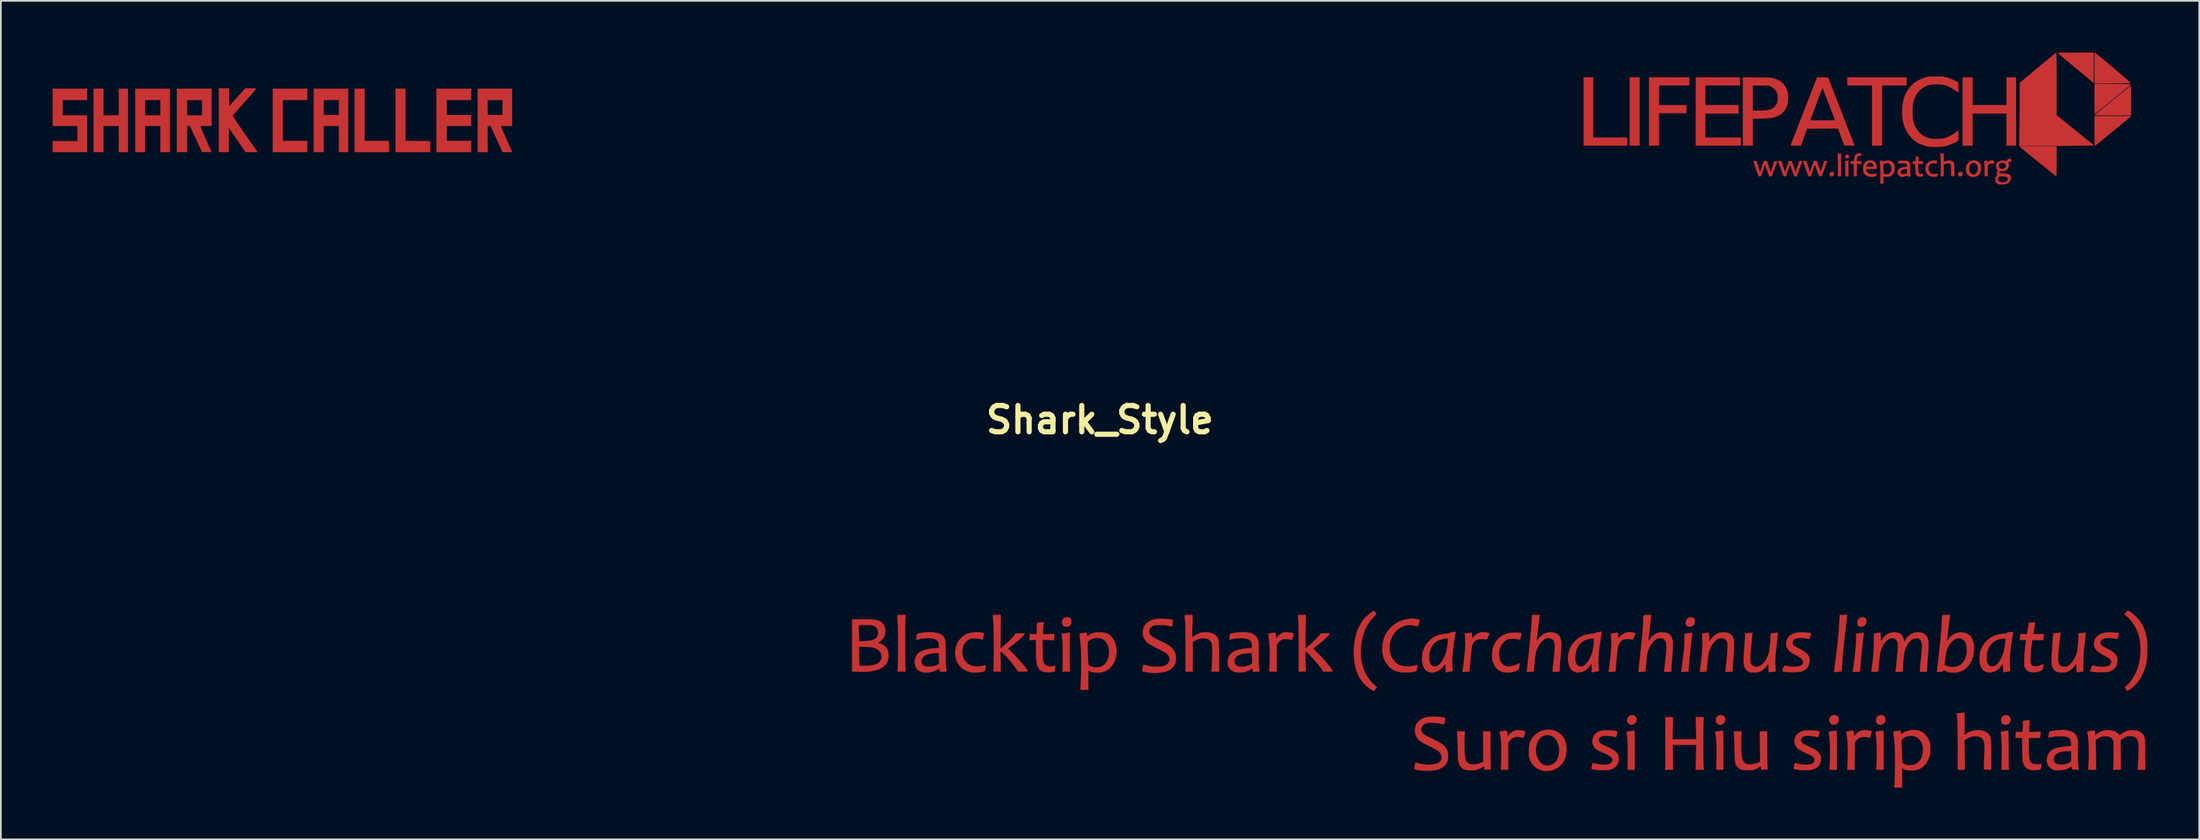
<source format=kicad_pcb>
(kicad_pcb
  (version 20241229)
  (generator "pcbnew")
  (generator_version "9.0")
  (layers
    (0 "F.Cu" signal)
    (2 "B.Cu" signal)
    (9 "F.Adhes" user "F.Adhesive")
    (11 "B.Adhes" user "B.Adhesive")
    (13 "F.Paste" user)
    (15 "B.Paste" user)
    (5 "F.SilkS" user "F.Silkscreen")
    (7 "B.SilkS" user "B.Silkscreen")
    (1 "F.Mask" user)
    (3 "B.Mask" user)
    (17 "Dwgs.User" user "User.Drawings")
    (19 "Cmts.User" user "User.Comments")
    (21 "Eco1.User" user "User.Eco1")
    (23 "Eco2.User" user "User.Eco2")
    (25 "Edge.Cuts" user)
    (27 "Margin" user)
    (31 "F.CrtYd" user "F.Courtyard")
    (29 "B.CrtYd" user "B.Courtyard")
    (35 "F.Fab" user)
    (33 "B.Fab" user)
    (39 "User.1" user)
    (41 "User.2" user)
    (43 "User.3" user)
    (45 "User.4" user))
  (footprint "Shark_Style"
    (layer "F.Cu")
    (at 60.711 21.317)
    (property "Reference" "Shark_Style" (at 0 0 0) (layer "F.SilkS") (effects (font (size 1.524 1.524) (thickness 0.3))))
    (attr through_hole)
    (fp_poly (pts (xy 31.284 -15.917) (xy 30.713 -15.917) (xy 30.713 -19.875) (xy 31.284 -19.875) (xy 31.284 -15.917)) (stroke (width 0.01) (type solid)) (fill yes) (layer "F.Cu"))
    (fp_poly (pts (xy -42.63 -16.192) (xy -41.212 -16.192) (xy -41.212 -15.536) (xy -43.201 -15.536) (xy -43.201 -19.219) (xy -42.63 -19.219) (xy -42.63 -16.192)) (stroke (width 0.01) (type solid)) (fill yes) (layer "F.Cu"))
    (fp_poly (pts (xy 28.596 -16.383) (xy 30.565 -16.383) (xy 30.565 -15.917) (xy 28.046 -15.917) (xy 28.046 -19.875) (xy 28.596 -19.875) (xy 28.596 -16.383)) (stroke (width 0.01) (type solid)) (fill yes) (layer "F.Cu"))
    (fp_poly (pts (xy -40.259 -16.193) (xy -38.83 -16.182) (xy -38.824 -15.859) (xy -38.819 -15.536) (xy -40.831 -15.536) (xy -40.831 -19.219) (xy -40.259 -19.219) (xy -40.259 -16.193)) (stroke (width 0.01) (type solid)) (fill yes) (layer "F.Cu"))
    (fp_poly (pts (xy -45.953 -18.563) (xy -47.371 -18.563) (xy -47.371 -16.192) (xy -45.953 -16.192) (xy -45.953 -15.536) (xy -47.943 -15.536) (xy -47.943 -19.219) (xy -45.953 -19.219) (xy -45.953 -18.563)) (stroke (width 0.01) (type solid)) (fill yes) (layer "F.Cu"))
    (fp_poly (pts (xy 46.757 -19.41) (xy 45.339 -19.41) (xy 45.339 -15.917) (xy 44.767 -15.917) (xy 44.767 -19.41) (xy 43.328 -19.41) (xy 43.328 -19.875) (xy 46.757 -19.875) (xy 46.757 -19.41)) (stroke (width 0.01) (type solid)) (fill yes) (layer "F.Cu"))
    (fp_poly (pts (xy 34.163 -19.41) (xy 32.406 -19.41) (xy 32.406 -18.267) (xy 33.994 -18.267) (xy 33.994 -17.801) (xy 32.406 -17.801) (xy 32.406 -15.917) (xy 31.835 -15.917) (xy 31.835 -19.875) (xy 34.163 -19.875) (xy 34.163 -19.41)) (stroke (width 0.01) (type solid)) (fill yes) (layer "F.Cu"))
    (fp_poly (pts (xy -58.716 -18.563) (xy -60.135 -18.563) (xy -60.135 -17.674) (xy -58.716 -17.674) (xy -58.716 -15.536) (xy -60.706 -15.536) (xy -60.706 -16.171) (xy -59.267 -16.171) (xy -59.267 -17.06) (xy -60.706 -17.06) (xy -60.706 -19.219) (xy -58.716 -19.219) (xy -58.716 -18.563)) (stroke (width 0.01) (type solid)) (fill yes) (layer "F.Cu"))
    (fp_poly (pts (xy -57.764 -17.674) (xy -56.875 -17.674) (xy -56.875 -19.219) (xy -56.346 -19.219) (xy -56.346 -15.536) (xy -56.875 -15.536) (xy -56.875 -17.06) (xy -57.764 -17.06) (xy -57.764 -15.536) (xy -58.335 -15.536) (xy -58.335 -19.219) (xy -57.764 -19.219) (xy -57.764 -17.674)) (stroke (width 0.01) (type solid)) (fill yes) (layer "F.Cu"))
    (fp_poly (pts (xy -36.449 -18.563) (xy -37.867 -18.563) (xy -37.867 -17.695) (xy -36.449 -17.695) (xy -36.449 -17.06) (xy -37.867 -17.06) (xy -37.867 -16.192) (xy -36.449 -16.192) (xy -36.449 -15.536) (xy -38.46 -15.536) (xy -38.46 -19.219) (xy -36.449 -19.219) (xy -36.449 -18.563)) (stroke (width 0.01) (type solid)) (fill yes) (layer "F.Cu"))
    (fp_poly (pts (xy 37.105 -19.41) (xy 35.094 -19.41) (xy 35.094 -18.267) (xy 37.02 -18.267) (xy 37.02 -17.78) (xy 35.094 -17.78) (xy 35.094 -16.383) (xy 37.148 -16.383) (xy 37.148 -15.917) (xy 34.544 -15.917) (xy 34.544 -19.875) (xy 37.105 -19.875) (xy 37.105 -19.41)) (stroke (width 0.01) (type solid)) (fill yes) (layer "F.Cu"))
    (fp_poly (pts (xy 50.588 -18.267) (xy 52.557 -18.267) (xy 52.557 -19.875) (xy 53.107 -19.875) (xy 53.107 -15.917) (xy 52.557 -15.917) (xy 52.557 -17.78) (xy 50.588 -17.78) (xy 50.588 -15.917) (xy 50.017 -15.917) (xy 50.017 -19.875) (xy 50.588 -19.875) (xy 50.588 -18.267)) (stroke (width 0.01) (type solid)) (fill yes) (layer "F.Cu"))
    (fp_poly (pts (xy -53.911 -15.536) (xy -54.462 -15.536) (xy -54.462 -17.06) (xy -55.351 -17.06) (xy -55.351 -15.536) (xy -55.922 -15.536) (xy -55.922 -18.563) (xy -55.351 -18.563) (xy -55.351 -17.674) (xy -54.462 -17.674) (xy -54.462 -18.563) (xy -55.351 -18.563) (xy -55.922 -18.563) (xy -55.922 -19.219) (xy -53.911 -19.219) (xy -53.911 -15.536)) (stroke (width 0.01) (type solid)) (fill yes) (layer "F.Cu"))
    (fp_poly (pts (xy -43.582 -15.536) (xy -44.111 -15.536) (xy -44.111 -17.06) (xy -45 -17.06) (xy -45 -15.536) (xy -45.572 -15.536) (xy -45.572 -18.563) (xy -45 -18.563) (xy -45 -17.695) (xy -44.111 -17.695) (xy -44.111 -18.563) (xy -45 -18.563) (xy -45.572 -18.563) (xy -45.572 -19.219) (xy -43.582 -19.219) (xy -43.582 -15.536)) (stroke (width 0.01) (type solid)) (fill yes) (layer "F.Cu"))
    (fp_poly (pts (xy 43.337 -15.402) (xy 43.368 -15.386) (xy 43.416 -15.341) (xy 43.433 -15.285) (xy 43.42 -15.232) (xy 43.381 -15.191) (xy 43.321 -15.177) (xy 43.265 -15.184) (xy 43.227 -15.202) (xy 43.227 -15.202) (xy 43.201 -15.253) (xy 43.207 -15.314) (xy 43.24 -15.368) (xy 43.257 -15.381) (xy 43.3 -15.404) (xy 43.337 -15.402)) (stroke (width 0.01) (type solid)) (fill yes) (layer "F.Cu"))
    (fp_poly (pts (xy 43.392 -14.139) (xy 43.205 -14.139) (xy 43.215 -14.42) (xy 43.218 -14.543) (xy 43.217 -14.667) (xy 43.213 -14.778) (xy 43.206 -14.859) (xy 43.196 -14.935) (xy 43.19 -14.992) (xy 43.188 -15.019) (xy 43.188 -15.02) (xy 43.208 -15.024) (xy 43.258 -15.031) (xy 43.291 -15.036) (xy 43.392 -15.049) (xy 43.392 -14.139)) (stroke (width 0.01) (type solid)) (fill yes) (layer "F.Cu"))
    (fp_poly (pts (xy 49.982 -14.368) (xy 49.99 -14.359) (xy 50.015 -14.295) (xy 50.006 -14.231) (xy 49.971 -14.176) (xy 49.916 -14.139) (xy 49.85 -14.13) (xy 49.811 -14.14) (xy 49.767 -14.178) (xy 49.747 -14.238) (xy 49.755 -14.305) (xy 49.766 -14.328) (xy 49.808 -14.369) (xy 49.869 -14.391) (xy 49.932 -14.391) (xy 49.982 -14.368)) (stroke (width 0.01) (type solid)) (fill yes) (layer "F.Cu"))
    (fp_poly (pts (xy 42.509 -14.381) (xy 42.517 -14.377) (xy 42.546 -14.337) (xy 42.556 -14.276) (xy 42.545 -14.215) (xy 42.54 -14.204) (xy 42.494 -14.157) (xy 42.43 -14.132) (xy 42.376 -14.135) (xy 42.325 -14.169) (xy 42.297 -14.227) (xy 42.294 -14.292) (xy 42.321 -14.349) (xy 42.33 -14.358) (xy 42.383 -14.384) (xy 42.45 -14.393) (xy 42.509 -14.381)) (stroke (width 0.01) (type solid)) (fill yes) (layer "F.Cu"))
    (fp_poly (pts (xy 42.966 -14.796) (xy 42.967 -14.139) (xy 42.781 -14.139) (xy 42.783 -14.748) (xy 42.783 -14.906) (xy 42.782 -15.053) (xy 42.78 -15.181) (xy 42.778 -15.286) (xy 42.774 -15.361) (xy 42.77 -15.401) (xy 42.77 -15.404) (xy 42.763 -15.432) (xy 42.775 -15.446) (xy 42.813 -15.451) (xy 42.86 -15.452) (xy 42.966 -15.452) (xy 42.966 -14.796)) (stroke (width 0.01) (type solid)) (fill yes) (layer "F.Cu"))
    (fp_poly (pts (xy 42.693 17.153) (xy 42.755 17.196) (xy 42.813 17.284) (xy 42.835 17.377) (xy 42.824 17.468) (xy 42.785 17.552) (xy 42.723 17.621) (xy 42.64 17.669) (xy 42.542 17.69) (xy 42.45 17.68) (xy 42.374 17.642) (xy 42.319 17.575) (xy 42.287 17.49) (xy 42.281 17.397) (xy 42.302 17.304) (xy 42.347 17.23) (xy 42.42 17.171) (xy 42.51 17.137) (xy 42.605 17.131) (xy 42.693 17.153)) (stroke (width 0.01) (type solid)) (fill yes) (layer "F.Cu"))
    (fp_poly (pts (xy 45.402 17.153) (xy 45.464 17.196) (xy 45.522 17.284) (xy 45.544 17.377) (xy 45.533 17.468) (xy 45.495 17.552) (xy 45.432 17.621) (xy 45.35 17.669) (xy 45.252 17.69) (xy 45.159 17.68) (xy 45.083 17.642) (xy 45.028 17.575) (xy 44.996 17.49) (xy 44.99 17.397) (xy 45.012 17.304) (xy 45.056 17.23) (xy 45.129 17.171) (xy 45.219 17.137) (xy 45.314 17.131) (xy 45.402 17.153)) (stroke (width 0.01) (type solid)) (fill yes) (layer "F.Cu"))
    (fp_poly (pts (xy 34.367 11.465) (xy 34.427 11.502) (xy 34.476 11.578) (xy 34.493 11.671) (xy 34.482 11.768) (xy 34.442 11.861) (xy 34.377 11.937) (xy 34.355 11.953) (xy 34.27 11.991) (xy 34.175 12.002) (xy 34.085 11.988) (xy 34.029 11.959) (xy 33.981 11.896) (xy 33.96 11.812) (xy 33.964 11.719) (xy 33.992 11.627) (xy 34.042 11.547) (xy 34.103 11.494) (xy 34.189 11.459) (xy 34.282 11.45) (xy 34.367 11.465)) (stroke (width 0.01) (type solid)) (fill yes) (layer "F.Cu"))
    (fp_poly (pts (xy 52.617 17.144) (xy 52.698 17.185) (xy 52.753 17.251) (xy 52.784 17.334) (xy 52.789 17.425) (xy 52.768 17.515) (xy 52.72 17.594) (xy 52.646 17.655) (xy 52.64 17.658) (xy 52.559 17.688) (xy 52.474 17.689) (xy 52.392 17.671) (xy 52.32 17.63) (xy 52.27 17.561) (xy 52.244 17.472) (xy 52.245 17.373) (xy 52.274 17.279) (xy 52.335 17.195) (xy 52.419 17.144) (xy 52.523 17.13) (xy 52.617 17.144)) (stroke (width 0.01) (type solid)) (fill yes) (layer "F.Cu"))
    (fp_poly (pts (xy -1.778 11.473) (xy -1.759 11.482) (xy -1.698 11.535) (xy -1.661 11.612) (xy -1.648 11.703) (xy -1.658 11.796) (xy -1.691 11.881) (xy -1.745 11.949) (xy -1.789 11.977) (xy -1.869 11.998) (xy -1.96 12.001) (xy -2.045 11.986) (xy -2.102 11.959) (xy -2.161 11.887) (xy -2.191 11.798) (xy -2.192 11.701) (xy -2.166 11.607) (xy -2.113 11.528) (xy -2.051 11.482) (xy -1.967 11.457) (xy -1.869 11.454) (xy -1.778 11.473)) (stroke (width 0.01) (type solid)) (fill yes) (layer "F.Cu"))
    (fp_poly (pts (xy 57.287 -21.311) (xy 57.415 -21.311) (xy 57.514 -21.31) (xy 57.58 -21.309) (xy 57.608 -21.308) (xy 57.609 -21.308) (xy 57.61 -21.286) (xy 57.611 -21.226) (xy 57.612 -21.132) (xy 57.612 -21.01) (xy 57.612 -20.863) (xy 57.612 -20.696) (xy 57.611 -20.514) (xy 57.611 -20.426) (xy 57.605 -19.552) (xy 56.56 -20.428) (xy 55.516 -21.304) (xy 56.558 -21.31) (xy 56.764 -21.311) (xy 56.957 -21.311) (xy 57.132 -21.312) (xy 57.287 -21.311)) (stroke (width 0.01) (type solid)) (fill yes) (layer "F.Cu"))
    (fp_poly (pts (xy 30.912 17.136) (xy 30.999 17.172) (xy 31.066 17.233) (xy 31.105 17.316) (xy 31.105 17.318) (xy 31.11 17.426) (xy 31.078 17.527) (xy 31.016 17.611) (xy 30.932 17.666) (xy 30.865 17.688) (xy 30.803 17.691) (xy 30.726 17.674) (xy 30.719 17.672) (xy 30.643 17.631) (xy 30.591 17.564) (xy 30.564 17.481) (xy 30.563 17.391) (xy 30.587 17.302) (xy 30.636 17.223) (xy 30.71 17.164) (xy 30.72 17.159) (xy 30.816 17.131) (xy 30.912 17.136)) (stroke (width 0.01) (type solid)) (fill yes) (layer "F.Cu"))
    (fp_poly (pts (xy 36.056 17.136) (xy 36.142 17.172) (xy 36.21 17.233) (xy 36.248 17.316) (xy 36.249 17.318) (xy 36.253 17.426) (xy 36.222 17.527) (xy 36.16 17.611) (xy 36.076 17.666) (xy 36.009 17.688) (xy 35.947 17.691) (xy 35.87 17.674) (xy 35.863 17.672) (xy 35.786 17.631) (xy 35.734 17.564) (xy 35.708 17.481) (xy 35.707 17.391) (xy 35.731 17.302) (xy 35.78 17.223) (xy 35.854 17.164) (xy 35.863 17.159) (xy 35.96 17.131) (xy 36.056 17.136)) (stroke (width 0.01) (type solid)) (fill yes) (layer "F.Cu"))
    (fp_poly (pts (xy 44.306 11.461) (xy 44.376 11.503) (xy 44.377 11.503) (xy 44.42 11.574) (xy 44.436 11.664) (xy 44.425 11.76) (xy 44.391 11.852) (xy 44.336 11.928) (xy 44.28 11.97) (xy 44.203 11.995) (xy 44.116 12.002) (xy 44.034 11.991) (xy 43.973 11.964) (xy 43.968 11.959) (xy 43.924 11.891) (xy 43.904 11.802) (xy 43.908 11.706) (xy 43.938 11.614) (xy 43.966 11.569) (xy 44.037 11.504) (xy 44.126 11.464) (xy 44.219 11.448) (xy 44.306 11.461)) (stroke (width 0.01) (type solid)) (fill yes) (layer "F.Cu"))
    (fp_poly (pts (xy 30.966 18.036) (xy 30.973 18.04) (xy 30.98 18.052) (xy 30.985 18.074) (xy 30.989 18.11) (xy 30.992 18.164) (xy 30.995 18.238) (xy 30.996 18.336) (xy 30.998 18.461) (xy 30.998 18.617) (xy 30.998 18.807) (xy 30.999 19.034) (xy 30.999 19.166) (xy 30.999 20.299) (xy 30.588 20.299) (xy 30.6 19.616) (xy 30.604 19.29) (xy 30.602 18.996) (xy 30.594 18.735) (xy 30.581 18.509) (xy 30.562 18.321) (xy 30.544 18.204) (xy 30.535 18.145) (xy 30.533 18.106) (xy 30.535 18.099) (xy 30.559 18.092) (xy 30.613 18.082) (xy 30.688 18.069) (xy 30.771 18.057) (xy 30.851 18.046) (xy 30.918 18.038) (xy 30.956 18.035) (xy 30.966 18.036)) (stroke (width 0.01) (type solid)) (fill yes) (layer "F.Cu"))
    (fp_poly (pts (xy 36.109 18.036) (xy 36.117 18.04) (xy 36.123 18.052) (xy 36.129 18.074) (xy 36.133 18.11) (xy 36.136 18.164) (xy 36.138 18.238) (xy 36.14 18.336) (xy 36.141 18.461) (xy 36.142 18.617) (xy 36.142 18.807) (xy 36.142 19.034) (xy 36.142 19.166) (xy 36.142 20.299) (xy 35.731 20.299) (xy 35.744 19.616) (xy 35.747 19.29) (xy 35.745 18.996) (xy 35.737 18.735) (xy 35.724 18.509) (xy 35.705 18.321) (xy 35.687 18.204) (xy 35.679 18.145) (xy 35.677 18.106) (xy 35.679 18.099) (xy 35.702 18.092) (xy 35.757 18.082) (xy 35.831 18.069) (xy 35.914 18.057) (xy 35.995 18.046) (xy 36.062 18.038) (xy 36.1 18.035) (xy 36.109 18.036)) (stroke (width 0.01) (type solid)) (fill yes) (layer "F.Cu"))
    (fp_poly (pts (xy 44.126 -15.454) (xy 44.146 -15.423) (xy 44.142 -15.381) (xy 44.128 -15.345) (xy 44.101 -15.329) (xy 44.046 -15.325) (xy 44.038 -15.325) (xy 43.971 -15.319) (xy 43.928 -15.295) (xy 43.902 -15.247) (xy 43.887 -15.167) (xy 43.884 -15.135) (xy 43.873 -15.007) (xy 44.133 -15.007) (xy 44.133 -14.859) (xy 43.879 -14.859) (xy 43.879 -14.139) (xy 43.709 -14.139) (xy 43.709 -14.859) (xy 43.614 -14.859) (xy 43.555 -14.861) (xy 43.528 -14.871) (xy 43.519 -14.9) (xy 43.519 -14.933) (xy 43.521 -14.979) (xy 43.535 -15) (xy 43.572 -15.007) (xy 43.613 -15.007) (xy 43.707 -15.007) (xy 43.719 -15.108) (xy 43.742 -15.242) (xy 43.775 -15.34) (xy 43.821 -15.406) (xy 43.885 -15.446) (xy 43.97 -15.465) (xy 43.989 -15.467) (xy 44.076 -15.468) (xy 44.126 -15.454)) (stroke (width 0.01) (type solid)) (fill yes) (layer "F.Cu"))
    (fp_poly (pts (xy 51.781 -15.045) (xy 51.83 -15.031) (xy 51.849 -15.003) (xy 51.846 -14.955) (xy 51.842 -14.942) (xy 51.829 -14.899) (xy 51.811 -14.879) (xy 51.774 -14.874) (xy 51.716 -14.877) (xy 51.627 -14.876) (xy 51.56 -14.859) (xy 51.511 -14.821) (xy 51.48 -14.757) (xy 51.463 -14.663) (xy 51.459 -14.535) (xy 51.461 -14.421) (xy 51.472 -14.139) (xy 51.287 -14.139) (xy 51.289 -14.452) (xy 51.288 -14.576) (xy 51.286 -14.697) (xy 51.282 -14.803) (xy 51.277 -14.882) (xy 51.275 -14.896) (xy 51.268 -14.968) (xy 51.269 -15.008) (xy 51.279 -15.025) (xy 51.3 -15.029) (xy 51.354 -15.034) (xy 51.385 -15.041) (xy 51.42 -15.041) (xy 51.44 -15.01) (xy 51.444 -14.997) (xy 51.458 -14.941) (xy 51.522 -14.995) (xy 51.575 -15.031) (xy 51.636 -15.047) (xy 51.696 -15.049) (xy 51.781 -15.045)) (stroke (width 0.01) (type solid)) (fill yes) (layer "F.Cu"))
    (fp_poly (pts (xy 58.966 -19.494) (xy 59.185 -19.493) (xy 59.372 -19.491) (xy 59.526 -19.489) (xy 59.644 -19.485) (xy 59.724 -19.481) (xy 59.766 -19.477) (xy 59.771 -19.474) (xy 59.754 -19.458) (xy 59.707 -19.417) (xy 59.634 -19.355) (xy 59.539 -19.275) (xy 59.424 -19.18) (xy 59.293 -19.071) (xy 59.15 -18.953) (xy 58.997 -18.828) (xy 58.839 -18.698) (xy 58.678 -18.566) (xy 58.518 -18.435) (xy 58.363 -18.309) (xy 58.215 -18.189) (xy 58.078 -18.078) (xy 57.956 -17.979) (xy 57.852 -17.895) (xy 57.768 -17.829) (xy 57.71 -17.783) (xy 57.679 -17.761) (xy 57.675 -17.759) (xy 57.671 -17.779) (xy 57.668 -17.838) (xy 57.665 -17.929) (xy 57.662 -18.05) (xy 57.66 -18.196) (xy 57.659 -18.362) (xy 57.658 -18.543) (xy 57.658 -18.627) (xy 57.658 -19.494) (xy 58.718 -19.494) (xy 58.966 -19.494)) (stroke (width 0.01) (type solid)) (fill yes) (layer "F.Cu"))
    (fp_poly (pts (xy -1.743 12.487) (xy -1.747 12.551) (xy -1.75 12.651) (xy -1.753 12.781) (xy -1.755 12.935) (xy -1.756 13.107) (xy -1.757 13.29) (xy -1.757 13.479) (xy -1.757 13.667) (xy -1.755 13.847) (xy -1.754 14.015) (xy -1.752 14.163) (xy -1.749 14.286) (xy -1.745 14.378) (xy -1.744 14.404) (xy -1.729 14.605) (xy -2.182 14.605) (xy -2.167 14.473) (xy -2.163 14.419) (xy -2.16 14.329) (xy -2.156 14.21) (xy -2.154 14.067) (xy -2.152 13.907) (xy -2.151 13.736) (xy -2.151 13.652) (xy -2.151 13.42) (xy -2.153 13.222) (xy -2.158 13.054) (xy -2.165 12.908) (xy -2.175 12.777) (xy -2.189 12.655) (xy -2.206 12.535) (xy -2.214 12.486) (xy -2.227 12.41) (xy -2.029 12.385) (xy -1.936 12.373) (xy -1.854 12.361) (xy -1.796 12.352) (xy -1.78 12.349) (xy -1.729 12.338) (xy -1.743 12.487)) (stroke (width 0.01) (type solid)) (fill yes) (layer "F.Cu"))
    (fp_poly (pts (xy 42.692 18.036) (xy 42.7 18.04) (xy 42.706 18.052) (xy 42.711 18.074) (xy 42.716 18.11) (xy 42.719 18.164) (xy 42.721 18.238) (xy 42.723 18.336) (xy 42.724 18.461) (xy 42.725 18.617) (xy 42.725 18.807) (xy 42.725 19.034) (xy 42.725 19.166) (xy 42.725 20.299) (xy 42.505 20.299) (xy 42.286 20.299) (xy 42.298 20.218) (xy 42.303 20.175) (xy 42.307 20.097) (xy 42.312 19.989) (xy 42.317 19.86) (xy 42.322 19.715) (xy 42.325 19.599) (xy 42.329 19.353) (xy 42.327 19.109) (xy 42.322 18.876) (xy 42.311 18.66) (xy 42.297 18.468) (xy 42.279 18.308) (xy 42.268 18.238) (xy 42.258 18.17) (xy 42.255 18.12) (xy 42.259 18.102) (xy 42.283 18.094) (xy 42.339 18.083) (xy 42.414 18.07) (xy 42.498 18.057) (xy 42.58 18.046) (xy 42.648 18.038) (xy 42.683 18.035) (xy 42.692 18.036)) (stroke (width 0.01) (type solid)) (fill yes) (layer "F.Cu"))
    (fp_poly (pts (xy 52.659 18.055) (xy 52.663 18.115) (xy 52.667 18.211) (xy 52.669 18.341) (xy 52.672 18.501) (xy 52.673 18.688) (xy 52.674 18.9) (xy 52.674 19.066) (xy 52.674 19.275) (xy 52.675 19.473) (xy 52.677 19.657) (xy 52.679 19.822) (xy 52.681 19.963) (xy 52.684 20.076) (xy 52.687 20.156) (xy 52.69 20.198) (xy 52.691 20.198) (xy 52.708 20.299) (xy 52.269 20.299) (xy 52.278 19.51) (xy 52.28 19.287) (xy 52.281 19.099) (xy 52.28 18.943) (xy 52.278 18.81) (xy 52.274 18.697) (xy 52.268 18.596) (xy 52.26 18.502) (xy 52.251 18.417) (xy 52.24 18.308) (xy 52.232 18.214) (xy 52.229 18.143) (xy 52.231 18.103) (xy 52.233 18.098) (xy 52.258 18.09) (xy 52.314 18.079) (xy 52.39 18.067) (xy 52.473 18.054) (xy 52.553 18.043) (xy 52.619 18.036) (xy 52.655 18.034) (xy 52.659 18.055)) (stroke (width 0.01) (type solid)) (fill yes) (layer "F.Cu"))
    (fp_poly (pts (xy 58.924 -17.632) (xy 59.117 -17.631) (xy 59.294 -17.63) (xy 59.449 -17.629) (xy 59.578 -17.628) (xy 59.678 -17.627) (xy 59.745 -17.625) (xy 59.774 -17.623) (xy 59.775 -17.623) (xy 59.759 -17.608) (xy 59.714 -17.57) (xy 59.642 -17.51) (xy 59.548 -17.432) (xy 59.434 -17.338) (xy 59.305 -17.231) (xy 59.163 -17.114) (xy 59.011 -16.99) (xy 58.853 -16.86) (xy 58.693 -16.729) (xy 58.534 -16.599) (xy 58.379 -16.472) (xy 58.231 -16.351) (xy 58.094 -16.239) (xy 57.971 -16.139) (xy 57.866 -16.054) (xy 57.781 -15.986) (xy 57.721 -15.938) (xy 57.689 -15.913) (xy 57.684 -15.91) (xy 57.678 -15.913) (xy 57.672 -15.936) (xy 57.668 -15.98) (xy 57.664 -16.05) (xy 57.662 -16.147) (xy 57.66 -16.276) (xy 57.659 -16.439) (xy 57.658 -16.64) (xy 57.658 -16.763) (xy 57.658 -17.632) (xy 58.716 -17.632) (xy 58.924 -17.632)) (stroke (width 0.01) (type solid)) (fill yes) (layer "F.Cu"))
    (fp_poly (pts (xy -11.277 11.599) (xy -11.281 11.695) (xy -11.284 11.828) (xy -11.287 11.992) (xy -11.289 12.182) (xy -11.29 12.391) (xy -11.291 12.613) (xy -11.292 12.844) (xy -11.292 13.078) (xy -11.291 13.308) (xy -11.29 13.53) (xy -11.288 13.737) (xy -11.286 13.924) (xy -11.283 14.085) (xy -11.279 14.214) (xy -11.277 14.282) (xy -11.261 14.605) (xy -11.73 14.605) (xy -11.712 14.208) (xy -11.707 14.054) (xy -11.702 13.871) (xy -11.699 13.665) (xy -11.697 13.442) (xy -11.697 13.208) (xy -11.697 12.969) (xy -11.698 12.731) (xy -11.701 12.501) (xy -11.704 12.283) (xy -11.708 12.085) (xy -11.713 11.912) (xy -11.719 11.77) (xy -11.725 11.678) (xy -11.734 11.563) (xy -11.741 11.465) (xy -11.745 11.39) (xy -11.746 11.345) (xy -11.745 11.336) (xy -11.722 11.332) (xy -11.665 11.328) (xy -11.584 11.324) (xy -11.499 11.321) (xy -11.261 11.313) (xy -11.277 11.599)) (stroke (width 0.01) (type solid)) (fill yes) (layer "F.Cu"))
    (fp_poly (pts (xy 34.995 17.415) (xy 34.991 17.472) (xy 34.988 17.566) (xy 34.985 17.693) (xy 34.983 17.848) (xy 34.981 18.025) (xy 34.98 18.22) (xy 34.979 18.428) (xy 34.979 18.643) (xy 34.979 18.862) (xy 34.979 19.079) (xy 34.98 19.288) (xy 34.981 19.486) (xy 34.983 19.668) (xy 34.985 19.827) (xy 34.988 19.96) (xy 34.991 20.062) (xy 34.994 20.127) (xy 34.995 20.135) (xy 35.011 20.299) (xy 34.538 20.299) (xy 34.554 19.579) (xy 34.57 18.86) (xy 33.205 18.86) (xy 33.215 19.579) (xy 33.225 20.299) (xy 33.001 20.299) (xy 32.777 20.299) (xy 32.777 17.251) (xy 33.003 17.251) (xy 33.229 17.251) (xy 33.22 17.552) (xy 33.216 17.689) (xy 33.211 17.85) (xy 33.207 18.016) (xy 33.202 18.17) (xy 33.201 18.198) (xy 33.192 18.542) (xy 34.572 18.542) (xy 34.558 17.896) (xy 34.544 17.251) (xy 35.011 17.251) (xy 34.995 17.415)) (stroke (width 0.01) (type solid)) (fill yes) (layer "F.Cu"))
    (fp_poly (pts (xy 45.401 18.036) (xy 45.409 18.04) (xy 45.415 18.052) (xy 45.421 18.074) (xy 45.425 18.11) (xy 45.428 18.164) (xy 45.43 18.238) (xy 45.432 18.336) (xy 45.433 18.461) (xy 45.434 18.617) (xy 45.434 18.807) (xy 45.434 19.034) (xy 45.434 19.166) (xy 45.434 20.299) (xy 45.216 20.299) (xy 44.998 20.299) (xy 45.015 20.167) (xy 45.018 20.113) (xy 45.022 20.024) (xy 45.025 19.905) (xy 45.027 19.762) (xy 45.029 19.6) (xy 45.03 19.428) (xy 45.03 19.315) (xy 45.029 19.092) (xy 45.027 18.905) (xy 45.023 18.751) (xy 45.018 18.622) (xy 45.011 18.513) (xy 45.003 18.42) (xy 44.994 18.353) (xy 44.981 18.256) (xy 44.972 18.176) (xy 44.968 18.121) (xy 44.97 18.1) (xy 44.994 18.093) (xy 45.049 18.082) (xy 45.123 18.07) (xy 45.207 18.057) (xy 45.288 18.046) (xy 45.355 18.038) (xy 45.392 18.035) (xy 45.401 18.036)) (stroke (width 0.01) (type solid)) (fill yes) (layer "F.Cu"))
    (fp_poly (pts (xy 55.457 -15.007) (xy 55.456 -14.82) (xy 55.455 -14.647) (xy 55.454 -14.492) (xy 55.451 -14.36) (xy 55.449 -14.255) (xy 55.446 -14.181) (xy 55.442 -14.144) (xy 55.441 -14.14) (xy 55.422 -14.153) (xy 55.373 -14.191) (xy 55.297 -14.25) (xy 55.197 -14.33) (xy 55.076 -14.427) (xy 54.936 -14.54) (xy 54.78 -14.666) (xy 54.611 -14.802) (xy 54.433 -14.947) (xy 54.409 -14.967) (xy 54.228 -15.114) (xy 54.056 -15.254) (xy 53.896 -15.384) (xy 53.751 -15.503) (xy 53.624 -15.608) (xy 53.517 -15.695) (xy 53.435 -15.763) (xy 53.378 -15.81) (xy 53.352 -15.833) (xy 53.351 -15.834) (xy 53.343 -15.843) (xy 53.339 -15.851) (xy 53.345 -15.857) (xy 53.362 -15.862) (xy 53.395 -15.866) (xy 53.446 -15.869) (xy 53.519 -15.872) (xy 53.617 -15.873) (xy 53.744 -15.874) (xy 53.902 -15.875) (xy 54.095 -15.875) (xy 54.327 -15.875) (xy 55.457 -15.875) (xy 55.457 -15.007)) (stroke (width 0.01) (type solid)) (fill yes) (layer "F.Cu"))
    (fp_poly (pts (xy 59.754 -19.389) (xy 59.76 -19.376) (xy 59.765 -19.349) (xy 59.769 -19.303) (xy 59.771 -19.235) (xy 59.773 -19.141) (xy 59.774 -19.018) (xy 59.774 -18.862) (xy 59.775 -18.669) (xy 59.775 -18.545) (xy 59.775 -17.674) (xy 58.712 -17.674) (xy 58.495 -17.675) (xy 58.296 -17.676) (xy 58.119 -17.677) (xy 57.966 -17.679) (xy 57.841 -17.682) (xy 57.747 -17.685) (xy 57.689 -17.689) (xy 57.669 -17.692) (xy 57.67 -17.693) (xy 57.689 -17.709) (xy 57.739 -17.75) (xy 57.815 -17.812) (xy 57.916 -17.895) (xy 58.038 -17.995) (xy 58.178 -18.11) (xy 58.334 -18.237) (xy 58.503 -18.375) (xy 58.681 -18.52) (xy 58.695 -18.532) (xy 58.875 -18.678) (xy 59.045 -18.817) (xy 59.204 -18.947) (xy 59.347 -19.064) (xy 59.473 -19.167) (xy 59.578 -19.253) (xy 59.658 -19.319) (xy 59.713 -19.363) (xy 59.737 -19.384) (xy 59.738 -19.384) (xy 59.747 -19.39) (xy 59.754 -19.389)) (stroke (width 0.01) (type solid)) (fill yes) (layer "F.Cu"))
    (fp_poly (pts (xy -51.498 -17.06) (xy -51.827 -17.06) (xy -51.939 -17.059) (xy -52.035 -17.057) (xy -52.107 -17.053) (xy -52.148 -17.047) (xy -52.155 -17.044) (xy -52.146 -17.022) (xy -52.123 -16.965) (xy -52.086 -16.878) (xy -52.038 -16.766) (xy -51.979 -16.632) (xy -51.913 -16.48) (xy -51.841 -16.316) (xy -51.829 -16.288) (xy -51.503 -15.547) (xy -51.768 -15.541) (xy -51.869 -15.539) (xy -51.954 -15.539) (xy -52.015 -15.541) (xy -52.042 -15.543) (xy -52.042 -15.544) (xy -52.053 -15.564) (xy -52.079 -15.619) (xy -52.119 -15.704) (xy -52.171 -15.815) (xy -52.233 -15.947) (xy -52.303 -16.097) (xy -52.379 -16.26) (xy -52.398 -16.301) (xy -52.745 -17.05) (xy -52.917 -17.063) (xy -52.917 -15.536) (xy -53.509 -15.536) (xy -53.509 -18.563) (xy -52.917 -18.563) (xy -52.917 -17.674) (xy -52.049 -17.674) (xy -52.049 -18.563) (xy -52.917 -18.563) (xy -53.509 -18.563) (xy -53.509 -19.219) (xy -51.498 -19.219) (xy -51.498 -17.06)) (stroke (width 0.01) (type solid)) (fill yes) (layer "F.Cu"))
    (fp_poly (pts (xy -34.078 -17.06) (xy -34.406 -17.06) (xy -34.519 -17.06) (xy -34.615 -17.058) (xy -34.687 -17.056) (xy -34.728 -17.053) (xy -34.734 -17.051) (xy -34.726 -17.03) (xy -34.703 -16.975) (xy -34.666 -16.89) (xy -34.618 -16.779) (xy -34.56 -16.646) (xy -34.494 -16.496) (xy -34.422 -16.333) (xy -34.415 -16.316) (xy -34.342 -16.151) (xy -34.275 -15.998) (xy -34.215 -15.861) (xy -34.164 -15.745) (xy -34.124 -15.653) (xy -34.097 -15.591) (xy -34.085 -15.563) (xy -34.084 -15.563) (xy -34.09 -15.551) (xy -34.119 -15.544) (xy -34.179 -15.539) (xy -34.272 -15.537) (xy -34.347 -15.536) (xy -34.619 -15.536) (xy -34.968 -16.293) (xy -35.317 -17.05) (xy -35.496 -17.063) (xy -35.496 -15.536) (xy -36.068 -15.536) (xy -36.068 -18.563) (xy -35.496 -18.563) (xy -35.496 -17.695) (xy -34.629 -17.695) (xy -34.629 -18.563) (xy -35.496 -18.563) (xy -36.068 -18.563) (xy -36.068 -19.219) (xy -34.078 -19.219) (xy -34.078 -17.06)) (stroke (width 0.01) (type solid)) (fill yes) (layer "F.Cu"))
    (fp_poly (pts (xy 44.266 12.345) (xy 44.272 12.354) (xy 44.275 12.374) (xy 44.275 12.409) (xy 44.271 12.464) (xy 44.264 12.542) (xy 44.253 12.647) (xy 44.237 12.783) (xy 44.217 12.954) (xy 44.196 13.134) (xy 44.177 13.3) (xy 44.158 13.474) (xy 44.141 13.644) (xy 44.126 13.799) (xy 44.115 13.928) (xy 44.113 13.959) (xy 44.103 14.087) (xy 44.094 14.216) (xy 44.085 14.332) (xy 44.079 14.422) (xy 44.077 14.438) (xy 44.065 14.6) (xy 43.969 14.613) (xy 43.888 14.621) (xy 43.795 14.626) (xy 43.757 14.626) (xy 43.642 14.626) (xy 43.654 14.547) (xy 43.694 14.274) (xy 43.731 13.998) (xy 43.763 13.724) (xy 43.79 13.46) (xy 43.812 13.213) (xy 43.827 12.99) (xy 43.835 12.798) (xy 43.836 12.718) (xy 43.836 12.408) (xy 44.021 12.383) (xy 44.11 12.37) (xy 44.185 12.359) (xy 44.236 12.349) (xy 44.246 12.347) (xy 44.257 12.344) (xy 44.266 12.345)) (stroke (width 0.01) (type solid)) (fill yes) (layer "F.Cu"))
    (fp_poly (pts (xy 57.688 -21.308) (xy 57.709 -21.293) (xy 57.759 -21.252) (xy 57.836 -21.189) (xy 57.937 -21.105) (xy 58.059 -21.004) (xy 58.2 -20.886) (xy 58.355 -20.756) (xy 58.524 -20.614) (xy 58.702 -20.464) (xy 58.751 -20.422) (xy 58.96 -20.245) (xy 59.139 -20.093) (xy 59.289 -19.965) (xy 59.414 -19.858) (xy 59.514 -19.771) (xy 59.593 -19.701) (xy 59.652 -19.647) (xy 59.693 -19.606) (xy 59.719 -19.578) (xy 59.732 -19.559) (xy 59.734 -19.548) (xy 59.726 -19.543) (xy 59.721 -19.543) (xy 59.688 -19.542) (xy 59.616 -19.541) (xy 59.512 -19.539) (xy 59.378 -19.538) (xy 59.22 -19.536) (xy 59.042 -19.535) (xy 58.848 -19.533) (xy 58.658 -19.532) (xy 57.658 -19.526) (xy 57.658 -20.423) (xy 57.658 -20.644) (xy 57.659 -20.827) (xy 57.66 -20.974) (xy 57.662 -21.089) (xy 57.664 -21.176) (xy 57.668 -21.238) (xy 57.672 -21.278) (xy 57.678 -21.3) (xy 57.684 -21.308) (xy 57.688 -21.308)) (stroke (width 0.01) (type solid)) (fill yes) (layer "F.Cu"))
    (fp_poly (pts (xy 47.452 -15.146) (xy 47.443 -15.007) (xy 47.71 -15.007) (xy 47.71 -14.859) (xy 47.43 -14.859) (xy 47.438 -14.607) (xy 47.444 -14.478) (xy 47.455 -14.385) (xy 47.474 -14.323) (xy 47.505 -14.287) (xy 47.551 -14.271) (xy 47.615 -14.269) (xy 47.63 -14.27) (xy 47.692 -14.272) (xy 47.722 -14.264) (xy 47.731 -14.244) (xy 47.731 -14.238) (xy 47.721 -14.176) (xy 47.688 -14.138) (xy 47.624 -14.121) (xy 47.566 -14.119) (xy 47.488 -14.125) (xy 47.419 -14.139) (xy 47.389 -14.15) (xy 47.351 -14.179) (xy 47.323 -14.223) (xy 47.302 -14.287) (xy 47.286 -14.379) (xy 47.276 -14.503) (xy 47.271 -14.589) (xy 47.259 -14.859) (xy 47.188 -14.859) (xy 47.14 -14.862) (xy 47.121 -14.882) (xy 47.117 -14.929) (xy 47.117 -14.933) (xy 47.12 -14.981) (xy 47.136 -15.002) (xy 47.177 -15.007) (xy 47.201 -15.007) (xy 47.284 -15.007) (xy 47.291 -15.139) (xy 47.297 -15.272) (xy 47.461 -15.285) (xy 47.452 -15.146)) (stroke (width 0.01) (type solid)) (fill yes) (layer "F.Cu"))
    (fp_poly (pts (xy 48.489 -15.044) (xy 48.522 -15.032) (xy 48.523 -15.031) (xy 48.528 -14.998) (xy 48.522 -14.946) (xy 48.522 -14.946) (xy 48.509 -14.88) (xy 48.378 -14.893) (xy 48.253 -14.892) (xy 48.158 -14.86) (xy 48.089 -14.796) (xy 48.047 -14.7) (xy 48.034 -14.629) (xy 48.04 -14.518) (xy 48.08 -14.414) (xy 48.149 -14.331) (xy 48.181 -14.306) (xy 48.224 -14.284) (xy 48.27 -14.273) (xy 48.333 -14.27) (xy 48.415 -14.274) (xy 48.58 -14.284) (xy 48.566 -14.217) (xy 48.542 -14.153) (xy 48.501 -14.123) (xy 48.469 -14.118) (xy 48.423 -14.115) (xy 48.374 -14.109) (xy 48.313 -14.108) (xy 48.24 -14.116) (xy 48.225 -14.118) (xy 48.087 -14.164) (xy 47.981 -14.238) (xy 47.908 -14.339) (xy 47.867 -14.467) (xy 47.858 -14.578) (xy 47.877 -14.721) (xy 47.931 -14.845) (xy 48.018 -14.944) (xy 48.134 -15.015) (xy 48.138 -15.017) (xy 48.193 -15.032) (xy 48.268 -15.043) (xy 48.35 -15.049) (xy 48.428 -15.049) (xy 48.489 -15.044)) (stroke (width 0.01) (type solid)) (fill yes) (layer "F.Cu"))
    (fp_poly (pts (xy 48.916 -15.208) (xy 48.917 -15.112) (xy 48.918 -15.034) (xy 48.92 -14.982) (xy 48.922 -14.965) (xy 48.943 -14.974) (xy 48.988 -14.995) (xy 49.011 -15.007) (xy 49.1 -15.037) (xy 49.206 -15.049) (xy 49.311 -15.044) (xy 49.398 -15.02) (xy 49.406 -15.016) (xy 49.448 -14.989) (xy 49.479 -14.953) (xy 49.502 -14.901) (xy 49.517 -14.829) (xy 49.525 -14.73) (xy 49.529 -14.599) (xy 49.53 -14.489) (xy 49.53 -14.139) (xy 49.44 -14.139) (xy 49.35 -14.139) (xy 49.35 -14.479) (xy 49.35 -14.606) (xy 49.349 -14.698) (xy 49.346 -14.76) (xy 49.34 -14.801) (xy 49.33 -14.827) (xy 49.315 -14.845) (xy 49.297 -14.86) (xy 49.221 -14.893) (xy 49.127 -14.897) (xy 49.027 -14.871) (xy 49 -14.859) (xy 48.916 -14.816) (xy 48.916 -14.139) (xy 48.747 -14.139) (xy 48.747 -14.653) (xy 48.746 -14.805) (xy 48.744 -14.953) (xy 48.742 -15.086) (xy 48.739 -15.198) (xy 48.735 -15.28) (xy 48.733 -15.309) (xy 48.72 -15.452) (xy 48.916 -15.452) (xy 48.916 -15.208)) (stroke (width 0.01) (type solid)) (fill yes) (layer "F.Cu"))
    (fp_poly (pts (xy 55.441 -21.292) (xy 55.444 -21.232) (xy 55.446 -21.134) (xy 55.449 -21) (xy 55.451 -20.832) (xy 55.453 -20.633) (xy 55.455 -20.404) (xy 55.456 -20.147) (xy 55.456 -19.865) (xy 55.457 -19.56) (xy 55.457 -19.502) (xy 55.457 -17.685) (xy 56.542 -16.806) (xy 57.626 -15.928) (xy 56.843 -15.915) (xy 56.676 -15.913) (xy 56.473 -15.91) (xy 56.242 -15.908) (xy 55.988 -15.906) (xy 55.718 -15.904) (xy 55.44 -15.902) (xy 55.16 -15.901) (xy 54.885 -15.9) (xy 54.675 -15.899) (xy 53.291 -15.896) (xy 53.305 -16.471) (xy 53.308 -16.603) (xy 53.31 -16.771) (xy 53.312 -16.969) (xy 53.314 -17.19) (xy 53.316 -17.428) (xy 53.317 -17.677) (xy 53.318 -17.931) (xy 53.319 -18.183) (xy 53.319 -18.302) (xy 53.319 -19.559) (xy 54.368 -20.432) (xy 54.551 -20.583) (xy 54.723 -20.726) (xy 54.884 -20.859) (xy 55.029 -20.979) (xy 55.157 -21.084) (xy 55.264 -21.172) (xy 55.348 -21.24) (xy 55.406 -21.287) (xy 55.435 -21.31) (xy 55.437 -21.311) (xy 55.441 -21.292)) (stroke (width 0.01) (type solid)) (fill yes) (layer "F.Cu"))
    (fp_poly (pts (xy 43.311 11.305) (xy 43.316 11.315) (xy 43.318 11.338) (xy 43.317 11.376) (xy 43.312 11.433) (xy 43.303 11.513) (xy 43.291 11.62) (xy 43.274 11.757) (xy 43.253 11.929) (xy 43.228 12.137) (xy 43.221 12.192) (xy 43.187 12.475) (xy 43.154 12.765) (xy 43.124 13.055) (xy 43.096 13.339) (xy 43.07 13.609) (xy 43.049 13.858) (xy 43.033 14.081) (xy 43.021 14.27) (xy 43.019 14.301) (xy 43.005 14.6) (xy 42.833 14.615) (xy 42.746 14.623) (xy 42.67 14.632) (xy 42.62 14.639) (xy 42.614 14.64) (xy 42.581 14.643) (xy 42.568 14.623) (xy 42.566 14.581) (xy 42.569 14.539) (xy 42.577 14.463) (xy 42.59 14.359) (xy 42.605 14.236) (xy 42.624 14.1) (xy 42.629 14.061) (xy 42.687 13.625) (xy 42.74 13.189) (xy 42.785 12.762) (xy 42.823 12.351) (xy 42.853 11.965) (xy 42.874 11.615) (xy 42.888 11.324) (xy 43.06 11.324) (xy 43.148 11.322) (xy 43.223 11.318) (xy 43.274 11.312) (xy 43.28 11.311) (xy 43.292 11.307) (xy 43.303 11.304) (xy 43.311 11.305)) (stroke (width 0.01) (type solid)) (fill yes) (layer "F.Cu"))
    (fp_poly (pts (xy 34.32 12.351) (xy 34.327 12.367) (xy 34.33 12.399) (xy 34.328 12.45) (xy 34.323 12.524) (xy 34.313 12.625) (xy 34.298 12.758) (xy 34.278 12.925) (xy 34.259 13.081) (xy 34.237 13.267) (xy 34.215 13.468) (xy 34.195 13.671) (xy 34.177 13.864) (xy 34.162 14.036) (xy 34.155 14.136) (xy 34.145 14.27) (xy 34.136 14.389) (xy 34.127 14.487) (xy 34.12 14.557) (xy 34.115 14.594) (xy 34.113 14.598) (xy 34.089 14.604) (xy 34.033 14.61) (xy 33.953 14.617) (xy 33.898 14.62) (xy 33.693 14.633) (xy 33.705 14.571) (xy 33.714 14.519) (xy 33.726 14.433) (xy 33.742 14.318) (xy 33.76 14.184) (xy 33.779 14.036) (xy 33.798 13.882) (xy 33.817 13.729) (xy 33.834 13.585) (xy 33.849 13.456) (xy 33.86 13.35) (xy 33.866 13.293) (xy 33.874 13.177) (xy 33.881 13.036) (xy 33.886 12.886) (xy 33.888 12.745) (xy 33.888 12.729) (xy 33.888 12.408) (xy 34.073 12.383) (xy 34.161 12.371) (xy 34.236 12.359) (xy 34.286 12.35) (xy 34.295 12.348) (xy 34.309 12.346) (xy 34.32 12.351)) (stroke (width 0.01) (type solid)) (fill yes) (layer "F.Cu"))
    (fp_poly (pts (xy -50.478 -18.723) (xy -50.472 -18.205) (xy -50.006 -18.722) (xy -49.541 -19.24) (xy -49.215 -19.24) (xy -49.092 -19.24) (xy -49.005 -19.239) (xy -48.95 -19.236) (xy -48.92 -19.231) (xy -48.91 -19.222) (xy -48.914 -19.21) (xy -48.919 -19.203) (xy -48.938 -19.18) (xy -48.983 -19.129) (xy -49.05 -19.052) (xy -49.136 -18.954) (xy -49.238 -18.838) (xy -49.354 -18.706) (xy -49.48 -18.563) (xy -49.592 -18.436) (xy -49.724 -18.286) (xy -49.849 -18.144) (xy -49.962 -18.015) (xy -50.062 -17.902) (xy -50.145 -17.807) (xy -50.209 -17.735) (xy -50.25 -17.689) (xy -50.264 -17.672) (xy -50.266 -17.66) (xy -50.259 -17.637) (xy -50.242 -17.602) (xy -50.214 -17.552) (xy -50.173 -17.486) (xy -50.12 -17.403) (xy -50.052 -17.299) (xy -49.968 -17.175) (xy -49.868 -17.028) (xy -49.75 -16.856) (xy -49.613 -16.658) (xy -49.456 -16.433) (xy -49.278 -16.177) (xy -49.077 -15.891) (xy -48.869 -15.595) (xy -48.829 -15.536) (xy -49.522 -15.536) (xy -50.007 -16.245) (xy -50.493 -16.953) (xy -50.504 -15.536) (xy -51.075 -15.536) (xy -51.075 -19.241) (xy -50.483 -19.241) (xy -50.478 -18.723)) (stroke (width 0.01) (type solid)) (fill yes) (layer "F.Cu"))
    (fp_poly (pts (xy 50.796 -15.043) (xy 50.907 -14.991) (xy 50.998 -14.907) (xy 51.033 -14.856) (xy 51.062 -14.796) (xy 51.078 -14.736) (xy 51.085 -14.659) (xy 51.085 -14.605) (xy 51.069 -14.448) (xy 51.022 -14.319) (xy 50.946 -14.218) (xy 50.843 -14.148) (xy 50.715 -14.111) (xy 50.665 -14.106) (xy 50.584 -14.105) (xy 50.509 -14.111) (xy 50.471 -14.118) (xy 50.399 -14.156) (xy 50.325 -14.22) (xy 50.263 -14.295) (xy 50.236 -14.345) (xy 50.221 -14.402) (xy 50.211 -14.483) (xy 50.207 -14.558) (xy 50.21 -14.582) (xy 50.39 -14.582) (xy 50.405 -14.465) (xy 50.444 -14.368) (xy 50.502 -14.295) (xy 50.573 -14.248) (xy 50.652 -14.233) (xy 50.734 -14.253) (xy 50.797 -14.296) (xy 50.859 -14.379) (xy 50.896 -14.486) (xy 50.904 -14.604) (xy 50.882 -14.722) (xy 50.865 -14.766) (xy 50.808 -14.857) (xy 50.735 -14.908) (xy 50.659 -14.922) (xy 50.558 -14.904) (xy 50.479 -14.851) (xy 50.423 -14.766) (xy 50.394 -14.653) (xy 50.39 -14.582) (xy 50.21 -14.582) (xy 50.224 -14.712) (xy 50.275 -14.842) (xy 50.359 -14.945) (xy 50.428 -14.996) (xy 50.548 -15.048) (xy 50.674 -15.063) (xy 50.796 -15.043)) (stroke (width 0.01) (type solid)) (fill yes) (layer "F.Cu"))
    (fp_poly (pts (xy 15.916 11.099) (xy 15.951 11.141) (xy 15.975 11.178) (xy 16.03 11.275) (xy 15.863 11.443) (xy 15.664 11.67) (xy 15.497 11.922) (xy 15.36 12.2) (xy 15.253 12.506) (xy 15.176 12.841) (xy 15.131 13.175) (xy 15.116 13.524) (xy 15.139 13.86) (xy 15.199 14.181) (xy 15.296 14.485) (xy 15.428 14.771) (xy 15.595 15.034) (xy 15.797 15.275) (xy 15.881 15.359) (xy 16.06 15.528) (xy 15.976 15.627) (xy 15.928 15.68) (xy 15.888 15.715) (xy 15.868 15.726) (xy 15.839 15.715) (xy 15.785 15.688) (xy 15.715 15.649) (xy 15.696 15.638) (xy 15.529 15.52) (xy 15.365 15.368) (xy 15.212 15.192) (xy 15.077 15.001) (xy 14.992 14.848) (xy 14.888 14.601) (xy 14.807 14.325) (xy 14.751 14.026) (xy 14.721 13.711) (xy 14.718 13.388) (xy 14.728 13.202) (xy 14.765 12.874) (xy 14.82 12.579) (xy 14.896 12.31) (xy 14.994 12.061) (xy 15.117 11.828) (xy 15.18 11.726) (xy 15.246 11.635) (xy 15.33 11.536) (xy 15.426 11.435) (xy 15.528 11.337) (xy 15.629 11.248) (xy 15.724 11.173) (xy 15.806 11.118) (xy 15.87 11.087) (xy 15.889 11.083) (xy 15.916 11.099)) (stroke (width 0.01) (type solid)) (fill yes) (layer "F.Cu"))
    (fp_poly (pts (xy 44.402 18.002) (xy 44.499 18.017) (xy 44.591 18.034) (xy 44.667 18.052) (xy 44.719 18.067) (xy 44.736 18.077) (xy 44.735 18.103) (xy 44.725 18.157) (xy 44.708 18.229) (xy 44.688 18.305) (xy 44.667 18.374) (xy 44.65 18.425) (xy 44.64 18.443) (xy 44.613 18.447) (xy 44.559 18.439) (xy 44.503 18.425) (xy 44.341 18.396) (xy 44.187 18.404) (xy 44.047 18.446) (xy 43.925 18.521) (xy 43.837 18.616) (xy 43.762 18.72) (xy 43.75 20.299) (xy 43.324 20.299) (xy 43.34 19.955) (xy 43.352 19.63) (xy 43.357 19.324) (xy 43.354 19.043) (xy 43.345 18.79) (xy 43.328 18.571) (xy 43.31 18.426) (xy 43.294 18.317) (xy 43.28 18.223) (xy 43.27 18.151) (xy 43.265 18.111) (xy 43.265 18.105) (xy 43.284 18.091) (xy 43.337 18.075) (xy 43.413 18.06) (xy 43.424 18.058) (xy 43.532 18.042) (xy 43.605 18.035) (xy 43.651 18.038) (xy 43.677 18.055) (xy 43.69 18.087) (xy 43.697 18.139) (xy 43.699 18.156) (xy 43.71 18.25) (xy 43.721 18.306) (xy 43.735 18.329) (xy 43.754 18.322) (xy 43.784 18.29) (xy 43.797 18.274) (xy 43.917 18.151) (xy 44.054 18.063) (xy 44.201 18.011) (xy 44.354 17.998) (xy 44.402 18.002)) (stroke (width 0.01) (type solid)) (fill yes) (layer "F.Cu"))
    (fp_poly (pts (xy 40.22 -14.699) (xy 40.336 -14.368) (xy 40.422 -14.64) (xy 40.455 -14.746) (xy 40.485 -14.842) (xy 40.508 -14.918) (xy 40.521 -14.966) (xy 40.522 -14.97) (xy 40.536 -15.008) (xy 40.563 -15.025) (xy 40.619 -15.028) (xy 40.619 -15.028) (xy 40.677 -15.023) (xy 40.701 -15.007) (xy 40.703 -14.995) (xy 40.696 -14.965) (xy 40.676 -14.903) (xy 40.644 -14.815) (xy 40.604 -14.708) (xy 40.559 -14.588) (xy 40.555 -14.579) (xy 40.509 -14.459) (xy 40.469 -14.351) (xy 40.437 -14.263) (xy 40.416 -14.2) (xy 40.407 -14.169) (xy 40.407 -14.168) (xy 40.388 -14.147) (xy 40.329 -14.14) (xy 40.328 -14.14) (xy 40.248 -14.14) (xy 40.134 -14.462) (xy 40.095 -14.572) (xy 40.06 -14.668) (xy 40.031 -14.743) (xy 40.012 -14.789) (xy 40.007 -14.8) (xy 39.996 -14.787) (xy 39.975 -14.739) (xy 39.946 -14.663) (xy 39.911 -14.565) (xy 39.881 -14.478) (xy 39.769 -14.139) (xy 39.632 -14.139) (xy 39.492 -14.526) (xy 39.448 -14.65) (xy 39.407 -14.763) (xy 39.374 -14.859) (xy 39.35 -14.93) (xy 39.338 -14.969) (xy 39.338 -14.97) (xy 39.331 -15.006) (xy 39.342 -15.023) (xy 39.38 -15.028) (xy 39.415 -15.028) (xy 39.508 -15.028) (xy 39.718 -14.362) (xy 39.829 -14.69) (xy 39.939 -15.018) (xy 40.104 -15.03) (xy 40.22 -14.699)) (stroke (width 0.01) (type solid)) (fill yes) (layer "F.Cu"))
    (fp_poly (pts (xy 24.313 18.008) (xy 24.409 18.018) (xy 24.501 18.032) (xy 24.579 18.049) (xy 24.632 18.067) (xy 24.65 18.079) (xy 24.65 18.107) (xy 24.64 18.162) (xy 24.623 18.234) (xy 24.602 18.31) (xy 24.581 18.379) (xy 24.563 18.428) (xy 24.554 18.443) (xy 24.526 18.447) (xy 24.472 18.439) (xy 24.425 18.427) (xy 24.26 18.396) (xy 24.106 18.401) (xy 23.966 18.441) (xy 23.846 18.514) (xy 23.75 18.619) (xy 23.721 18.666) (xy 23.664 18.77) (xy 23.664 20.299) (xy 23.238 20.299) (xy 23.255 20.04) (xy 23.259 19.944) (xy 23.264 19.815) (xy 23.267 19.664) (xy 23.269 19.499) (xy 23.27 19.33) (xy 23.271 19.23) (xy 23.27 19.044) (xy 23.267 18.89) (xy 23.263 18.759) (xy 23.255 18.641) (xy 23.243 18.526) (xy 23.227 18.405) (xy 23.205 18.268) (xy 23.186 18.159) (xy 23.173 18.082) (xy 23.335 18.058) (xy 23.443 18.043) (xy 23.516 18.035) (xy 23.563 18.037) (xy 23.589 18.051) (xy 23.602 18.078) (xy 23.61 18.12) (xy 23.611 18.124) (xy 23.623 18.2) (xy 23.634 18.271) (xy 23.636 18.282) (xy 23.648 18.35) (xy 23.749 18.239) (xy 23.821 18.17) (xy 23.903 18.105) (xy 23.964 18.066) (xy 24.037 18.03) (xy 24.104 18.011) (xy 24.184 18.004) (xy 24.225 18.004) (xy 24.313 18.008)) (stroke (width 0.01) (type solid)) (fill yes) (layer "F.Cu"))
    (fp_poly (pts (xy 37.971 -15.024) (xy 38.06 -15.018) (xy 38.167 -14.693) (xy 38.273 -14.368) (xy 38.492 -15.027) (xy 38.576 -15.028) (xy 38.661 -15.028) (xy 38.776 -14.692) (xy 38.892 -14.355) (xy 38.962 -14.581) (xy 38.994 -14.685) (xy 39.024 -14.787) (xy 39.049 -14.871) (xy 39.06 -14.912) (xy 39.079 -14.974) (xy 39.098 -15.006) (xy 39.131 -15.019) (xy 39.179 -15.024) (xy 39.235 -15.027) (xy 39.259 -15.02) (xy 39.26 -14.995) (xy 39.255 -14.971) (xy 39.242 -14.933) (xy 39.218 -14.862) (xy 39.183 -14.768) (xy 39.142 -14.657) (xy 39.105 -14.563) (xy 39.061 -14.447) (xy 39.021 -14.343) (xy 38.989 -14.258) (xy 38.968 -14.2) (xy 38.959 -14.176) (xy 38.933 -14.148) (xy 38.876 -14.139) (xy 38.803 -14.139) (xy 38.681 -14.478) (xy 38.641 -14.589) (xy 38.606 -14.685) (xy 38.578 -14.759) (xy 38.559 -14.805) (xy 38.553 -14.817) (xy 38.545 -14.798) (xy 38.526 -14.745) (xy 38.498 -14.665) (xy 38.464 -14.565) (xy 38.435 -14.478) (xy 38.323 -14.139) (xy 38.243 -14.139) (xy 38.186 -14.145) (xy 38.164 -14.164) (xy 38.163 -14.171) (xy 38.156 -14.201) (xy 38.137 -14.263) (xy 38.108 -14.35) (xy 38.071 -14.456) (xy 38.036 -14.551) (xy 37.993 -14.67) (xy 37.955 -14.779) (xy 37.924 -14.871) (xy 37.903 -14.937) (xy 37.896 -14.965) (xy 37.882 -15.031) (xy 37.971 -15.024)) (stroke (width 0.01) (type solid)) (fill yes) (layer "F.Cu"))
    (fp_poly (pts (xy 37.178 18.568) (xy 37.174 18.857) (xy 37.178 19.117) (xy 37.19 19.345) (xy 37.21 19.539) (xy 37.237 19.687) (xy 37.283 19.808) (xy 37.361 19.899) (xy 37.468 19.961) (xy 37.542 19.983) (xy 37.69 19.996) (xy 37.852 19.983) (xy 38.015 19.944) (xy 38.139 19.894) (xy 38.274 19.828) (xy 38.266 18.952) (xy 38.258 18.076) (xy 38.684 18.076) (xy 38.683 18.897) (xy 38.683 19.093) (xy 38.684 19.288) (xy 38.685 19.476) (xy 38.686 19.648) (xy 38.688 19.799) (xy 38.69 19.92) (xy 38.693 20.003) (xy 38.703 20.288) (xy 38.337 20.3) (xy 38.322 20.195) (xy 38.308 20.089) (xy 38.198 20.162) (xy 38.075 20.235) (xy 37.954 20.284) (xy 37.821 20.315) (xy 37.665 20.331) (xy 37.592 20.334) (xy 37.45 20.334) (xy 37.336 20.326) (xy 37.255 20.313) (xy 37.253 20.312) (xy 37.132 20.269) (xy 37.039 20.214) (xy 36.959 20.138) (xy 36.951 20.13) (xy 36.916 20.085) (xy 36.886 20.041) (xy 36.862 19.991) (xy 36.843 19.932) (xy 36.828 19.859) (xy 36.816 19.768) (xy 36.807 19.653) (xy 36.8 19.511) (xy 36.794 19.337) (xy 36.789 19.126) (xy 36.787 19.061) (xy 36.783 18.882) (xy 36.778 18.711) (xy 36.773 18.555) (xy 36.768 18.419) (xy 36.763 18.309) (xy 36.758 18.232) (xy 36.755 18.198) (xy 36.74 18.076) (xy 37.192 18.076) (xy 37.178 18.568)) (stroke (width 0.01) (type solid)) (fill yes) (layer "F.Cu"))
    (fp_poly (pts (xy 38.084 -19.87) (xy 38.294 -19.868) (xy 38.466 -19.866) (xy 38.605 -19.863) (xy 38.717 -19.86) (xy 38.805 -19.855) (xy 38.875 -19.85) (xy 38.932 -19.844) (xy 38.98 -19.835) (xy 39.025 -19.825) (xy 39.056 -19.817) (xy 39.275 -19.739) (xy 39.462 -19.634) (xy 39.615 -19.504) (xy 39.735 -19.346) (xy 39.823 -19.163) (xy 39.877 -18.953) (xy 39.898 -18.716) (xy 39.899 -18.672) (xy 39.881 -18.436) (xy 39.829 -18.223) (xy 39.744 -18.036) (xy 39.627 -17.875) (xy 39.478 -17.742) (xy 39.298 -17.637) (xy 39.088 -17.561) (xy 39.074 -17.558) (xy 38.951 -17.533) (xy 38.792 -17.513) (xy 38.603 -17.497) (xy 38.393 -17.488) (xy 38.167 -17.484) (xy 38.158 -17.484) (xy 37.846 -17.484) (xy 37.846 -15.917) (xy 37.275 -15.917) (xy 37.275 -17.949) (xy 37.846 -17.949) (xy 38.223 -17.949) (xy 38.356 -17.951) (xy 38.483 -17.954) (xy 38.596 -17.96) (xy 38.683 -17.967) (xy 38.725 -17.972) (xy 38.894 -18.023) (xy 39.039 -18.105) (xy 39.157 -18.218) (xy 39.244 -18.357) (xy 39.246 -18.362) (xy 39.274 -18.455) (xy 39.291 -18.574) (xy 39.296 -18.705) (xy 39.289 -18.833) (xy 39.269 -18.942) (xy 39.268 -18.946) (xy 39.206 -19.085) (xy 39.108 -19.205) (xy 38.977 -19.303) (xy 38.938 -19.325) (xy 38.792 -19.399) (xy 37.846 -19.413) (xy 37.846 -17.949) (xy 37.275 -17.949) (xy 37.275 -19.879) (xy 38.084 -19.87)) (stroke (width 0.01) (type solid)) (fill yes) (layer "F.Cu"))
    (fp_poly (pts (xy 59.734 11.153) (xy 59.856 11.237) (xy 59.988 11.349) (xy 60.119 11.477) (xy 60.239 11.612) (xy 60.339 11.743) (xy 60.385 11.817) (xy 60.514 12.077) (xy 60.612 12.349) (xy 60.681 12.642) (xy 60.708 12.816) (xy 60.717 12.922) (xy 60.722 13.059) (xy 60.724 13.217) (xy 60.722 13.386) (xy 60.717 13.557) (xy 60.709 13.72) (xy 60.698 13.865) (xy 60.685 13.981) (xy 60.678 14.023) (xy 60.597 14.355) (xy 60.488 14.661) (xy 60.352 14.938) (xy 60.19 15.185) (xy 60.002 15.4) (xy 59.79 15.582) (xy 59.706 15.64) (xy 59.64 15.682) (xy 59.585 15.713) (xy 59.554 15.727) (xy 59.553 15.727) (xy 59.531 15.71) (xy 59.499 15.666) (xy 59.473 15.623) (xy 59.414 15.519) (xy 59.53 15.42) (xy 59.688 15.263) (xy 59.835 15.071) (xy 59.969 14.851) (xy 60.085 14.61) (xy 60.18 14.356) (xy 60.21 14.252) (xy 60.264 14.022) (xy 60.3 13.79) (xy 60.32 13.544) (xy 60.325 13.324) (xy 60.316 13.045) (xy 60.288 12.794) (xy 60.239 12.561) (xy 60.166 12.335) (xy 60.094 12.162) (xy 60.016 12.009) (xy 59.917 11.85) (xy 59.805 11.695) (xy 59.688 11.553) (xy 59.573 11.434) (xy 59.493 11.366) (xy 59.44 11.324) (xy 59.404 11.292) (xy 59.394 11.279) (xy 59.407 11.257) (xy 59.441 11.214) (xy 59.486 11.163) (xy 59.578 11.061) (xy 59.734 11.153)) (stroke (width 0.01) (type solid)) (fill yes) (layer "F.Cu"))
    (fp_poly (pts (xy 21.137 18.494) (xy 21.131 18.696) (xy 21.131 18.9) (xy 21.135 19.097) (xy 21.144 19.282) (xy 21.157 19.447) (xy 21.175 19.586) (xy 21.196 19.69) (xy 21.2 19.706) (xy 21.253 19.825) (xy 21.331 19.91) (xy 21.438 19.966) (xy 21.5 19.983) (xy 21.644 19.997) (xy 21.804 19.983) (xy 21.965 19.946) (xy 22.095 19.895) (xy 22.229 19.829) (xy 22.222 18.953) (xy 22.214 18.076) (xy 22.638 18.076) (xy 22.643 19.024) (xy 22.645 19.226) (xy 22.646 19.422) (xy 22.648 19.604) (xy 22.649 19.768) (xy 22.651 19.909) (xy 22.652 20.021) (xy 22.653 20.1) (xy 22.654 20.13) (xy 22.659 20.288) (xy 22.293 20.3) (xy 22.278 20.193) (xy 22.263 20.085) (xy 22.191 20.141) (xy 22.083 20.208) (xy 21.948 20.268) (xy 21.812 20.312) (xy 21.724 20.328) (xy 21.609 20.336) (xy 21.482 20.338) (xy 21.359 20.333) (xy 21.255 20.321) (xy 21.209 20.311) (xy 21.066 20.257) (xy 20.956 20.182) (xy 20.873 20.079) (xy 20.811 19.942) (xy 20.805 19.923) (xy 20.792 19.883) (xy 20.782 19.841) (xy 20.774 19.794) (xy 20.767 19.736) (xy 20.762 19.662) (xy 20.757 19.568) (xy 20.753 19.449) (xy 20.749 19.299) (xy 20.744 19.114) (xy 20.742 19.018) (xy 20.738 18.839) (xy 20.734 18.669) (xy 20.729 18.515) (xy 20.724 18.382) (xy 20.719 18.276) (xy 20.714 18.201) (xy 20.711 18.166) (xy 20.696 18.076) (xy 21.156 18.076) (xy 21.137 18.494)) (stroke (width 0.01) (type solid)) (fill yes) (layer "F.Cu"))
    (fp_poly (pts (xy -6.859 12.341) (xy -6.844 12.344) (xy -6.769 12.36) (xy -6.73 12.376) (xy -6.718 12.394) (xy -6.719 12.402) (xy -6.727 12.438) (xy -6.738 12.503) (xy -6.751 12.584) (xy -6.753 12.596) (xy -6.778 12.757) (xy -6.919 12.716) (xy -7.036 12.691) (xy -7.166 12.677) (xy -7.296 12.674) (xy -7.415 12.682) (xy -7.508 12.702) (xy -7.525 12.708) (xy -7.679 12.795) (xy -7.803 12.91) (xy -7.895 13.052) (xy -7.954 13.219) (xy -7.979 13.409) (xy -7.98 13.456) (xy -7.961 13.655) (xy -7.908 13.832) (xy -7.82 13.986) (xy -7.699 14.114) (xy -7.545 14.216) (xy -7.514 14.232) (xy -7.361 14.283) (xy -7.184 14.308) (xy -6.993 14.303) (xy -6.8 14.271) (xy -6.625 14.23) (xy -6.626 14.317) (xy -6.631 14.399) (xy -6.642 14.482) (xy -6.643 14.488) (xy -6.655 14.539) (xy -6.678 14.571) (xy -6.722 14.596) (xy -6.763 14.612) (xy -6.839 14.632) (xy -6.946 14.647) (xy -7.07 14.658) (xy -7.201 14.662) (xy -7.324 14.661) (xy -7.43 14.652) (xy -7.459 14.648) (xy -7.678 14.589) (xy -7.87 14.499) (xy -8.035 14.376) (xy -8.163 14.235) (xy -8.26 14.09) (xy -8.327 13.941) (xy -8.37 13.775) (xy -8.385 13.675) (xy -8.393 13.452) (xy -8.363 13.235) (xy -8.298 13.031) (xy -8.199 12.843) (xy -8.069 12.676) (xy -7.911 12.536) (xy -7.788 12.458) (xy -7.635 12.393) (xy -7.454 12.348) (xy -7.257 12.323) (xy -7.055 12.321) (xy -6.859 12.341)) (stroke (width 0.01) (type solid)) (fill yes) (layer "F.Cu"))
    (fp_poly (pts (xy -3.267 11.835) (xy -3.273 11.893) (xy -3.281 11.982) (xy -3.288 12.087) (xy -3.294 12.181) (xy -3.307 12.435) (xy -2.646 12.422) (xy -2.646 12.787) (xy -3.327 12.757) (xy -3.319 13.348) (xy -3.316 13.526) (xy -3.313 13.668) (xy -3.309 13.779) (xy -3.304 13.864) (xy -3.298 13.929) (xy -3.289 13.98) (xy -3.279 14.022) (xy -3.269 14.053) (xy -3.214 14.164) (xy -3.139 14.24) (xy -3.039 14.286) (xy -2.934 14.303) (xy -2.842 14.305) (xy -2.749 14.299) (xy -2.697 14.289) (xy -2.638 14.276) (xy -2.599 14.271) (xy -2.591 14.272) (xy -2.589 14.296) (xy -2.591 14.35) (xy -2.597 14.424) (xy -2.598 14.435) (xy -2.614 14.59) (xy -2.709 14.618) (xy -2.813 14.638) (xy -2.94 14.646) (xy -3.075 14.643) (xy -3.202 14.63) (xy -3.302 14.606) (xy -3.424 14.544) (xy -3.507 14.472) (xy -3.556 14.412) (xy -3.596 14.342) (xy -3.629 14.259) (xy -3.655 14.158) (xy -3.675 14.035) (xy -3.689 13.886) (xy -3.698 13.706) (xy -3.703 13.492) (xy -3.704 13.274) (xy -3.704 12.758) (xy -4.091 12.788) (xy -4.078 12.72) (xy -4.07 12.659) (xy -4.065 12.579) (xy -4.064 12.536) (xy -4.064 12.42) (xy -3.667 12.437) (xy -3.658 12.114) (xy -3.654 12.002) (xy -3.65 11.905) (xy -3.646 11.832) (xy -3.642 11.79) (xy -3.64 11.782) (xy -3.616 11.776) (xy -3.56 11.769) (xy -3.481 11.761) (xy -3.442 11.757) (xy -3.254 11.742) (xy -3.267 11.835)) (stroke (width 0.01) (type solid)) (fill yes) (layer "F.Cu"))
    (fp_poly (pts (xy 53.878 17.769) (xy 53.863 18.122) (xy 54.525 18.091) (xy 54.525 18.195) (xy 54.522 18.277) (xy 54.515 18.357) (xy 54.512 18.378) (xy 54.499 18.457) (xy 53.848 18.457) (xy 53.848 19.002) (xy 53.85 19.208) (xy 53.853 19.377) (xy 53.86 19.513) (xy 53.87 19.62) (xy 53.885 19.705) (xy 53.904 19.771) (xy 53.929 19.822) (xy 53.948 19.85) (xy 54.028 19.923) (xy 54.139 19.969) (xy 54.277 19.987) (xy 54.44 19.976) (xy 54.457 19.974) (xy 54.568 19.956) (xy 54.568 20.051) (xy 54.564 20.152) (xy 54.552 20.22) (xy 54.527 20.262) (xy 54.487 20.288) (xy 54.465 20.296) (xy 54.367 20.316) (xy 54.245 20.328) (xy 54.119 20.33) (xy 54.007 20.323) (xy 53.98 20.319) (xy 53.828 20.276) (xy 53.707 20.204) (xy 53.613 20.102) (xy 53.542 19.965) (xy 53.528 19.923) (xy 53.514 19.881) (xy 53.504 19.838) (xy 53.495 19.79) (xy 53.489 19.732) (xy 53.484 19.658) (xy 53.48 19.563) (xy 53.477 19.441) (xy 53.474 19.286) (xy 53.472 19.119) (xy 53.463 18.457) (xy 53.086 18.457) (xy 53.086 18.357) (xy 53.089 18.276) (xy 53.097 18.197) (xy 53.099 18.178) (xy 53.112 18.101) (xy 53.297 18.113) (xy 53.482 18.125) (xy 53.495 17.991) (xy 53.502 17.906) (xy 53.507 17.799) (xy 53.509 17.689) (xy 53.509 17.662) (xy 53.509 17.465) (xy 53.61 17.452) (xy 53.695 17.442) (xy 53.782 17.431) (xy 53.802 17.428) (xy 53.893 17.417) (xy 53.878 17.769)) (stroke (width 0.01) (type solid)) (fill yes) (layer "F.Cu"))
    (fp_poly (pts (xy 42.131 -15.028) (xy 42.147 -15.02) (xy 42.152 -15.001) (xy 42.146 -14.966) (xy 42.128 -14.909) (xy 42.097 -14.827) (xy 42.053 -14.713) (xy 42.006 -14.594) (xy 41.961 -14.478) (xy 41.921 -14.372) (xy 41.889 -14.284) (xy 41.867 -14.221) (xy 41.86 -14.196) (xy 41.845 -14.157) (xy 41.817 -14.142) (xy 41.769 -14.143) (xy 41.693 -14.15) (xy 41.57 -14.489) (xy 41.525 -14.611) (xy 41.492 -14.699) (xy 41.468 -14.755) (xy 41.451 -14.784) (xy 41.439 -14.791) (xy 41.43 -14.78) (xy 41.427 -14.774) (xy 41.413 -14.735) (xy 41.39 -14.665) (xy 41.36 -14.572) (xy 41.326 -14.466) (xy 41.314 -14.431) (xy 41.222 -14.14) (xy 41.148 -14.14) (xy 41.074 -14.14) (xy 40.982 -14.399) (xy 40.916 -14.587) (xy 40.863 -14.737) (xy 40.822 -14.853) (xy 40.794 -14.936) (xy 40.776 -14.99) (xy 40.768 -15.016) (xy 40.767 -15.019) (xy 40.786 -15.025) (xy 40.833 -15.028) (xy 40.858 -15.028) (xy 40.949 -15.028) (xy 41.056 -14.7) (xy 41.163 -14.371) (xy 41.277 -14.7) (xy 41.391 -15.028) (xy 41.561 -15.027) (xy 41.665 -14.71) (xy 41.702 -14.602) (xy 41.734 -14.51) (xy 41.76 -14.441) (xy 41.777 -14.4) (xy 41.782 -14.393) (xy 41.792 -14.412) (xy 41.811 -14.463) (xy 41.836 -14.538) (xy 41.865 -14.627) (xy 41.896 -14.723) (xy 41.924 -14.817) (xy 41.949 -14.9) (xy 41.966 -14.963) (xy 41.974 -14.999) (xy 41.974 -15.002) (xy 41.994 -15.02) (xy 42.053 -15.028) (xy 42.07 -15.028) (xy 42.105 -15.029) (xy 42.131 -15.028)) (stroke (width 0.01) (type solid)) (fill yes) (layer "F.Cu"))
    (fp_poly (pts (xy 22.422 12.338) (xy 22.435 12.34) (xy 22.514 12.355) (xy 22.559 12.369) (xy 22.576 12.385) (xy 22.575 12.4) (xy 22.545 12.487) (xy 22.511 12.574) (xy 22.476 12.652) (xy 22.446 12.711) (xy 22.424 12.744) (xy 22.417 12.747) (xy 22.275 12.724) (xy 22.129 12.717) (xy 21.993 12.727) (xy 21.878 12.752) (xy 21.824 12.773) (xy 21.74 12.835) (xy 21.663 12.924) (xy 21.603 13.026) (xy 21.581 13.085) (xy 21.566 13.154) (xy 21.55 13.257) (xy 21.532 13.396) (xy 21.513 13.572) (xy 21.492 13.787) (xy 21.469 14.042) (xy 21.453 14.221) (xy 21.443 14.342) (xy 21.433 14.446) (xy 21.424 14.529) (xy 21.417 14.582) (xy 21.413 14.598) (xy 21.389 14.604) (xy 21.333 14.61) (xy 21.255 14.617) (xy 21.212 14.62) (xy 21.02 14.632) (xy 21.03 14.56) (xy 21.048 14.435) (xy 21.067 14.28) (xy 21.088 14.106) (xy 21.109 13.922) (xy 21.129 13.739) (xy 21.147 13.568) (xy 21.161 13.419) (xy 21.171 13.303) (xy 21.183 13.107) (xy 21.185 12.931) (xy 21.177 12.755) (xy 21.173 12.7) (xy 21.165 12.595) (xy 21.159 12.506) (xy 21.155 12.442) (xy 21.155 12.41) (xy 21.155 12.408) (xy 21.176 12.403) (xy 21.228 12.393) (xy 21.299 12.38) (xy 21.378 12.367) (xy 21.454 12.354) (xy 21.515 12.345) (xy 21.551 12.341) (xy 21.553 12.341) (xy 21.56 12.36) (xy 21.566 12.412) (xy 21.569 12.486) (xy 21.569 12.513) (xy 21.569 12.685) (xy 21.696 12.557) (xy 21.822 12.447) (xy 21.95 12.372) (xy 22.087 12.33) (xy 22.242 12.32) (xy 22.422 12.338)) (stroke (width 0.01) (type solid)) (fill yes) (layer "F.Cu"))
    (fp_poly (pts (xy 5.348 12.624) (xy 5.434 12.557) (xy 5.543 12.484) (xy 5.676 12.417) (xy 5.812 12.363) (xy 5.904 12.338) (xy 5.999 12.327) (xy 6.118 12.324) (xy 6.246 12.329) (xy 6.364 12.341) (xy 6.458 12.36) (xy 6.46 12.36) (xy 6.552 12.4) (xy 6.648 12.46) (xy 6.734 12.529) (xy 6.789 12.593) (xy 6.815 12.634) (xy 6.837 12.675) (xy 6.854 12.72) (xy 6.868 12.774) (xy 6.879 12.841) (xy 6.888 12.925) (xy 6.894 13.03) (xy 6.899 13.161) (xy 6.902 13.322) (xy 6.904 13.517) (xy 6.905 13.742) (xy 6.911 14.605) (xy 6.691 14.605) (xy 6.471 14.605) (xy 6.485 14.409) (xy 6.489 14.331) (xy 6.494 14.22) (xy 6.499 14.084) (xy 6.505 13.933) (xy 6.509 13.774) (xy 6.512 13.684) (xy 6.516 13.471) (xy 6.515 13.295) (xy 6.509 13.153) (xy 6.496 13.039) (xy 6.475 12.949) (xy 6.445 12.878) (xy 6.405 12.823) (xy 6.353 12.778) (xy 6.289 12.739) (xy 6.269 12.728) (xy 6.135 12.684) (xy 5.982 12.671) (xy 5.82 12.688) (xy 5.656 12.736) (xy 5.503 12.811) (xy 5.387 12.88) (xy 5.376 14.605) (xy 4.964 14.605) (xy 4.963 13.224) (xy 4.963 12.887) (xy 4.961 12.591) (xy 4.959 12.335) (xy 4.956 12.116) (xy 4.953 11.934) (xy 4.948 11.787) (xy 4.943 11.674) (xy 4.936 11.592) (xy 4.936 11.591) (xy 4.926 11.493) (xy 4.919 11.412) (xy 4.915 11.356) (xy 4.915 11.334) (xy 4.915 11.334) (xy 4.938 11.331) (xy 4.993 11.328) (xy 5.073 11.324) (xy 5.148 11.321) (xy 5.374 11.313) (xy 5.348 12.624)) (stroke (width 0.01) (type solid)) (fill yes) (layer "F.Cu"))
    (fp_poly (pts (xy 10.904 12.329) (xy 10.994 12.34) (xy 11.081 12.354) (xy 11.158 12.37) (xy 11.214 12.385) (xy 11.239 12.399) (xy 11.239 12.401) (xy 11.233 12.428) (xy 11.218 12.483) (xy 11.198 12.554) (xy 11.175 12.63) (xy 11.153 12.7) (xy 11.136 12.753) (xy 11.127 12.777) (xy 11.127 12.778) (xy 11.104 12.776) (xy 11.056 12.762) (xy 11.026 12.751) (xy 10.928 12.728) (xy 10.811 12.718) (xy 10.693 12.722) (xy 10.591 12.739) (xy 10.551 12.752) (xy 10.444 12.816) (xy 10.348 12.908) (xy 10.285 13.001) (xy 10.274 13.024) (xy 10.266 13.051) (xy 10.259 13.085) (xy 10.254 13.133) (xy 10.25 13.197) (xy 10.248 13.283) (xy 10.246 13.395) (xy 10.245 13.538) (xy 10.245 13.715) (xy 10.245 13.842) (xy 10.245 14.605) (xy 9.816 14.605) (xy 9.831 14.292) (xy 9.843 13.975) (xy 9.848 13.672) (xy 9.846 13.39) (xy 9.836 13.133) (xy 9.82 12.908) (xy 9.8 12.736) (xy 9.785 12.625) (xy 9.773 12.53) (xy 9.766 12.458) (xy 9.765 12.416) (xy 9.766 12.409) (xy 9.791 12.401) (xy 9.845 12.39) (xy 9.918 12.377) (xy 9.999 12.364) (xy 10.075 12.354) (xy 10.136 12.347) (xy 10.17 12.345) (xy 10.173 12.346) (xy 10.178 12.369) (xy 10.186 12.423) (xy 10.193 12.497) (xy 10.194 12.505) (xy 10.202 12.579) (xy 10.21 12.634) (xy 10.216 12.657) (xy 10.216 12.658) (xy 10.234 12.644) (xy 10.274 12.606) (xy 10.328 12.553) (xy 10.346 12.535) (xy 10.453 12.438) (xy 10.554 12.374) (xy 10.661 12.337) (xy 10.761 12.323) (xy 10.823 12.323) (xy 10.904 12.329)) (stroke (width 0.01) (type solid)) (fill yes) (layer "F.Cu"))
    (fp_poly (pts (xy 24.219 12.348) (xy 24.314 12.354) (xy 24.386 12.363) (xy 24.427 12.375) (xy 24.43 12.378) (xy 24.436 12.412) (xy 24.426 12.484) (xy 24.404 12.576) (xy 24.382 12.656) (xy 24.365 12.718) (xy 24.355 12.753) (xy 24.354 12.757) (xy 24.333 12.755) (xy 24.283 12.745) (xy 24.216 12.73) (xy 24.104 12.711) (xy 23.979 12.701) (xy 23.855 12.699) (xy 23.746 12.707) (xy 23.67 12.723) (xy 23.53 12.789) (xy 23.403 12.892) (xy 23.296 13.023) (xy 23.234 13.133) (xy 23.177 13.277) (xy 23.146 13.422) (xy 23.138 13.582) (xy 23.141 13.665) (xy 23.166 13.844) (xy 23.217 13.998) (xy 23.291 14.125) (xy 23.386 14.22) (xy 23.501 14.28) (xy 23.515 14.285) (xy 23.666 14.309) (xy 23.834 14.299) (xy 24.014 14.256) (xy 24.197 14.18) (xy 24.201 14.178) (xy 24.265 14.148) (xy 24.314 14.129) (xy 24.335 14.126) (xy 24.34 14.154) (xy 24.334 14.211) (xy 24.322 14.284) (xy 24.306 14.361) (xy 24.287 14.43) (xy 24.269 14.479) (xy 24.259 14.493) (xy 24.142 14.563) (xy 23.997 14.616) (xy 23.832 14.651) (xy 23.658 14.666) (xy 23.486 14.66) (xy 23.393 14.646) (xy 23.231 14.593) (xy 23.086 14.504) (xy 22.961 14.381) (xy 22.86 14.227) (xy 22.784 14.047) (xy 22.765 13.981) (xy 22.741 13.839) (xy 22.732 13.673) (xy 22.738 13.5) (xy 22.758 13.337) (xy 22.782 13.233) (xy 22.865 13.019) (xy 22.981 12.829) (xy 23.128 12.666) (xy 23.301 12.533) (xy 23.499 12.432) (xy 23.707 12.37) (xy 23.784 12.358) (xy 23.883 12.35) (xy 23.994 12.346) (xy 24.109 12.345) (xy 24.219 12.348)) (stroke (width 0.01) (type solid)) (fill yes) (layer "F.Cu"))
    (fp_poly (pts (xy 46.674 -15.038) (xy 46.748 -15.036) (xy 46.797 -15.03) (xy 46.831 -15.019) (xy 46.857 -15.001) (xy 46.874 -14.986) (xy 46.917 -14.938) (xy 46.947 -14.893) (xy 46.948 -14.889) (xy 46.954 -14.854) (xy 46.96 -14.785) (xy 46.965 -14.689) (xy 46.969 -14.575) (xy 46.972 -14.487) (xy 46.978 -14.129) (xy 46.9 -14.122) (xy 46.847 -14.121) (xy 46.825 -14.134) (xy 46.821 -14.157) (xy 46.818 -14.181) (xy 46.804 -14.186) (xy 46.768 -14.172) (xy 46.741 -14.16) (xy 46.637 -14.125) (xy 46.523 -14.11) (xy 46.44 -14.114) (xy 46.35 -14.148) (xy 46.283 -14.211) (xy 46.245 -14.296) (xy 46.241 -14.382) (xy 46.419 -14.382) (xy 46.426 -14.323) (xy 46.445 -14.292) (xy 46.501 -14.269) (xy 46.581 -14.262) (xy 46.673 -14.271) (xy 46.761 -14.297) (xy 46.762 -14.298) (xy 46.784 -14.316) (xy 46.796 -14.354) (xy 46.799 -14.422) (xy 46.8 -14.441) (xy 46.8 -14.568) (xy 46.681 -14.555) (xy 46.572 -14.534) (xy 46.489 -14.501) (xy 46.44 -14.46) (xy 46.432 -14.445) (xy 46.419 -14.382) (xy 46.241 -14.382) (xy 46.241 -14.395) (xy 46.248 -14.433) (xy 46.285 -14.517) (xy 46.348 -14.582) (xy 46.44 -14.63) (xy 46.567 -14.665) (xy 46.678 -14.681) (xy 46.746 -14.691) (xy 46.783 -14.702) (xy 46.797 -14.722) (xy 46.8 -14.753) (xy 46.791 -14.808) (xy 46.764 -14.847) (xy 46.711 -14.872) (xy 46.627 -14.885) (xy 46.508 -14.889) (xy 46.489 -14.889) (xy 46.268 -14.887) (xy 46.282 -14.952) (xy 46.295 -15.001) (xy 46.306 -15.028) (xy 46.306 -15.028) (xy 46.33 -15.032) (xy 46.388 -15.036) (xy 46.47 -15.038) (xy 46.567 -15.039) (xy 46.674 -15.038)) (stroke (width 0.01) (type solid)) (fill yes) (layer "F.Cu"))
    (fp_poly (pts (xy 26.175 17.989) (xy 26.365 18.039) (xy 26.546 18.124) (xy 26.711 18.245) (xy 26.748 18.28) (xy 26.868 18.423) (xy 26.957 18.587) (xy 27.016 18.774) (xy 27.046 18.989) (xy 27.05 19.124) (xy 27.033 19.373) (xy 26.981 19.598) (xy 26.894 19.8) (xy 26.772 19.977) (xy 26.616 20.129) (xy 26.514 20.204) (xy 26.368 20.28) (xy 26.199 20.336) (xy 26.021 20.37) (xy 25.849 20.378) (xy 25.77 20.371) (xy 25.559 20.321) (xy 25.369 20.237) (xy 25.204 20.121) (xy 25.067 19.976) (xy 24.961 19.802) (xy 24.911 19.684) (xy 24.891 19.617) (xy 24.877 19.55) (xy 24.868 19.472) (xy 24.864 19.372) (xy 24.862 19.262) (xy 24.867 19.1) (xy 25.274 19.1) (xy 25.279 19.289) (xy 25.313 19.473) (xy 25.374 19.647) (xy 25.465 19.802) (xy 25.544 19.895) (xy 25.666 19.988) (xy 25.803 20.044) (xy 25.952 20.063) (xy 26.104 20.042) (xy 26.232 19.995) (xy 26.355 19.912) (xy 26.455 19.802) (xy 26.531 19.667) (xy 26.585 19.516) (xy 26.616 19.353) (xy 26.625 19.183) (xy 26.613 19.014) (xy 26.578 18.849) (xy 26.523 18.696) (xy 26.446 18.559) (xy 26.349 18.445) (xy 26.231 18.359) (xy 26.146 18.321) (xy 25.993 18.289) (xy 25.841 18.296) (xy 25.699 18.339) (xy 25.572 18.417) (xy 25.539 18.447) (xy 25.43 18.581) (xy 25.349 18.739) (xy 25.297 18.915) (xy 25.274 19.1) (xy 24.867 19.1) (xy 24.869 19.044) (xy 24.894 18.858) (xy 24.939 18.697) (xy 25.006 18.553) (xy 25.096 18.419) (xy 25.244 18.263) (xy 25.411 18.14) (xy 25.592 18.051) (xy 25.784 17.996) (xy 25.979 17.975) (xy 26.175 17.989)) (stroke (width 0.01) (type solid)) (fill yes) (layer "F.Cu"))
    (fp_poly (pts (xy 50.123 18.292) (xy 50.202 18.229) (xy 50.373 18.121) (xy 50.566 18.046) (xy 50.771 18.007) (xy 50.984 18.005) (xy 51.053 18.013) (xy 51.236 18.054) (xy 51.384 18.12) (xy 51.499 18.211) (xy 51.577 18.32) (xy 51.599 18.363) (xy 51.617 18.407) (xy 51.631 18.457) (xy 51.643 18.516) (xy 51.651 18.59) (xy 51.658 18.681) (xy 51.662 18.795) (xy 51.665 18.936) (xy 51.667 19.109) (xy 51.667 19.317) (xy 51.668 19.448) (xy 51.668 20.3) (xy 51.451 20.294) (xy 51.352 20.29) (xy 51.281 20.282) (xy 51.242 20.273) (xy 51.237 20.267) (xy 51.239 20.241) (xy 51.242 20.179) (xy 51.246 20.084) (xy 51.251 19.963) (xy 51.257 19.822) (xy 51.263 19.664) (xy 51.266 19.587) (xy 51.274 19.367) (xy 51.279 19.185) (xy 51.28 19.035) (xy 51.277 18.914) (xy 51.271 18.815) (xy 51.259 18.734) (xy 51.244 18.666) (xy 51.223 18.607) (xy 51.201 18.561) (xy 51.133 18.473) (xy 51.036 18.408) (xy 50.916 18.368) (xy 50.778 18.352) (xy 50.629 18.362) (xy 50.476 18.399) (xy 50.345 18.453) (xy 50.272 18.491) (xy 50.204 18.531) (xy 50.178 18.549) (xy 50.116 18.592) (xy 50.131 19.445) (xy 50.145 20.299) (xy 49.731 20.299) (xy 49.73 18.981) (xy 49.73 18.643) (xy 49.728 18.346) (xy 49.726 18.088) (xy 49.723 17.866) (xy 49.718 17.681) (xy 49.713 17.529) (xy 49.707 17.409) (xy 49.702 17.35) (xy 49.693 17.239) (xy 49.686 17.145) (xy 49.682 17.074) (xy 49.682 17.033) (xy 49.683 17.027) (xy 49.706 17.022) (xy 49.763 17.016) (xy 49.843 17.009) (xy 49.907 17.005) (xy 50.123 16.99) (xy 50.123 18.292)) (stroke (width 0.01) (type solid)) (fill yes) (layer "F.Cu"))
    (fp_poly (pts (xy 45.74 -15.048) (xy 45.829 -15.033) (xy 45.867 -15.019) (xy 45.958 -14.949) (xy 46.024 -14.854) (xy 46.064 -14.741) (xy 46.079 -14.619) (xy 46.07 -14.494) (xy 46.035 -14.376) (xy 45.976 -14.27) (xy 45.894 -14.186) (xy 45.833 -14.15) (xy 45.755 -14.126) (xy 45.656 -14.114) (xy 45.555 -14.114) (xy 45.472 -14.127) (xy 45.469 -14.128) (xy 45.448 -14.133) (xy 45.435 -14.126) (xy 45.428 -14.101) (xy 45.425 -14.051) (xy 45.424 -13.968) (xy 45.424 -13.929) (xy 45.424 -13.716) (xy 45.236 -13.716) (xy 45.248 -14.102) (xy 45.251 -14.301) (xy 45.249 -14.493) (xy 45.241 -14.664) (xy 45.236 -14.733) (xy 45.409 -14.733) (xy 45.411 -14.659) (xy 45.416 -14.553) (xy 45.416 -14.549) (xy 45.423 -14.439) (xy 45.429 -14.365) (xy 45.438 -14.318) (xy 45.449 -14.29) (xy 45.466 -14.274) (xy 45.474 -14.27) (xy 45.554 -14.249) (xy 45.648 -14.251) (xy 45.733 -14.274) (xy 45.753 -14.285) (xy 45.822 -14.35) (xy 45.867 -14.44) (xy 45.888 -14.544) (xy 45.885 -14.652) (xy 45.856 -14.754) (xy 45.803 -14.839) (xy 45.776 -14.864) (xy 45.711 -14.893) (xy 45.627 -14.903) (xy 45.541 -14.893) (xy 45.47 -14.864) (xy 45.457 -14.854) (xy 45.434 -14.833) (xy 45.419 -14.811) (xy 45.411 -14.78) (xy 45.409 -14.733) (xy 45.236 -14.733) (xy 45.235 -14.75) (xy 45.225 -14.85) (xy 45.219 -14.933) (xy 45.215 -14.992) (xy 45.216 -15.017) (xy 45.216 -15.017) (xy 45.239 -15.024) (xy 45.288 -15.034) (xy 45.304 -15.037) (xy 45.358 -15.044) (xy 45.384 -15.035) (xy 45.396 -15.01) (xy 45.405 -14.984) (xy 45.421 -14.98) (xy 45.457 -14.999) (xy 45.473 -15.009) (xy 45.545 -15.035) (xy 45.639 -15.048) (xy 45.74 -15.048)) (stroke (width 0.01) (type solid)) (fill yes) (layer "F.Cu"))
    (fp_poly (pts (xy 30.775 12.327) (xy 30.863 12.335) (xy 30.944 12.347) (xy 31.009 12.36) (xy 31.046 12.373) (xy 31.051 12.379) (xy 31.043 12.415) (xy 31.022 12.473) (xy 30.993 12.544) (xy 30.96 12.617) (xy 30.928 12.682) (xy 30.901 12.729) (xy 30.885 12.748) (xy 30.885 12.747) (xy 30.737 12.724) (xy 30.59 12.718) (xy 30.454 12.727) (xy 30.34 12.753) (xy 30.292 12.773) (xy 30.195 12.846) (xy 30.113 12.953) (xy 30.053 13.086) (xy 30.039 13.134) (xy 30.028 13.192) (xy 30.014 13.289) (xy 29.998 13.42) (xy 29.981 13.582) (xy 29.962 13.771) (xy 29.943 13.983) (xy 29.923 14.213) (xy 29.921 14.241) (xy 29.91 14.358) (xy 29.9 14.458) (xy 29.891 14.537) (xy 29.885 14.585) (xy 29.881 14.597) (xy 29.857 14.603) (xy 29.8 14.61) (xy 29.722 14.617) (xy 29.682 14.62) (xy 29.492 14.632) (xy 29.542 14.232) (xy 29.576 13.943) (xy 29.604 13.69) (xy 29.625 13.469) (xy 29.64 13.276) (xy 29.649 13.106) (xy 29.653 12.953) (xy 29.651 12.813) (xy 29.643 12.682) (xy 29.634 12.584) (xy 29.627 12.504) (xy 29.622 12.443) (xy 29.621 12.411) (xy 29.622 12.408) (xy 29.643 12.403) (xy 29.695 12.393) (xy 29.766 12.38) (xy 29.845 12.367) (xy 29.921 12.354) (xy 29.982 12.345) (xy 30.017 12.341) (xy 30.02 12.341) (xy 30.027 12.36) (xy 30.033 12.41) (xy 30.035 12.482) (xy 30.035 12.487) (xy 30.038 12.562) (xy 30.044 12.618) (xy 30.052 12.644) (xy 30.052 12.644) (xy 30.074 12.635) (xy 30.116 12.602) (xy 30.17 12.551) (xy 30.18 12.541) (xy 30.306 12.433) (xy 30.434 12.363) (xy 30.573 12.327) (xy 30.62 12.323) (xy 30.691 12.322) (xy 30.775 12.327)) (stroke (width 0.01) (type solid)) (fill yes) (layer "F.Cu"))
    (fp_poly (pts (xy 44.786 -15.049) (xy 44.869 -15.014) (xy 44.94 -14.948) (xy 44.971 -14.905) (xy 45.005 -14.836) (xy 45.029 -14.75) (xy 45.039 -14.665) (xy 45.032 -14.605) (xy 45.024 -14.588) (xy 45.008 -14.577) (xy 44.978 -14.569) (xy 44.926 -14.565) (xy 44.847 -14.563) (xy 44.733 -14.563) (xy 44.713 -14.563) (xy 44.593 -14.562) (xy 44.509 -14.56) (xy 44.455 -14.557) (xy 44.424 -14.55) (xy 44.411 -14.539) (xy 44.408 -14.526) (xy 44.424 -14.467) (xy 44.465 -14.4) (xy 44.521 -14.338) (xy 44.561 -14.307) (xy 44.599 -14.286) (xy 44.64 -14.274) (xy 44.695 -14.27) (xy 44.775 -14.271) (xy 44.827 -14.274) (xy 45.024 -14.284) (xy 45.01 -14.217) (xy 44.987 -14.155) (xy 44.948 -14.125) (xy 44.895 -14.118) (xy 44.835 -14.115) (xy 44.768 -14.109) (xy 44.767 -14.109) (xy 44.698 -14.107) (xy 44.618 -14.116) (xy 44.601 -14.119) (xy 44.474 -14.161) (xy 44.369 -14.235) (xy 44.315 -14.295) (xy 44.284 -14.336) (xy 44.264 -14.372) (xy 44.254 -14.416) (xy 44.25 -14.479) (xy 44.249 -14.572) (xy 44.25 -14.667) (xy 44.252 -14.69) (xy 44.414 -14.69) (xy 44.633 -14.69) (xy 44.731 -14.69) (xy 44.794 -14.692) (xy 44.831 -14.698) (xy 44.847 -14.709) (xy 44.852 -14.727) (xy 44.852 -14.741) (xy 44.839 -14.79) (xy 44.806 -14.847) (xy 44.797 -14.857) (xy 44.752 -14.901) (xy 44.703 -14.919) (xy 44.651 -14.922) (xy 44.579 -14.915) (xy 44.525 -14.886) (xy 44.497 -14.86) (xy 44.454 -14.807) (xy 44.427 -14.754) (xy 44.424 -14.744) (xy 44.414 -14.69) (xy 44.252 -14.69) (xy 44.255 -14.733) (xy 44.267 -14.783) (xy 44.289 -14.83) (xy 44.312 -14.869) (xy 44.39 -14.966) (xy 44.485 -15.027) (xy 44.602 -15.056) (xy 44.677 -15.06) (xy 44.786 -15.049)) (stroke (width 0.01) (type solid)) (fill yes) (layer "F.Cu"))
    (fp_poly (pts (xy 18.172 11.54) (xy 18.262 11.549) (xy 18.354 11.562) (xy 18.437 11.576) (xy 18.501 11.591) (xy 18.533 11.604) (xy 18.533 11.604) (xy 18.533 11.628) (xy 18.523 11.681) (xy 18.505 11.751) (xy 18.485 11.826) (xy 18.463 11.895) (xy 18.445 11.947) (xy 18.434 11.968) (xy 18.405 11.972) (xy 18.347 11.964) (xy 18.284 11.949) (xy 18.133 11.921) (xy 17.964 11.912) (xy 17.795 11.923) (xy 17.644 11.953) (xy 17.63 11.957) (xy 17.442 12.038) (xy 17.274 12.152) (xy 17.127 12.295) (xy 17.003 12.463) (xy 16.906 12.651) (xy 16.837 12.854) (xy 16.798 13.067) (xy 16.792 13.286) (xy 16.82 13.506) (xy 16.85 13.62) (xy 16.915 13.776) (xy 17.006 13.924) (xy 17.116 14.055) (xy 17.239 14.158) (xy 17.308 14.2) (xy 17.483 14.266) (xy 17.68 14.303) (xy 17.895 14.308) (xy 18.12 14.282) (xy 18.207 14.264) (xy 18.291 14.246) (xy 18.358 14.233) (xy 18.399 14.229) (xy 18.407 14.23) (xy 18.408 14.254) (xy 18.403 14.308) (xy 18.393 14.377) (xy 18.38 14.45) (xy 18.367 14.514) (xy 18.355 14.556) (xy 18.352 14.563) (xy 18.317 14.586) (xy 18.248 14.606) (xy 18.151 14.624) (xy 18.034 14.639) (xy 17.906 14.65) (xy 17.772 14.657) (xy 17.641 14.658) (xy 17.521 14.654) (xy 17.418 14.644) (xy 17.388 14.639) (xy 17.187 14.587) (xy 17.017 14.514) (xy 16.868 14.416) (xy 16.755 14.313) (xy 16.607 14.129) (xy 16.494 13.926) (xy 16.416 13.701) (xy 16.382 13.528) (xy 16.366 13.309) (xy 16.379 13.077) (xy 16.418 12.846) (xy 16.481 12.63) (xy 16.545 12.482) (xy 16.68 12.258) (xy 16.847 12.059) (xy 17.041 11.888) (xy 17.258 11.749) (xy 17.494 11.642) (xy 17.745 11.571) (xy 18.005 11.538) (xy 18.095 11.537) (xy 18.172 11.54)) (stroke (width 0.01) (type solid)) (fill yes) (layer "F.Cu"))
    (fp_poly (pts (xy 11.923 12.285) (xy 11.91 13.257) (xy 11.975 13.218) (xy 12.028 13.181) (xy 12.1 13.122) (xy 12.186 13.046) (xy 12.281 12.958) (xy 12.38 12.862) (xy 12.479 12.765) (xy 12.571 12.67) (xy 12.653 12.583) (xy 12.719 12.508) (xy 12.765 12.452) (xy 12.784 12.417) (xy 12.785 12.414) (xy 12.791 12.401) (xy 12.814 12.392) (xy 12.86 12.386) (xy 12.936 12.383) (xy 13.047 12.383) (xy 13.049 12.383) (xy 13.159 12.383) (xy 13.234 12.385) (xy 13.28 12.39) (xy 13.304 12.398) (xy 13.313 12.411) (xy 13.314 12.422) (xy 13.297 12.458) (xy 13.251 12.514) (xy 13.178 12.589) (xy 13.084 12.678) (xy 12.971 12.778) (xy 12.845 12.885) (xy 12.708 12.996) (xy 12.566 13.107) (xy 12.422 13.214) (xy 12.415 13.219) (xy 12.355 13.262) (xy 12.66 13.568) (xy 12.78 13.692) (xy 12.902 13.824) (xy 13.023 13.96) (xy 13.139 14.094) (xy 13.245 14.221) (xy 13.337 14.338) (xy 13.411 14.438) (xy 13.464 14.518) (xy 13.49 14.568) (xy 13.492 14.583) (xy 13.482 14.593) (xy 13.453 14.6) (xy 13.4 14.603) (xy 13.316 14.605) (xy 13.223 14.605) (xy 12.943 14.605) (xy 12.898 14.525) (xy 12.854 14.456) (xy 12.789 14.368) (xy 12.709 14.265) (xy 12.617 14.152) (xy 12.518 14.034) (xy 12.415 13.915) (xy 12.312 13.8) (xy 12.214 13.693) (xy 12.125 13.6) (xy 12.048 13.524) (xy 11.987 13.47) (xy 11.948 13.443) (xy 11.94 13.441) (xy 11.931 13.447) (xy 11.924 13.466) (xy 11.92 13.505) (xy 11.918 13.566) (xy 11.918 13.655) (xy 11.919 13.775) (xy 11.923 13.93) (xy 11.925 14.023) (xy 11.94 14.605) (xy 11.525 14.605) (xy 11.525 13.213) (xy 11.525 12.875) (xy 11.524 12.578) (xy 11.522 12.321) (xy 11.519 12.102) (xy 11.515 11.92) (xy 11.511 11.773) (xy 11.506 11.661) (xy 11.499 11.582) (xy 11.499 11.58) (xy 11.489 11.484) (xy 11.482 11.405) (xy 11.478 11.352) (xy 11.478 11.333) (xy 11.5 11.33) (xy 11.555 11.327) (xy 11.635 11.323) (xy 11.709 11.321) (xy 11.935 11.314) (xy 11.923 12.285)) (stroke (width 0.01) (type solid)) (fill yes) (layer "F.Cu"))
    (fp_poly (pts (xy 52.909 12.303) (xy 52.936 12.314) (xy 52.938 12.318) (xy 52.934 12.348) (xy 52.925 12.411) (xy 52.911 12.499) (xy 52.894 12.605) (xy 52.886 12.655) (xy 52.835 12.972) (xy 52.796 13.254) (xy 52.767 13.505) (xy 52.749 13.731) (xy 52.74 13.937) (xy 52.741 14.127) (xy 52.749 14.285) (xy 52.757 14.389) (xy 52.761 14.478) (xy 52.764 14.542) (xy 52.763 14.574) (xy 52.762 14.576) (xy 52.738 14.584) (xy 52.684 14.595) (xy 52.618 14.606) (xy 52.537 14.618) (xy 52.466 14.629) (xy 52.427 14.636) (xy 52.371 14.645) (xy 52.356 14.393) (xy 52.341 14.141) (xy 52.256 14.267) (xy 52.132 14.42) (xy 51.987 14.535) (xy 51.822 14.614) (xy 51.7 14.645) (xy 51.627 14.659) (xy 51.577 14.664) (xy 51.534 14.663) (xy 51.48 14.654) (xy 51.439 14.646) (xy 51.313 14.603) (xy 51.207 14.525) (xy 51.126 14.423) (xy 51.067 14.316) (xy 51.027 14.205) (xy 51.003 14.079) (xy 50.994 13.93) (xy 50.995 13.85) (xy 51.401 13.85) (xy 51.418 14.007) (xy 51.458 14.141) (xy 51.47 14.167) (xy 51.53 14.24) (xy 51.615 14.287) (xy 51.716 14.307) (xy 51.823 14.296) (xy 51.898 14.268) (xy 51.979 14.214) (xy 52.058 14.133) (xy 52.14 14.021) (xy 52.195 13.93) (xy 52.284 13.764) (xy 52.354 13.596) (xy 52.407 13.419) (xy 52.447 13.222) (xy 52.475 12.997) (xy 52.485 12.872) (xy 52.5 12.674) (xy 52.364 12.688) (xy 52.143 12.727) (xy 51.953 12.792) (xy 51.793 12.886) (xy 51.661 13.008) (xy 51.556 13.161) (xy 51.548 13.176) (xy 51.48 13.333) (xy 51.433 13.504) (xy 51.406 13.679) (xy 51.401 13.85) (xy 50.995 13.85) (xy 50.996 13.78) (xy 51.006 13.613) (xy 51.023 13.484) (xy 51.042 13.409) (xy 51.146 13.17) (xy 51.278 12.962) (xy 51.439 12.785) (xy 51.625 12.641) (xy 51.837 12.53) (xy 52.073 12.453) (xy 52.331 12.412) (xy 52.363 12.41) (xy 52.481 12.398) (xy 52.562 12.378) (xy 52.601 12.359) (xy 52.647 12.338) (xy 52.713 12.32) (xy 52.785 12.307) (xy 52.855 12.301) (xy 52.909 12.303)) (stroke (width 0.01) (type solid)) (fill yes) (layer "F.Cu"))
    (fp_poly (pts (xy 40.772 12.331) (xy 40.91 12.34) (xy 41.017 12.349) (xy 41.108 12.359) (xy 41.176 12.369) (xy 41.213 12.377) (xy 41.216 12.378) (xy 41.217 12.405) (xy 41.207 12.459) (xy 41.188 12.527) (xy 41.165 12.6) (xy 41.141 12.663) (xy 41.12 12.705) (xy 41.11 12.716) (xy 41.08 12.715) (xy 41.022 12.705) (xy 40.958 12.689) (xy 40.872 12.673) (xy 40.762 12.661) (xy 40.648 12.654) (xy 40.62 12.654) (xy 40.458 12.662) (xy 40.332 12.689) (xy 40.241 12.737) (xy 40.183 12.807) (xy 40.156 12.899) (xy 40.153 12.945) (xy 40.161 12.999) (xy 40.188 13.049) (xy 40.239 13.1) (xy 40.316 13.156) (xy 40.426 13.219) (xy 40.559 13.287) (xy 40.748 13.389) (xy 40.897 13.489) (xy 41.009 13.592) (xy 41.086 13.7) (xy 41.13 13.816) (xy 41.143 13.944) (xy 41.129 14.086) (xy 41.082 14.249) (xy 41.005 14.382) (xy 40.907 14.48) (xy 40.829 14.533) (xy 40.75 14.574) (xy 40.663 14.602) (xy 40.558 14.622) (xy 40.429 14.633) (xy 40.268 14.639) (xy 40.217 14.639) (xy 40.085 14.639) (xy 39.955 14.636) (xy 39.838 14.631) (xy 39.746 14.625) (xy 39.714 14.621) (xy 39.634 14.606) (xy 39.58 14.59) (xy 39.56 14.574) (xy 39.567 14.543) (xy 39.584 14.484) (xy 39.608 14.41) (xy 39.61 14.403) (xy 39.633 14.336) (xy 39.654 14.292) (xy 39.68 14.268) (xy 39.721 14.26) (xy 39.783 14.267) (xy 39.876 14.285) (xy 39.927 14.296) (xy 40.074 14.318) (xy 40.226 14.328) (xy 40.372 14.325) (xy 40.498 14.31) (xy 40.547 14.298) (xy 40.656 14.25) (xy 40.729 14.184) (xy 40.766 14.104) (xy 40.766 14.018) (xy 40.729 13.928) (xy 40.654 13.842) (xy 40.591 13.794) (xy 40.521 13.751) (xy 40.429 13.7) (xy 40.33 13.648) (xy 40.293 13.63) (xy 40.11 13.526) (xy 39.966 13.41) (xy 39.862 13.285) (xy 39.798 13.15) (xy 39.774 13.007) (xy 39.791 12.858) (xy 39.845 12.711) (xy 39.904 12.612) (xy 39.979 12.533) (xy 40.08 12.465) (xy 40.164 12.422) (xy 40.288 12.374) (xy 40.426 12.344) (xy 40.585 12.33) (xy 40.772 12.331)) (stroke (width 0.01) (type solid)) (fill yes) (layer "F.Cu"))
    (fp_poly (pts (xy 29.076 12.385) (xy 29.069 12.438) (xy 29.056 12.523) (xy 29.039 12.631) (xy 29.02 12.751) (xy 29.01 12.816) (xy 28.954 13.207) (xy 28.916 13.56) (xy 28.896 13.877) (xy 28.893 14.16) (xy 28.907 14.409) (xy 28.91 14.44) (xy 28.926 14.581) (xy 28.777 14.605) (xy 28.693 14.618) (xy 28.618 14.631) (xy 28.57 14.64) (xy 28.512 14.651) (xy 28.512 14.406) (xy 28.51 14.31) (xy 28.507 14.231) (xy 28.502 14.18) (xy 28.496 14.162) (xy 28.476 14.179) (xy 28.44 14.221) (xy 28.394 14.281) (xy 28.384 14.294) (xy 28.279 14.417) (xy 28.16 14.519) (xy 28.039 14.592) (xy 27.982 14.614) (xy 27.863 14.643) (xy 27.74 14.657) (xy 27.631 14.654) (xy 27.601 14.65) (xy 27.498 14.614) (xy 27.397 14.555) (xy 27.316 14.484) (xy 27.307 14.474) (xy 27.236 14.357) (xy 27.183 14.209) (xy 27.149 14.04) (xy 27.136 13.858) (xy 27.138 13.805) (xy 27.559 13.805) (xy 27.56 13.911) (xy 27.565 13.986) (xy 27.576 14.044) (xy 27.595 14.096) (xy 27.611 14.13) (xy 27.652 14.197) (xy 27.698 14.252) (xy 27.722 14.271) (xy 27.804 14.301) (xy 27.902 14.307) (xy 28 14.291) (xy 28.059 14.265) (xy 28.158 14.184) (xy 28.258 14.066) (xy 28.355 13.915) (xy 28.392 13.847) (xy 28.462 13.701) (xy 28.518 13.562) (xy 28.56 13.421) (xy 28.592 13.267) (xy 28.616 13.092) (xy 28.635 12.885) (xy 28.636 12.875) (xy 28.65 12.675) (xy 28.512 12.689) (xy 28.305 12.722) (xy 28.128 12.779) (xy 27.978 12.863) (xy 27.848 12.974) (xy 27.834 12.99) (xy 27.72 13.14) (xy 27.637 13.308) (xy 27.585 13.498) (xy 27.561 13.715) (xy 27.559 13.805) (xy 27.138 13.805) (xy 27.144 13.671) (xy 27.165 13.536) (xy 27.231 13.316) (xy 27.332 13.109) (xy 27.465 12.921) (xy 27.624 12.757) (xy 27.806 12.622) (xy 28.006 12.522) (xy 28.019 12.517) (xy 28.161 12.472) (xy 28.315 12.435) (xy 28.463 12.411) (xy 28.579 12.404) (xy 28.683 12.391) (xy 28.743 12.362) (xy 28.807 12.333) (xy 28.901 12.312) (xy 28.945 12.306) (xy 29.09 12.291) (xy 29.076 12.385)) (stroke (width 0.01) (type solid)) (fill yes) (layer "F.Cu"))
    (fp_poly (pts (xy 41.31 18.019) (xy 41.432 18.026) (xy 41.541 18.037) (xy 41.629 18.05) (xy 41.688 18.065) (xy 41.71 18.079) (xy 41.712 18.107) (xy 41.704 18.165) (xy 41.69 18.242) (xy 41.687 18.258) (xy 41.667 18.339) (xy 41.652 18.386) (xy 41.636 18.407) (xy 41.615 18.41) (xy 41.606 18.408) (xy 41.37 18.361) (xy 41.165 18.335) (xy 40.991 18.332) (xy 40.85 18.351) (xy 40.744 18.393) (xy 40.693 18.431) (xy 40.656 18.481) (xy 40.641 18.543) (xy 40.64 18.58) (xy 40.648 18.644) (xy 40.674 18.702) (xy 40.723 18.756) (xy 40.799 18.811) (xy 40.907 18.87) (xy 41.049 18.936) (xy 41.086 18.952) (xy 41.293 19.047) (xy 41.462 19.14) (xy 41.593 19.233) (xy 41.69 19.329) (xy 41.755 19.432) (xy 41.791 19.543) (xy 41.8 19.666) (xy 41.787 19.793) (xy 41.743 19.947) (xy 41.669 20.075) (xy 41.563 20.178) (xy 41.425 20.254) (xy 41.255 20.306) (xy 41.051 20.333) (xy 40.814 20.335) (xy 40.693 20.327) (xy 40.565 20.315) (xy 40.447 20.3) (xy 40.348 20.283) (xy 40.273 20.266) (xy 40.23 20.25) (xy 40.223 20.243) (xy 40.222 20.21) (xy 40.23 20.148) (xy 40.245 20.069) (xy 40.248 20.054) (xy 40.268 19.973) (xy 40.284 19.926) (xy 40.3 19.906) (xy 40.319 19.907) (xy 40.449 19.949) (xy 40.597 19.98) (xy 40.754 20) (xy 40.91 20.009) (xy 41.054 20.006) (xy 41.177 19.99) (xy 41.259 19.965) (xy 41.353 19.907) (xy 41.409 19.832) (xy 41.427 19.741) (xy 41.422 19.68) (xy 41.402 19.626) (xy 41.365 19.576) (xy 41.304 19.526) (xy 41.217 19.472) (xy 41.098 19.411) (xy 40.957 19.346) (xy 40.811 19.279) (xy 40.698 19.225) (xy 40.611 19.179) (xy 40.543 19.136) (xy 40.488 19.094) (xy 40.439 19.048) (xy 40.402 19.009) (xy 40.316 18.887) (xy 40.269 18.756) (xy 40.262 18.612) (xy 40.293 18.458) (xy 40.322 18.381) (xy 40.368 18.311) (xy 40.438 18.234) (xy 40.446 18.226) (xy 40.524 18.155) (xy 40.6 18.103) (xy 40.682 18.066) (xy 40.779 18.041) (xy 40.9 18.027) (xy 41.054 18.018) (xy 41.056 18.018) (xy 41.182 18.016) (xy 41.31 18.019)) (stroke (width 0.01) (type solid)) (fill yes) (layer "F.Cu"))
    (fp_poly (pts (xy 55.68 12.346) (xy 55.68 12.37) (xy 55.675 12.431) (xy 55.665 12.527) (xy 55.652 12.653) (xy 55.634 12.805) (xy 55.614 12.98) (xy 55.605 13.06) (xy 55.576 13.318) (xy 55.557 13.537) (xy 55.546 13.721) (xy 55.545 13.874) (xy 55.553 13.996) (xy 55.571 14.093) (xy 55.598 14.167) (xy 55.634 14.221) (xy 55.643 14.231) (xy 55.739 14.294) (xy 55.854 14.327) (xy 55.978 14.326) (xy 56.1 14.291) (xy 56.103 14.29) (xy 56.194 14.231) (xy 56.29 14.139) (xy 56.385 14.022) (xy 56.474 13.887) (xy 56.55 13.742) (xy 56.609 13.595) (xy 56.623 13.552) (xy 56.641 13.471) (xy 56.66 13.357) (xy 56.678 13.22) (xy 56.695 13.069) (xy 56.709 12.914) (xy 56.719 12.765) (xy 56.725 12.63) (xy 56.727 12.56) (xy 56.727 12.389) (xy 56.933 12.367) (xy 57.022 12.358) (xy 57.093 12.353) (xy 57.137 12.351) (xy 57.148 12.352) (xy 57.147 12.375) (xy 57.142 12.433) (xy 57.133 12.523) (xy 57.121 12.64) (xy 57.106 12.776) (xy 57.088 12.928) (xy 57.084 12.959) (xy 57.062 13.15) (xy 57.045 13.31) (xy 57.032 13.449) (xy 57.023 13.576) (xy 57.017 13.702) (xy 57.014 13.837) (xy 57.013 13.992) (xy 57.013 14.078) (xy 57.012 14.598) (xy 56.842 14.623) (xy 56.759 14.634) (xy 56.692 14.643) (xy 56.651 14.647) (xy 56.646 14.647) (xy 56.629 14.627) (xy 56.621 14.568) (xy 56.621 14.536) (xy 56.618 14.453) (xy 56.613 14.353) (xy 56.607 14.282) (xy 56.593 14.139) (xy 56.525 14.239) (xy 56.397 14.399) (xy 56.251 14.524) (xy 56.134 14.592) (xy 56.056 14.625) (xy 55.985 14.646) (xy 55.906 14.657) (xy 55.806 14.662) (xy 55.682 14.661) (xy 55.581 14.652) (xy 55.528 14.639) (xy 55.399 14.578) (xy 55.298 14.486) (xy 55.226 14.362) (xy 55.181 14.208) (xy 55.165 14.072) (xy 55.164 13.999) (xy 55.167 13.887) (xy 55.173 13.741) (xy 55.182 13.565) (xy 55.195 13.363) (xy 55.21 13.139) (xy 55.228 12.897) (xy 55.248 12.641) (xy 55.258 12.519) (xy 55.269 12.39) (xy 55.473 12.366) (xy 55.56 12.356) (xy 55.63 12.349) (xy 55.672 12.346) (xy 55.68 12.346)) (stroke (width 0.01) (type solid)) (fill yes) (layer "F.Cu"))
    (fp_poly (pts (xy 41.895 -19.871) (xy 42.216 -19.865) (xy 42.877 -18.161) (xy 42.98 -17.898) (xy 43.08 -17.641) (xy 43.176 -17.393) (xy 43.267 -17.158) (xy 43.351 -16.94) (xy 43.428 -16.742) (xy 43.496 -16.568) (xy 43.553 -16.42) (xy 43.599 -16.303) (xy 43.631 -16.219) (xy 43.644 -16.187) (xy 43.748 -15.916) (xy 43.451 -15.922) (xy 43.154 -15.928) (xy 43.065 -16.171) (xy 43.019 -16.298) (xy 42.966 -16.443) (xy 42.914 -16.585) (xy 42.885 -16.664) (xy 42.794 -16.913) (xy 41.893 -16.907) (xy 40.993 -16.902) (xy 40.901 -16.648) (xy 40.855 -16.519) (xy 40.803 -16.376) (xy 40.752 -16.237) (xy 40.722 -16.155) (xy 40.635 -15.917) (xy 40.339 -15.917) (xy 40.222 -15.918) (xy 40.14 -15.919) (xy 40.089 -15.923) (xy 40.062 -15.93) (xy 40.052 -15.94) (xy 40.053 -15.954) (xy 40.062 -15.979) (xy 40.085 -16.04) (xy 40.122 -16.136) (xy 40.171 -16.262) (xy 40.23 -16.416) (xy 40.3 -16.596) (xy 40.379 -16.798) (xy 40.465 -17.02) (xy 40.558 -17.259) (xy 40.604 -17.378) (xy 41.17 -17.378) (xy 41.889 -17.378) (xy 42.059 -17.378) (xy 42.214 -17.379) (xy 42.351 -17.381) (xy 42.463 -17.383) (xy 42.547 -17.386) (xy 42.596 -17.389) (xy 42.608 -17.392) (xy 42.601 -17.418) (xy 42.581 -17.478) (xy 42.548 -17.568) (xy 42.506 -17.681) (xy 42.456 -17.815) (xy 42.4 -17.963) (xy 42.339 -18.122) (xy 42.276 -18.287) (xy 42.212 -18.453) (xy 42.149 -18.616) (xy 42.089 -18.77) (xy 42.033 -18.912) (xy 41.984 -19.036) (xy 41.943 -19.138) (xy 41.911 -19.213) (xy 41.892 -19.257) (xy 41.886 -19.267) (xy 41.876 -19.244) (xy 41.852 -19.186) (xy 41.816 -19.095) (xy 41.77 -18.975) (xy 41.715 -18.831) (xy 41.652 -18.666) (xy 41.583 -18.483) (xy 41.509 -18.286) (xy 41.431 -18.08) (xy 41.352 -17.867) (xy 41.271 -17.651) (xy 41.231 -17.542) (xy 41.17 -17.378) (xy 40.604 -17.378) (xy 40.656 -17.512) (xy 40.759 -17.776) (xy 40.777 -17.822) (xy 40.881 -18.09) (xy 40.982 -18.349) (xy 41.078 -18.595) (xy 41.168 -18.826) (xy 41.251 -19.038) (xy 41.325 -19.23) (xy 41.39 -19.397) (xy 41.444 -19.536) (xy 41.487 -19.646) (xy 41.516 -19.722) (xy 41.532 -19.763) (xy 41.533 -19.765) (xy 41.575 -19.877) (xy 41.895 -19.871)) (stroke (width 0.01) (type solid)) (fill yes) (layer "F.Cu"))
    (fp_poly (pts (xy 20.594 12.301) (xy 20.613 12.311) (xy 20.616 12.326) (xy 20.613 12.357) (xy 20.604 12.422) (xy 20.59 12.515) (xy 20.572 12.628) (xy 20.553 12.747) (xy 20.505 13.063) (xy 20.468 13.345) (xy 20.442 13.599) (xy 20.427 13.833) (xy 20.423 14.051) (xy 20.429 14.261) (xy 20.438 14.403) (xy 20.453 14.581) (xy 20.381 14.593) (xy 20.319 14.603) (xy 20.238 14.617) (xy 20.184 14.626) (xy 20.116 14.637) (xy 20.068 14.645) (xy 20.052 14.647) (xy 20.048 14.628) (xy 20.045 14.575) (xy 20.043 14.5) (xy 20.042 14.462) (xy 20.04 14.369) (xy 20.034 14.285) (xy 20.028 14.225) (xy 20.025 14.213) (xy 20.011 14.15) (xy 19.975 14.218) (xy 19.912 14.309) (xy 19.822 14.405) (xy 19.719 14.493) (xy 19.614 14.563) (xy 19.575 14.582) (xy 19.439 14.631) (xy 19.3 14.655) (xy 19.172 14.654) (xy 19.135 14.648) (xy 19.03 14.619) (xy 18.951 14.577) (xy 18.883 14.52) (xy 18.788 14.395) (xy 18.721 14.238) (xy 18.681 14.049) (xy 18.669 13.842) (xy 18.672 13.797) (xy 19.087 13.797) (xy 19.097 13.968) (xy 19.127 14.103) (xy 19.18 14.203) (xy 19.254 14.269) (xy 19.352 14.303) (xy 19.42 14.308) (xy 19.51 14.298) (xy 19.587 14.264) (xy 19.611 14.249) (xy 19.708 14.163) (xy 19.805 14.042) (xy 19.898 13.894) (xy 19.983 13.725) (xy 20.054 13.543) (xy 20.055 13.539) (xy 20.084 13.434) (xy 20.112 13.3) (xy 20.137 13.151) (xy 20.157 13.001) (xy 20.169 12.864) (xy 20.172 12.778) (xy 20.172 12.675) (xy 20.04 12.689) (xy 19.82 12.727) (xy 19.631 12.792) (xy 19.473 12.885) (xy 19.343 13.008) (xy 19.238 13.161) (xy 19.211 13.216) (xy 19.152 13.354) (xy 19.115 13.483) (xy 19.094 13.621) (xy 19.087 13.783) (xy 19.087 13.797) (xy 18.672 13.797) (xy 18.688 13.595) (xy 18.744 13.364) (xy 18.832 13.159) (xy 18.912 13.032) (xy 19.018 12.901) (xy 19.14 12.777) (xy 19.268 12.669) (xy 19.391 12.588) (xy 19.42 12.573) (xy 19.665 12.479) (xy 19.926 12.422) (xy 20.045 12.41) (xy 20.164 12.397) (xy 20.246 12.376) (xy 20.28 12.359) (xy 20.333 12.335) (xy 20.412 12.316) (xy 20.475 12.306) (xy 20.551 12.3) (xy 20.594 12.301)) (stroke (width 0.01) (type solid)) (fill yes) (layer "F.Cu"))
    (fp_poly (pts (xy 58.582 12.332) (xy 58.698 12.336) (xy 58.812 12.343) (xy 58.913 12.352) (xy 58.995 12.362) (xy 59.047 12.373) (xy 59.061 12.381) (xy 59.065 12.408) (xy 59.056 12.463) (xy 59.038 12.532) (xy 59.015 12.604) (xy 58.991 12.667) (xy 58.969 12.71) (xy 58.955 12.721) (xy 58.922 12.716) (xy 58.863 12.703) (xy 58.807 12.689) (xy 58.731 12.674) (xy 58.629 12.663) (xy 58.518 12.656) (xy 58.469 12.654) (xy 58.316 12.66) (xy 58.199 12.681) (xy 58.112 12.72) (xy 58.052 12.778) (xy 58.03 12.815) (xy 58.001 12.892) (xy 57.995 12.958) (xy 58.014 13.019) (xy 58.062 13.078) (xy 58.142 13.139) (xy 58.256 13.207) (xy 58.366 13.264) (xy 58.521 13.344) (xy 58.643 13.414) (xy 58.738 13.48) (xy 58.813 13.544) (xy 58.875 13.614) (xy 58.91 13.661) (xy 58.944 13.712) (xy 58.965 13.756) (xy 58.976 13.804) (xy 58.98 13.869) (xy 58.981 13.957) (xy 58.978 14.064) (xy 58.969 14.144) (xy 58.951 14.21) (xy 58.932 14.258) (xy 58.851 14.387) (xy 58.736 14.493) (xy 58.591 14.573) (xy 58.424 14.624) (xy 58.35 14.634) (xy 58.245 14.64) (xy 58.118 14.643) (xy 57.979 14.643) (xy 57.84 14.64) (xy 57.71 14.634) (xy 57.599 14.625) (xy 57.563 14.621) (xy 57.489 14.609) (xy 57.433 14.6) (xy 57.407 14.593) (xy 57.407 14.593) (xy 57.41 14.571) (xy 57.424 14.519) (xy 57.446 14.447) (xy 57.457 14.414) (xy 57.486 14.331) (xy 57.506 14.28) (xy 57.525 14.256) (xy 57.546 14.25) (xy 57.57 14.254) (xy 57.727 14.288) (xy 57.855 14.31) (xy 57.966 14.323) (xy 58.072 14.327) (xy 58.177 14.325) (xy 58.325 14.312) (xy 58.439 14.286) (xy 58.522 14.244) (xy 58.581 14.186) (xy 58.595 14.165) (xy 58.626 14.092) (xy 58.631 14.023) (xy 58.607 13.955) (xy 58.552 13.887) (xy 58.463 13.814) (xy 58.338 13.735) (xy 58.176 13.646) (xy 58.15 13.633) (xy 57.967 13.527) (xy 57.824 13.418) (xy 57.721 13.304) (xy 57.656 13.181) (xy 57.628 13.047) (xy 57.635 12.901) (xy 57.658 12.797) (xy 57.712 12.676) (xy 57.803 12.567) (xy 57.924 12.474) (xy 58.069 12.4) (xy 58.233 12.351) (xy 58.301 12.339) (xy 58.375 12.333) (xy 58.472 12.331) (xy 58.582 12.332)) (stroke (width 0.01) (type solid)) (fill yes) (layer "F.Cu"))
    (fp_poly (pts (xy 29.607 18.019) (xy 29.729 18.027) (xy 29.836 18.039) (xy 29.92 18.053) (xy 29.972 18.071) (xy 29.98 18.077) (xy 29.985 18.105) (xy 29.982 18.16) (xy 29.973 18.231) (xy 29.959 18.303) (xy 29.943 18.363) (xy 29.93 18.393) (xy 29.913 18.407) (xy 29.881 18.408) (xy 29.824 18.396) (xy 29.778 18.384) (xy 29.674 18.362) (xy 29.551 18.345) (xy 29.42 18.336) (xy 29.296 18.334) (xy 29.189 18.34) (xy 29.127 18.351) (xy 29.024 18.395) (xy 28.954 18.459) (xy 28.919 18.539) (xy 28.922 18.629) (xy 28.946 18.691) (xy 28.973 18.732) (xy 29.015 18.771) (xy 29.076 18.812) (xy 29.162 18.859) (xy 29.279 18.914) (xy 29.389 18.963) (xy 29.583 19.053) (xy 29.739 19.136) (xy 29.861 19.217) (xy 29.952 19.3) (xy 30.015 19.388) (xy 30.055 19.485) (xy 30.074 19.593) (xy 30.077 19.668) (xy 30.06 19.837) (xy 30.006 19.985) (xy 29.919 20.108) (xy 29.8 20.206) (xy 29.65 20.274) (xy 29.638 20.278) (xy 29.541 20.3) (xy 29.416 20.318) (xy 29.277 20.329) (xy 29.138 20.334) (xy 29.015 20.331) (xy 28.988 20.329) (xy 28.886 20.318) (xy 28.781 20.305) (xy 28.681 20.291) (xy 28.597 20.277) (xy 28.538 20.265) (xy 28.514 20.258) (xy 28.504 20.235) (xy 28.506 20.181) (xy 28.521 20.093) (xy 28.525 20.069) (xy 28.544 19.983) (xy 28.56 19.932) (xy 28.575 19.909) (xy 28.593 19.908) (xy 28.594 19.908) (xy 28.722 19.948) (xy 28.873 19.979) (xy 29.034 20) (xy 29.195 20.009) (xy 29.343 20.006) (xy 29.465 19.989) (xy 29.491 19.983) (xy 29.576 19.945) (xy 29.648 19.889) (xy 29.699 19.823) (xy 29.718 19.757) (xy 29.718 19.756) (xy 29.71 19.686) (xy 29.682 19.623) (xy 29.632 19.564) (xy 29.553 19.505) (xy 29.444 19.442) (xy 29.299 19.373) (xy 29.242 19.348) (xy 29.099 19.285) (xy 28.989 19.234) (xy 28.904 19.19) (xy 28.838 19.151) (xy 28.783 19.111) (xy 28.733 19.068) (xy 28.634 18.956) (xy 28.574 18.834) (xy 28.549 18.693) (xy 28.548 18.65) (xy 28.567 18.488) (xy 28.622 18.346) (xy 28.713 18.226) (xy 28.837 18.129) (xy 28.993 18.059) (xy 29.046 18.043) (xy 29.124 18.029) (xy 29.227 18.02) (xy 29.348 18.015) (xy 29.477 18.015) (xy 29.607 18.019)) (stroke (width 0.01) (type solid)) (fill yes) (layer "F.Cu"))
    (fp_poly (pts (xy 47.312 18) (xy 47.493 18.036) (xy 47.652 18.106) (xy 47.794 18.212) (xy 47.921 18.358) (xy 47.968 18.425) (xy 48.048 18.568) (xy 48.102 18.716) (xy 48.132 18.88) (xy 48.143 19.071) (xy 48.143 19.092) (xy 48.139 19.254) (xy 48.124 19.389) (xy 48.096 19.511) (xy 48.052 19.635) (xy 48.004 19.742) (xy 47.896 19.927) (xy 47.765 20.081) (xy 47.614 20.202) (xy 47.446 20.286) (xy 47.264 20.333) (xy 47.22 20.338) (xy 47.058 20.345) (xy 46.901 20.338) (xy 46.76 20.318) (xy 46.645 20.287) (xy 46.604 20.269) (xy 46.503 20.216) (xy 46.503 21.336) (xy 46.053 21.336) (xy 46.067 21.151) (xy 46.07 21.087) (xy 46.074 20.986) (xy 46.078 20.856) (xy 46.082 20.702) (xy 46.086 20.53) (xy 46.09 20.347) (xy 46.093 20.172) (xy 46.097 19.797) (xy 46.096 19.46) (xy 46.089 19.156) (xy 46.076 18.882) (xy 46.058 18.633) (xy 46.051 18.576) (xy 46.462 18.576) (xy 46.484 19.231) (xy 46.49 19.394) (xy 46.497 19.544) (xy 46.504 19.675) (xy 46.511 19.782) (xy 46.518 19.86) (xy 46.525 19.904) (xy 46.527 19.91) (xy 46.565 19.939) (xy 46.628 19.973) (xy 46.701 20.004) (xy 46.768 20.025) (xy 46.89 20.042) (xy 47.028 20.04) (xy 47.16 20.022) (xy 47.235 20) (xy 47.38 19.924) (xy 47.501 19.815) (xy 47.596 19.676) (xy 47.665 19.509) (xy 47.705 19.319) (xy 47.715 19.166) (xy 47.706 18.992) (xy 47.675 18.843) (xy 47.618 18.706) (xy 47.554 18.601) (xy 47.491 18.517) (xy 47.428 18.458) (xy 47.351 18.411) (xy 47.342 18.406) (xy 47.201 18.354) (xy 47.048 18.334) (xy 46.892 18.342) (xy 46.743 18.379) (xy 46.61 18.442) (xy 46.509 18.525) (xy 46.462 18.576) (xy 46.051 18.576) (xy 46.033 18.405) (xy 46.024 18.337) (xy 46.012 18.241) (xy 46.003 18.161) (xy 45.998 18.107) (xy 45.999 18.087) (xy 46.025 18.078) (xy 46.08 18.069) (xy 46.154 18.058) (xy 46.236 18.049) (xy 46.312 18.042) (xy 46.373 18.038) (xy 46.407 18.039) (xy 46.41 18.04) (xy 46.42 18.067) (xy 46.431 18.121) (xy 46.434 18.149) (xy 46.443 18.206) (xy 46.451 18.241) (xy 46.455 18.246) (xy 46.475 18.233) (xy 46.517 18.201) (xy 46.552 18.171) (xy 46.663 18.1) (xy 46.81 18.046) (xy 46.987 18.01) (xy 47.106 17.999) (xy 47.312 18)) (stroke (width 0.01) (type solid)) (fill yes) (layer "F.Cu"))
    (fp_poly (pts (xy -9.707 12.327) (xy -9.531 12.347) (xy -9.378 12.381) (xy -9.256 12.427) (xy -9.229 12.443) (xy -9.147 12.498) (xy -9.082 12.558) (xy -9.03 12.629) (xy -8.991 12.713) (xy -8.964 12.817) (xy -8.946 12.945) (xy -8.938 13.102) (xy -8.937 13.292) (xy -8.941 13.473) (xy -8.946 13.797) (xy -8.94 14.082) (xy -8.923 14.33) (xy -8.9 14.512) (xy -8.885 14.6) (xy -9.07 14.615) (xy -9.169 14.622) (xy -9.233 14.619) (xy -9.269 14.603) (xy -9.287 14.57) (xy -9.292 14.515) (xy -9.292 14.494) (xy -9.295 14.443) (xy -9.304 14.416) (xy -9.306 14.415) (xy -9.33 14.426) (xy -9.374 14.456) (xy -9.392 14.469) (xy -9.511 14.54) (xy -9.658 14.597) (xy -9.822 14.638) (xy -9.99 14.661) (xy -10.15 14.663) (xy -10.272 14.645) (xy -10.429 14.59) (xy -10.556 14.506) (xy -10.651 14.395) (xy -10.712 14.259) (xy -10.738 14.1) (xy -10.739 14.066) (xy -10.737 14.048) (xy -10.348 14.048) (xy -10.322 14.141) (xy -10.267 14.221) (xy -10.183 14.281) (xy -10.111 14.307) (xy -10.014 14.32) (xy -9.893 14.321) (xy -9.764 14.311) (xy -9.643 14.292) (xy -9.56 14.269) (xy -9.481 14.237) (xy -9.408 14.201) (xy -9.374 14.18) (xy -9.308 14.132) (xy -9.321 13.961) (xy -9.328 13.857) (xy -9.332 13.748) (xy -9.334 13.657) (xy -9.334 13.657) (xy -9.335 13.523) (xy -9.541 13.536) (xy -9.761 13.558) (xy -9.942 13.592) (xy -10.083 13.64) (xy -10.147 13.674) (xy -10.243 13.754) (xy -10.308 13.847) (xy -10.343 13.948) (xy -10.348 14.048) (xy -10.737 14.048) (xy -10.722 13.888) (xy -10.668 13.731) (xy -10.579 13.597) (xy -10.454 13.485) (xy -10.294 13.396) (xy -10.16 13.347) (xy -10.053 13.321) (xy -9.919 13.296) (xy -9.774 13.274) (xy -9.631 13.259) (xy -9.506 13.251) (xy -9.477 13.251) (xy -9.335 13.25) (xy -9.335 13.114) (xy -9.346 12.979) (xy -9.381 12.872) (xy -9.445 12.791) (xy -9.539 12.731) (xy -9.668 12.69) (xy -9.811 12.668) (xy -9.902 12.665) (xy -10.022 12.668) (xy -10.159 12.678) (xy -10.298 12.693) (xy -10.429 12.712) (xy -10.526 12.731) (xy -10.651 12.761) (xy -10.638 12.64) (xy -10.626 12.54) (xy -10.614 12.474) (xy -10.599 12.433) (xy -10.575 12.41) (xy -10.538 12.396) (xy -10.496 12.386) (xy -10.301 12.35) (xy -10.1 12.328) (xy -9.899 12.321) (xy -9.707 12.327)) (stroke (width 0.01) (type solid)) (fill yes) (layer "F.Cu"))
    (fp_poly (pts (xy 39.301 12.35) (xy 39.301 12.371) (xy 39.295 12.429) (xy 39.286 12.518) (xy 39.274 12.632) (xy 39.259 12.766) (xy 39.244 12.903) (xy 39.214 13.175) (xy 39.189 13.411) (xy 39.171 13.614) (xy 39.158 13.79) (xy 39.151 13.944) (xy 39.149 14.08) (xy 39.151 14.204) (xy 39.158 14.32) (xy 39.159 14.332) (xy 39.166 14.431) (xy 39.172 14.514) (xy 39.175 14.571) (xy 39.174 14.594) (xy 39.174 14.595) (xy 39.148 14.602) (xy 39.092 14.611) (xy 39.018 14.62) (xy 38.939 14.628) (xy 38.865 14.635) (xy 38.808 14.638) (xy 38.781 14.637) (xy 38.78 14.636) (xy 38.774 14.611) (xy 38.767 14.552) (xy 38.761 14.469) (xy 38.756 14.378) (xy 38.746 14.134) (xy 38.678 14.239) (xy 38.581 14.363) (xy 38.463 14.476) (xy 38.336 14.567) (xy 38.274 14.6) (xy 38.203 14.629) (xy 38.134 14.647) (xy 38.051 14.657) (xy 37.952 14.662) (xy 37.858 14.662) (xy 37.774 14.659) (xy 37.714 14.654) (xy 37.698 14.65) (xy 37.561 14.587) (xy 37.455 14.496) (xy 37.379 14.376) (xy 37.331 14.225) (xy 37.327 14.201) (xy 37.318 14.121) (xy 37.314 14.014) (xy 37.316 13.879) (xy 37.323 13.711) (xy 37.335 13.508) (xy 37.354 13.266) (xy 37.359 13.206) (xy 37.371 13.053) (xy 37.382 12.905) (xy 37.391 12.77) (xy 37.397 12.656) (xy 37.401 12.572) (xy 37.401 12.543) (xy 37.401 12.389) (xy 37.608 12.367) (xy 37.697 12.358) (xy 37.768 12.353) (xy 37.814 12.352) (xy 37.824 12.354) (xy 37.824 12.377) (xy 37.82 12.436) (xy 37.812 12.527) (xy 37.801 12.644) (xy 37.787 12.782) (xy 37.77 12.935) (xy 37.765 12.982) (xy 37.738 13.236) (xy 37.718 13.453) (xy 37.704 13.634) (xy 37.697 13.784) (xy 37.697 13.906) (xy 37.703 14.004) (xy 37.716 14.081) (xy 37.736 14.14) (xy 37.74 14.15) (xy 37.804 14.237) (xy 37.893 14.296) (xy 38 14.326) (xy 38.117 14.323) (xy 38.237 14.289) (xy 38.305 14.253) (xy 38.415 14.166) (xy 38.521 14.045) (xy 38.62 13.899) (xy 38.703 13.736) (xy 38.768 13.566) (xy 38.787 13.497) (xy 38.801 13.425) (xy 38.816 13.321) (xy 38.831 13.192) (xy 38.846 13.05) (xy 38.86 12.902) (xy 38.871 12.76) (xy 38.879 12.631) (xy 38.883 12.525) (xy 38.883 12.508) (xy 38.883 12.389) (xy 39.09 12.367) (xy 39.178 12.358) (xy 39.248 12.352) (xy 39.292 12.349) (xy 39.301 12.35)) (stroke (width 0.01) (type solid)) (fill yes) (layer "F.Cu"))
    (fp_poly (pts (xy 36.301 12.337) (xy 36.419 12.362) (xy 36.517 12.408) (xy 36.602 12.477) (xy 36.606 12.48) (xy 36.655 12.538) (xy 36.695 12.607) (xy 36.725 12.689) (xy 36.746 12.79) (xy 36.759 12.912) (xy 36.763 13.06) (xy 36.76 13.237) (xy 36.749 13.448) (xy 36.731 13.696) (xy 36.726 13.749) (xy 36.714 13.905) (xy 36.703 14.057) (xy 36.693 14.195) (xy 36.686 14.313) (xy 36.683 14.402) (xy 36.682 14.44) (xy 36.682 14.599) (xy 36.571 14.612) (xy 36.481 14.621) (xy 36.388 14.625) (xy 36.358 14.626) (xy 36.256 14.626) (xy 36.268 14.536) (xy 36.273 14.49) (xy 36.282 14.409) (xy 36.294 14.3) (xy 36.308 14.17) (xy 36.322 14.025) (xy 36.333 13.924) (xy 36.358 13.649) (xy 36.375 13.415) (xy 36.383 13.222) (xy 36.383 13.067) (xy 36.374 12.951) (xy 36.361 12.886) (xy 36.312 12.795) (xy 36.233 12.725) (xy 36.132 12.679) (xy 36.015 12.663) (xy 35.95 12.667) (xy 35.836 12.705) (xy 35.721 12.779) (xy 35.61 12.885) (xy 35.507 13.019) (xy 35.416 13.176) (xy 35.34 13.35) (xy 35.303 13.461) (xy 35.289 13.527) (xy 35.273 13.628) (xy 35.255 13.756) (xy 35.238 13.905) (xy 35.222 14.067) (xy 35.219 14.096) (xy 35.207 14.237) (xy 35.195 14.362) (xy 35.184 14.467) (xy 35.176 14.546) (xy 35.17 14.591) (xy 35.169 14.601) (xy 35.145 14.607) (xy 35.092 14.612) (xy 35.02 14.617) (xy 34.942 14.621) (xy 34.868 14.623) (xy 34.81 14.623) (xy 34.779 14.62) (xy 34.777 14.618) (xy 34.779 14.594) (xy 34.786 14.534) (xy 34.797 14.444) (xy 34.811 14.329) (xy 34.827 14.196) (xy 34.84 14.09) (xy 34.872 13.817) (xy 34.897 13.579) (xy 34.914 13.371) (xy 34.925 13.186) (xy 34.93 13.019) (xy 34.929 12.864) (xy 34.922 12.714) (xy 34.922 12.707) (xy 34.916 12.601) (xy 34.912 12.511) (xy 34.911 12.445) (xy 34.913 12.411) (xy 34.914 12.408) (xy 34.938 12.4) (xy 34.992 12.389) (xy 35.064 12.377) (xy 35.142 12.365) (xy 35.215 12.355) (xy 35.272 12.349) (xy 35.3 12.349) (xy 35.301 12.349) (xy 35.305 12.372) (xy 35.309 12.428) (xy 35.315 12.51) (xy 35.321 12.609) (xy 35.321 12.61) (xy 35.333 12.865) (xy 35.415 12.742) (xy 35.531 12.595) (xy 35.663 12.482) (xy 35.811 12.396) (xy 35.884 12.364) (xy 35.944 12.344) (xy 36.008 12.334) (xy 36.091 12.33) (xy 36.153 12.33) (xy 36.301 12.337)) (stroke (width 0.01) (type solid)) (fill yes) (layer "F.Cu"))
    (fp_poly (pts (xy 55.885 17.999) (xy 55.917 18.001) (xy 56.114 18.026) (xy 56.276 18.066) (xy 56.407 18.126) (xy 56.512 18.205) (xy 56.594 18.308) (xy 56.619 18.352) (xy 56.647 18.411) (xy 56.667 18.478) (xy 56.682 18.557) (xy 56.692 18.655) (xy 56.697 18.778) (xy 56.698 18.929) (xy 56.695 19.116) (xy 56.693 19.188) (xy 56.688 19.47) (xy 56.692 19.716) (xy 56.703 19.932) (xy 56.724 20.122) (xy 56.741 20.231) (xy 56.753 20.3) (xy 56.555 20.294) (xy 56.356 20.288) (xy 56.35 20.198) (xy 56.341 20.143) (xy 56.328 20.112) (xy 56.322 20.108) (xy 56.293 20.12) (xy 56.246 20.15) (xy 56.229 20.163) (xy 56.101 20.238) (xy 55.94 20.292) (xy 55.753 20.325) (xy 55.615 20.335) (xy 55.473 20.335) (xy 55.37 20.328) (xy 55.306 20.313) (xy 55.153 20.237) (xy 55.033 20.136) (xy 54.948 20.013) (xy 54.9 19.871) (xy 54.893 19.755) (xy 55.297 19.755) (xy 55.316 19.836) (xy 55.34 19.876) (xy 55.418 19.935) (xy 55.526 19.977) (xy 55.655 20) (xy 55.796 20.004) (xy 55.94 19.987) (xy 55.996 19.974) (xy 56.087 19.944) (xy 56.174 19.907) (xy 56.246 19.869) (xy 56.291 19.834) (xy 56.295 19.829) (xy 56.302 19.798) (xy 56.306 19.733) (xy 56.309 19.643) (xy 56.308 19.534) (xy 56.307 19.51) (xy 56.3 19.219) (xy 56.124 19.219) (xy 55.921 19.23) (xy 55.74 19.261) (xy 55.585 19.31) (xy 55.46 19.377) (xy 55.37 19.459) (xy 55.353 19.482) (xy 55.316 19.564) (xy 55.297 19.659) (xy 55.297 19.755) (xy 54.893 19.755) (xy 54.89 19.712) (xy 54.914 19.561) (xy 54.96 19.428) (xy 55.025 19.314) (xy 55.113 19.217) (xy 55.227 19.136) (xy 55.369 19.07) (xy 55.542 19.017) (xy 55.75 18.976) (xy 55.994 18.945) (xy 56.139 18.932) (xy 56.303 18.919) (xy 56.303 18.788) (xy 56.289 18.65) (xy 56.246 18.541) (xy 56.172 18.459) (xy 56.103 18.416) (xy 56.049 18.392) (xy 55.993 18.376) (xy 55.924 18.365) (xy 55.831 18.359) (xy 55.752 18.355) (xy 55.591 18.356) (xy 55.418 18.367) (xy 55.248 18.386) (xy 55.097 18.413) (xy 55.036 18.428) (xy 54.986 18.442) (xy 55.001 18.286) (xy 55.012 18.206) (xy 55.025 18.143) (xy 55.039 18.108) (xy 55.041 18.106) (xy 55.083 18.085) (xy 55.159 18.064) (xy 55.262 18.044) (xy 55.383 18.026) (xy 55.513 18.012) (xy 55.646 18.002) (xy 55.772 17.998) (xy 55.885 17.999)) (stroke (width 0.01) (type solid)) (fill yes) (layer "F.Cu"))
    (fp_poly (pts (xy 19.488 17.226) (xy 19.574 17.23) (xy 19.745 17.243) (xy 19.874 17.259) (xy 19.962 17.277) (xy 20.009 17.3) (xy 20.017 17.323) (xy 20.009 17.357) (xy 20 17.418) (xy 19.992 17.487) (xy 19.982 17.562) (xy 19.971 17.622) (xy 19.962 17.65) (xy 19.942 17.66) (xy 19.897 17.659) (xy 19.822 17.645) (xy 19.768 17.632) (xy 19.638 17.606) (xy 19.491 17.587) (xy 19.338 17.576) (xy 19.193 17.572) (xy 19.066 17.577) (xy 18.983 17.588) (xy 18.85 17.632) (xy 18.746 17.699) (xy 18.672 17.785) (xy 18.632 17.884) (xy 18.628 17.993) (xy 18.663 18.106) (xy 18.675 18.128) (xy 18.708 18.177) (xy 18.75 18.223) (xy 18.808 18.268) (xy 18.887 18.317) (xy 18.993 18.372) (xy 19.13 18.438) (xy 19.198 18.47) (xy 19.419 18.575) (xy 19.604 18.671) (xy 19.755 18.761) (xy 19.877 18.849) (xy 19.974 18.937) (xy 20.049 19.028) (xy 20.107 19.126) (xy 20.15 19.234) (xy 20.163 19.274) (xy 20.184 19.394) (xy 20.188 19.535) (xy 20.176 19.68) (xy 20.149 19.811) (xy 20.14 19.837) (xy 20.073 19.966) (xy 19.971 20.084) (xy 19.839 20.183) (xy 19.684 20.26) (xy 19.663 20.268) (xy 19.531 20.305) (xy 19.368 20.333) (xy 19.185 20.352) (xy 18.994 20.361) (xy 18.806 20.359) (xy 18.632 20.346) (xy 18.584 20.34) (xy 18.437 20.317) (xy 18.329 20.294) (xy 18.26 20.271) (xy 18.228 20.248) (xy 18.224 20.238) (xy 18.229 20.202) (xy 18.24 20.138) (xy 18.256 20.057) (xy 18.26 20.039) (xy 18.28 19.955) (xy 18.296 19.907) (xy 18.312 19.886) (xy 18.329 19.887) (xy 18.501 19.94) (xy 18.698 19.98) (xy 18.904 20.005) (xy 19.101 20.011) (xy 19.237 20.003) (xy 19.424 19.972) (xy 19.572 19.925) (xy 19.683 19.862) (xy 19.758 19.78) (xy 19.8 19.679) (xy 19.808 19.558) (xy 19.807 19.542) (xy 19.776 19.415) (xy 19.704 19.3) (xy 19.593 19.199) (xy 19.568 19.181) (xy 19.515 19.149) (xy 19.432 19.103) (xy 19.327 19.048) (xy 19.209 18.989) (xy 19.096 18.933) (xy 18.909 18.839) (xy 18.756 18.757) (xy 18.634 18.682) (xy 18.537 18.613) (xy 18.462 18.544) (xy 18.404 18.475) (xy 18.388 18.452) (xy 18.322 18.335) (xy 18.283 18.216) (xy 18.266 18.08) (xy 18.264 18.004) (xy 18.284 17.825) (xy 18.34 17.666) (xy 18.433 17.528) (xy 18.557 17.416) (xy 18.672 17.344) (xy 18.795 17.29) (xy 18.932 17.252) (xy 19.089 17.23) (xy 19.272 17.221) (xy 19.488 17.226)) (stroke (width 0.01) (type solid)) (fill yes) (layer "F.Cu"))
    (fp_poly (pts (xy 25.471 11.318) (xy 25.484 11.32) (xy 25.486 11.325) (xy 25.486 11.342) (xy 25.485 11.372) (xy 25.48 11.419) (xy 25.473 11.487) (xy 25.463 11.58) (xy 25.449 11.7) (xy 25.431 11.852) (xy 25.408 12.039) (xy 25.381 12.263) (xy 25.379 12.277) (xy 25.362 12.421) (xy 25.346 12.553) (xy 25.333 12.666) (xy 25.323 12.753) (xy 25.317 12.809) (xy 25.316 12.827) (xy 25.325 12.831) (xy 25.348 12.804) (xy 25.36 12.785) (xy 25.48 12.624) (xy 25.621 12.495) (xy 25.781 12.4) (xy 25.955 12.342) (xy 26.138 12.323) (xy 26.197 12.325) (xy 26.36 12.353) (xy 26.493 12.409) (xy 26.598 12.495) (xy 26.674 12.612) (xy 26.724 12.761) (xy 26.747 12.922) (xy 26.749 12.992) (xy 26.747 13.094) (xy 26.742 13.217) (xy 26.734 13.353) (xy 26.725 13.473) (xy 26.712 13.634) (xy 26.698 13.814) (xy 26.684 13.995) (xy 26.672 14.161) (xy 26.667 14.237) (xy 26.642 14.6) (xy 26.547 14.613) (xy 26.463 14.621) (xy 26.372 14.626) (xy 26.35 14.626) (xy 26.247 14.626) (xy 26.247 14.536) (xy 26.25 14.485) (xy 26.256 14.401) (xy 26.267 14.293) (xy 26.28 14.172) (xy 26.289 14.088) (xy 26.319 13.822) (xy 26.341 13.595) (xy 26.357 13.402) (xy 26.364 13.242) (xy 26.365 13.109) (xy 26.358 13.002) (xy 26.343 12.916) (xy 26.321 12.848) (xy 26.292 12.795) (xy 26.265 12.764) (xy 26.172 12.699) (xy 26.059 12.667) (xy 25.936 12.67) (xy 25.812 12.707) (xy 25.784 12.72) (xy 25.682 12.791) (xy 25.578 12.896) (xy 25.48 13.027) (xy 25.393 13.176) (xy 25.338 13.297) (xy 25.31 13.371) (xy 25.287 13.445) (xy 25.267 13.525) (xy 25.25 13.618) (xy 25.234 13.73) (xy 25.218 13.867) (xy 25.201 14.036) (xy 25.191 14.155) (xy 25.179 14.286) (xy 25.167 14.401) (xy 25.156 14.495) (xy 25.148 14.562) (xy 25.142 14.594) (xy 25.141 14.596) (xy 25.116 14.602) (xy 25.063 14.609) (xy 24.991 14.616) (xy 24.912 14.621) (xy 24.838 14.625) (xy 24.779 14.626) (xy 24.747 14.623) (xy 24.744 14.622) (xy 24.746 14.599) (xy 24.753 14.539) (xy 24.763 14.445) (xy 24.776 14.324) (xy 24.792 14.178) (xy 24.811 14.012) (xy 24.831 13.832) (xy 24.838 13.766) (xy 24.887 13.318) (xy 24.929 12.909) (xy 24.964 12.54) (xy 24.993 12.212) (xy 25.014 11.924) (xy 25.029 11.678) (xy 25.031 11.638) (xy 25.045 11.327) (xy 25.26 11.32) (xy 25.35 11.318) (xy 25.424 11.317) (xy 25.471 11.318)) (stroke (width 0.01) (type solid)) (fill yes) (layer "F.Cu"))
    (fp_poly (pts (xy 54.199 11.757) (xy 54.207 11.771) (xy 54.208 11.777) (xy 54.205 11.81) (xy 54.196 11.874) (xy 54.184 11.961) (xy 54.169 12.06) (xy 54.153 12.162) (xy 54.138 12.257) (xy 54.125 12.335) (xy 54.115 12.386) (xy 54.113 12.393) (xy 54.111 12.409) (xy 54.118 12.421) (xy 54.14 12.428) (xy 54.183 12.431) (xy 54.253 12.431) (xy 54.357 12.43) (xy 54.413 12.429) (xy 54.722 12.422) (xy 54.707 12.534) (xy 54.697 12.614) (xy 54.685 12.689) (xy 54.681 12.717) (xy 54.668 12.787) (xy 54.36 12.78) (xy 54.051 12.774) (xy 54.004 13.113) (xy 53.97 13.378) (xy 53.949 13.605) (xy 53.939 13.795) (xy 53.941 13.951) (xy 53.955 14.075) (xy 53.981 14.169) (xy 54.019 14.234) (xy 54.029 14.245) (xy 54.061 14.272) (xy 54.096 14.288) (xy 54.147 14.296) (xy 54.226 14.298) (xy 54.245 14.298) (xy 54.341 14.295) (xy 54.416 14.283) (xy 54.49 14.258) (xy 54.555 14.229) (xy 54.625 14.197) (xy 54.679 14.174) (xy 54.706 14.166) (xy 54.707 14.166) (xy 54.707 14.189) (xy 54.7 14.237) (xy 54.696 14.256) (xy 54.68 14.335) (xy 54.665 14.413) (xy 54.664 14.419) (xy 54.654 14.461) (xy 54.634 14.493) (xy 54.595 14.522) (xy 54.528 14.558) (xy 54.51 14.566) (xy 54.437 14.6) (xy 54.374 14.622) (xy 54.306 14.634) (xy 54.217 14.64) (xy 54.167 14.642) (xy 54.031 14.641) (xy 53.931 14.631) (xy 53.881 14.617) (xy 53.776 14.567) (xy 53.7 14.5) (xy 53.638 14.403) (xy 53.637 14.402) (xy 53.617 14.361) (xy 53.603 14.323) (xy 53.593 14.28) (xy 53.588 14.224) (xy 53.585 14.146) (xy 53.585 14.039) (xy 53.585 13.949) (xy 53.588 13.815) (xy 53.596 13.658) (xy 53.609 13.487) (xy 53.624 13.313) (xy 53.642 13.145) (xy 53.66 12.993) (xy 53.679 12.868) (xy 53.691 12.808) (xy 53.702 12.758) (xy 53.508 12.773) (xy 53.313 12.788) (xy 53.326 12.718) (xy 53.336 12.654) (xy 53.348 12.573) (xy 53.353 12.534) (xy 53.367 12.421) (xy 53.556 12.428) (xy 53.646 12.431) (xy 53.702 12.43) (xy 53.734 12.423) (xy 53.748 12.409) (xy 53.754 12.393) (xy 53.76 12.357) (xy 53.771 12.288) (xy 53.786 12.196) (xy 53.802 12.09) (xy 53.806 12.067) (xy 53.822 11.963) (xy 53.836 11.875) (xy 53.846 11.811) (xy 53.853 11.78) (xy 53.853 11.778) (xy 53.875 11.774) (xy 53.929 11.768) (xy 54.005 11.761) (xy 54.033 11.758) (xy 54.12 11.752) (xy 54.172 11.751) (xy 54.199 11.757)) (stroke (width 0.01) (type solid)) (fill yes) (layer "F.Cu"))
    (fp_poly (pts (xy 59.981 18.011) (xy 59.999 18.013) (xy 60.171 18.05) (xy 60.308 18.107) (xy 60.413 18.187) (xy 60.467 18.253) (xy 60.495 18.296) (xy 60.519 18.335) (xy 60.538 18.375) (xy 60.553 18.421) (xy 60.565 18.476) (xy 60.574 18.545) (xy 60.581 18.633) (xy 60.586 18.742) (xy 60.589 18.879) (xy 60.592 19.046) (xy 60.594 19.248) (xy 60.595 19.405) (xy 60.602 20.299) (xy 60.151 20.299) (xy 60.163 20.23) (xy 60.169 20.18) (xy 60.175 20.095) (xy 60.182 19.982) (xy 60.188 19.847) (xy 60.194 19.698) (xy 60.2 19.54) (xy 60.205 19.382) (xy 60.209 19.231) (xy 60.212 19.092) (xy 60.213 18.973) (xy 60.213 18.882) (xy 60.211 18.824) (xy 60.21 18.817) (xy 60.182 18.661) (xy 60.135 18.54) (xy 60.066 18.452) (xy 59.97 18.394) (xy 59.844 18.361) (xy 59.688 18.352) (xy 59.593 18.356) (xy 59.515 18.375) (xy 59.429 18.412) (xy 59.424 18.415) (xy 59.347 18.458) (xy 59.275 18.502) (xy 59.235 18.532) (xy 59.171 18.584) (xy 59.176 19.441) (xy 59.181 20.299) (xy 58.737 20.299) (xy 58.753 20.018) (xy 58.758 19.915) (xy 58.762 19.78) (xy 58.765 19.622) (xy 58.768 19.454) (xy 58.769 19.283) (xy 58.769 19.198) (xy 58.769 19.032) (xy 58.768 18.903) (xy 58.767 18.805) (xy 58.763 18.731) (xy 58.758 18.677) (xy 58.751 18.636) (xy 58.74 18.603) (xy 58.727 18.573) (xy 58.722 18.562) (xy 58.664 18.475) (xy 58.585 18.414) (xy 58.481 18.376) (xy 58.343 18.357) (xy 58.325 18.356) (xy 58.154 18.363) (xy 58.001 18.405) (xy 57.857 18.484) (xy 57.822 18.51) (xy 57.727 18.582) (xy 57.738 19.44) (xy 57.749 20.299) (xy 57.296 20.299) (xy 57.313 19.965) (xy 57.325 19.668) (xy 57.33 19.378) (xy 57.328 19.101) (xy 57.321 18.842) (xy 57.307 18.606) (xy 57.288 18.398) (xy 57.263 18.224) (xy 57.242 18.127) (xy 57.24 18.106) (xy 57.251 18.091) (xy 57.281 18.079) (xy 57.339 18.069) (xy 57.432 18.056) (xy 57.432 18.056) (xy 57.521 18.045) (xy 57.595 18.04) (xy 57.642 18.04) (xy 57.654 18.042) (xy 57.667 18.069) (xy 57.681 18.124) (xy 57.69 18.182) (xy 57.705 18.31) (xy 57.778 18.245) (xy 57.936 18.129) (xy 58.103 18.051) (xy 58.284 18.01) (xy 58.484 18.005) (xy 58.563 18.012) (xy 58.735 18.044) (xy 58.875 18.096) (xy 58.986 18.17) (xy 59.031 18.215) (xy 59.111 18.306) (xy 59.204 18.231) (xy 59.38 18.115) (xy 59.57 18.04) (xy 59.771 18.005) (xy 59.981 18.011)) (stroke (width 0.01) (type solid)) (fill yes) (layer "F.Cu"))
    (fp_poly (pts (xy 0.136 12.328) (xy 0.314 12.36) (xy 0.467 12.42) (xy 0.599 12.51) (xy 0.687 12.599) (xy 0.803 12.763) (xy 0.888 12.946) (xy 0.942 13.14) (xy 0.966 13.341) (xy 0.963 13.545) (xy 0.932 13.746) (xy 0.876 13.94) (xy 0.794 14.121) (xy 0.689 14.284) (xy 0.56 14.424) (xy 0.41 14.537) (xy 0.243 14.615) (xy 0.122 14.646) (xy -0.019 14.662) (xy -0.168 14.665) (xy -0.315 14.655) (xy -0.448 14.633) (xy -0.556 14.599) (xy -0.589 14.582) (xy -0.636 14.556) (xy -0.665 14.542) (xy -0.668 14.541) (xy -0.67 14.562) (xy -0.673 14.619) (xy -0.675 14.707) (xy -0.676 14.821) (xy -0.677 14.956) (xy -0.677 15.102) (xy -0.677 15.663) (xy -1.127 15.663) (xy -1.114 15.457) (xy -1.111 15.387) (xy -1.107 15.281) (xy -1.103 15.146) (xy -1.098 14.988) (xy -1.094 14.813) (xy -1.09 14.629) (xy -1.088 14.478) (xy -1.084 14.096) (xy -1.085 13.753) (xy -1.093 13.443) (xy -1.107 13.162) (xy -1.11 13.131) (xy -0.711 13.131) (xy -0.708 13.265) (xy -0.703 13.434) (xy -0.699 13.557) (xy -0.692 13.741) (xy -0.687 13.887) (xy -0.682 14) (xy -0.677 14.085) (xy -0.672 14.146) (xy -0.666 14.188) (xy -0.658 14.215) (xy -0.648 14.233) (xy -0.636 14.245) (xy -0.63 14.25) (xy -0.573 14.282) (xy -0.491 14.316) (xy -0.4 14.344) (xy -0.339 14.359) (xy -0.272 14.363) (xy -0.182 14.36) (xy -0.084 14.35) (xy 0.003 14.336) (xy 0.042 14.326) (xy 0.171 14.264) (xy 0.288 14.166) (xy 0.39 14.036) (xy 0.462 13.9) (xy 0.504 13.763) (xy 0.528 13.603) (xy 0.532 13.434) (xy 0.517 13.27) (xy 0.486 13.142) (xy 0.417 12.986) (xy 0.324 12.855) (xy 0.211 12.753) (xy 0.082 12.686) (xy -0.025 12.66) (xy -0.185 12.655) (xy -0.345 12.675) (xy -0.488 12.72) (xy -0.528 12.739) (xy -0.58 12.766) (xy -0.622 12.789) (xy -0.654 12.815) (xy -0.679 12.846) (xy -0.695 12.889) (xy -0.706 12.948) (xy -0.71 13.027) (xy -0.711 13.131) (xy -1.11 13.131) (xy -1.128 12.908) (xy -1.155 12.675) (xy -1.156 12.665) (xy -1.168 12.568) (xy -1.176 12.487) (xy -1.179 12.431) (xy -1.177 12.409) (xy -1.152 12.401) (xy -1.097 12.39) (xy -1.024 12.377) (xy -0.943 12.364) (xy -0.867 12.354) (xy -0.806 12.347) (xy -0.772 12.346) (xy -0.769 12.348) (xy -0.762 12.371) (xy -0.753 12.424) (xy -0.748 12.462) (xy -0.735 12.568) (xy -0.63 12.488) (xy -0.532 12.424) (xy -0.429 12.378) (xy -0.311 12.347) (xy -0.168 12.33) (xy -0.071 12.324) (xy 0.136 12.328)) (stroke (width 0.01) (type solid)) (fill yes) (layer "F.Cu"))
    (fp_poly (pts (xy 52.772 -15.152) (xy 52.806 -15.139) (xy 52.823 -15.105) (xy 52.828 -15.065) (xy 52.83 -15.014) (xy 52.817 -14.991) (xy 52.78 -14.986) (xy 52.764 -14.986) (xy 52.695 -14.98) (xy 52.662 -14.96) (xy 52.659 -14.916) (xy 52.675 -14.862) (xy 52.694 -14.784) (xy 52.69 -14.714) (xy 52.684 -14.689) (xy 52.636 -14.581) (xy 52.558 -14.503) (xy 52.452 -14.455) (xy 52.315 -14.438) (xy 52.264 -14.438) (xy 52.196 -14.44) (xy 52.159 -14.435) (xy 52.143 -14.419) (xy 52.138 -14.388) (xy 52.139 -14.35) (xy 52.161 -14.328) (xy 52.212 -14.31) (xy 52.277 -14.298) (xy 52.364 -14.29) (xy 52.43 -14.287) (xy 52.576 -14.278) (xy 52.685 -14.248) (xy 52.76 -14.199) (xy 52.801 -14.127) (xy 52.811 -14.053) (xy 52.793 -13.931) (xy 52.74 -13.829) (xy 52.649 -13.746) (xy 52.59 -13.712) (xy 52.512 -13.685) (xy 52.408 -13.667) (xy 52.295 -13.66) (xy 52.187 -13.663) (xy 52.107 -13.676) (xy 52.042 -13.708) (xy 51.977 -13.758) (xy 51.965 -13.772) (xy 51.923 -13.828) (xy 51.904 -13.886) (xy 51.901 -13.949) (xy 51.901 -13.953) (xy 52.054 -13.953) (xy 52.073 -13.898) (xy 52.12 -13.842) (xy 52.197 -13.804) (xy 52.294 -13.785) (xy 52.4 -13.788) (xy 52.474 -13.804) (xy 52.556 -13.842) (xy 52.614 -13.897) (xy 52.644 -13.96) (xy 52.643 -14.023) (xy 52.614 -14.07) (xy 52.565 -14.097) (xy 52.483 -14.118) (xy 52.376 -14.133) (xy 52.262 -14.138) (xy 52.161 -14.126) (xy 52.09 -14.089) (xy 52.054 -14.03) (xy 52.054 -13.953) (xy 51.901 -13.953) (xy 51.906 -14.024) (xy 51.929 -14.08) (xy 51.963 -14.124) (xy 52.002 -14.178) (xy 52.01 -14.215) (xy 52.005 -14.225) (xy 51.987 -14.288) (xy 51.993 -14.364) (xy 52.022 -14.434) (xy 52.029 -14.443) (xy 52.052 -14.48) (xy 52.053 -14.499) (xy 52.05 -14.499) (xy 52.019 -14.518) (xy 51.987 -14.565) (xy 51.96 -14.629) (xy 51.945 -14.696) (xy 51.943 -14.721) (xy 51.946 -14.739) (xy 52.112 -14.739) (xy 52.13 -14.667) (xy 52.164 -14.615) (xy 52.233 -14.573) (xy 52.318 -14.56) (xy 52.403 -14.576) (xy 52.463 -14.611) (xy 52.505 -14.663) (xy 52.519 -14.729) (xy 52.519 -14.739) (xy 52.501 -14.821) (xy 52.454 -14.883) (xy 52.385 -14.92) (xy 52.305 -14.931) (xy 52.222 -14.911) (xy 52.149 -14.865) (xy 52.118 -14.811) (xy 52.112 -14.739) (xy 51.946 -14.739) (xy 51.961 -14.837) (xy 52.014 -14.93) (xy 52.098 -14.998) (xy 52.21 -15.039) (xy 52.317 -15.049) (xy 52.397 -15.046) (xy 52.467 -15.038) (xy 52.502 -15.029) (xy 52.542 -15.02) (xy 52.568 -15.036) (xy 52.589 -15.071) (xy 52.64 -15.129) (xy 52.716 -15.154) (xy 52.772 -15.152)) (stroke (width 0.01) (type solid)) (fill yes) (layer "F.Cu"))
    (fp_poly (pts (xy 3.694 11.543) (xy 3.816 11.549) (xy 3.933 11.557) (xy 4.033 11.566) (xy 4.106 11.576) (xy 4.122 11.579) (xy 4.175 11.591) (xy 4.209 11.605) (xy 4.227 11.629) (xy 4.231 11.671) (xy 4.225 11.738) (xy 4.21 11.84) (xy 4.21 11.842) (xy 4.196 11.925) (xy 4.183 11.972) (xy 4.168 11.992) (xy 4.151 11.992) (xy 4.041 11.96) (xy 3.945 11.937) (xy 3.851 11.922) (xy 3.748 11.912) (xy 3.625 11.908) (xy 3.493 11.907) (xy 3.362 11.907) (xy 3.267 11.908) (xy 3.198 11.912) (xy 3.148 11.919) (xy 3.109 11.929) (xy 3.074 11.945) (xy 3.049 11.959) (xy 2.948 12.034) (xy 2.885 12.124) (xy 2.859 12.233) (xy 2.857 12.264) (xy 2.862 12.341) (xy 2.879 12.408) (xy 2.912 12.469) (xy 2.965 12.528) (xy 3.041 12.587) (xy 3.144 12.651) (xy 3.279 12.721) (xy 3.448 12.803) (xy 3.503 12.829) (xy 3.702 12.924) (xy 3.864 13.01) (xy 3.996 13.09) (xy 4.101 13.168) (xy 4.185 13.245) (xy 4.245 13.317) (xy 4.324 13.441) (xy 4.376 13.561) (xy 4.403 13.693) (xy 4.41 13.849) (xy 4.41 13.857) (xy 4.407 13.961) (xy 4.397 14.039) (xy 4.379 14.106) (xy 4.351 14.174) (xy 4.271 14.313) (xy 4.166 14.427) (xy 4.033 14.518) (xy 3.87 14.588) (xy 3.673 14.639) (xy 3.471 14.668) (xy 3.271 14.683) (xy 3.085 14.684) (xy 2.953 14.675) (xy 2.882 14.668) (xy 2.794 14.655) (xy 2.699 14.639) (xy 2.607 14.622) (xy 2.53 14.607) (xy 2.477 14.594) (xy 2.461 14.588) (xy 2.451 14.568) (xy 2.452 14.523) (xy 2.465 14.448) (xy 2.476 14.397) (xy 2.495 14.315) (xy 2.511 14.251) (xy 2.523 14.215) (xy 2.525 14.21) (xy 2.549 14.211) (xy 2.602 14.222) (xy 2.672 14.242) (xy 2.673 14.242) (xy 2.84 14.284) (xy 3.025 14.311) (xy 3.214 14.325) (xy 3.399 14.325) (xy 3.567 14.31) (xy 3.708 14.28) (xy 3.721 14.275) (xy 3.851 14.214) (xy 3.948 14.131) (xy 4.01 14.032) (xy 4.037 13.922) (xy 4.026 13.807) (xy 3.977 13.691) (xy 3.894 13.586) (xy 3.844 13.542) (xy 3.778 13.496) (xy 3.692 13.444) (xy 3.578 13.383) (xy 3.438 13.313) (xy 3.255 13.222) (xy 3.105 13.145) (xy 2.984 13.079) (xy 2.888 13.022) (xy 2.812 12.97) (xy 2.75 12.922) (xy 2.698 12.874) (xy 2.593 12.739) (xy 2.522 12.586) (xy 2.487 12.424) (xy 2.486 12.258) (xy 2.521 12.095) (xy 2.591 11.943) (xy 2.695 11.808) (xy 2.701 11.801) (xy 2.816 11.707) (xy 2.95 11.634) (xy 3.109 11.583) (xy 3.295 11.552) (xy 3.513 11.54) (xy 3.694 11.543)) (stroke (width 0.01) (type solid)) (fill yes) (layer "F.Cu"))
    (fp_poly (pts (xy 49.274 11.318) (xy 49.274 11.34) (xy 49.269 11.397) (xy 49.26 11.484) (xy 49.247 11.594) (xy 49.232 11.721) (xy 49.226 11.763) (xy 49.207 11.919) (xy 49.186 12.083) (xy 49.167 12.242) (xy 49.15 12.384) (xy 49.138 12.488) (xy 49.125 12.598) (xy 49.113 12.697) (xy 49.103 12.775) (xy 49.095 12.822) (xy 49.094 12.827) (xy 49.098 12.84) (xy 49.121 12.818) (xy 49.161 12.762) (xy 49.171 12.747) (xy 49.283 12.608) (xy 49.418 12.489) (xy 49.565 12.399) (xy 49.61 12.379) (xy 49.744 12.342) (xy 49.894 12.327) (xy 50.044 12.335) (xy 50.178 12.365) (xy 50.228 12.385) (xy 50.374 12.473) (xy 50.491 12.588) (xy 50.577 12.731) (xy 50.635 12.903) (xy 50.665 13.105) (xy 50.667 13.338) (xy 50.666 13.353) (xy 50.652 13.526) (xy 50.629 13.671) (xy 50.594 13.804) (xy 50.542 13.937) (xy 50.498 14.033) (xy 50.385 14.22) (xy 50.245 14.379) (xy 50.084 14.506) (xy 49.903 14.598) (xy 49.746 14.645) (xy 49.628 14.661) (xy 49.49 14.666) (xy 49.35 14.66) (xy 49.227 14.645) (xy 49.199 14.639) (xy 49.118 14.613) (xy 49.039 14.58) (xy 49.012 14.566) (xy 48.934 14.52) (xy 48.898 14.564) (xy 48.872 14.588) (xy 48.832 14.603) (xy 48.768 14.614) (xy 48.688 14.62) (xy 48.514 14.632) (xy 48.524 14.571) (xy 48.531 14.525) (xy 48.541 14.443) (xy 48.555 14.329) (xy 48.568 14.219) (xy 48.968 14.219) (xy 49.033 14.254) (xy 49.188 14.315) (xy 49.36 14.343) (xy 49.539 14.338) (xy 49.715 14.299) (xy 49.751 14.287) (xy 49.887 14.213) (xy 50.008 14.104) (xy 50.107 13.966) (xy 50.138 13.905) (xy 50.193 13.775) (xy 50.228 13.652) (xy 50.246 13.522) (xy 50.252 13.367) (xy 50.252 13.354) (xy 50.242 13.158) (xy 50.209 12.997) (xy 50.154 12.869) (xy 50.074 12.773) (xy 49.97 12.707) (xy 49.878 12.677) (xy 49.747 12.668) (xy 49.617 12.701) (xy 49.489 12.776) (xy 49.363 12.892) (xy 49.327 12.934) (xy 49.236 13.056) (xy 49.163 13.183) (xy 49.105 13.323) (xy 49.06 13.482) (xy 49.025 13.667) (xy 48.998 13.887) (xy 48.994 13.931) (xy 48.968 14.219) (xy 48.568 14.219) (xy 48.571 14.189) (xy 48.59 14.028) (xy 48.61 13.852) (xy 48.63 13.665) (xy 48.652 13.472) (xy 48.673 13.281) (xy 48.693 13.094) (xy 48.712 12.919) (xy 48.728 12.759) (xy 48.743 12.621) (xy 48.754 12.509) (xy 48.758 12.457) (xy 48.772 12.296) (xy 48.785 12.114) (xy 48.796 11.929) (xy 48.805 11.761) (xy 48.807 11.705) (xy 48.821 11.335) (xy 49.043 11.324) (xy 49.135 11.32) (xy 49.211 11.318) (xy 49.26 11.317) (xy 49.274 11.318)) (stroke (width 0.01) (type solid)) (fill yes) (layer "F.Cu"))
    (fp_poly (pts (xy 8.523 12.332) (xy 8.667 12.352) (xy 8.773 12.379) (xy 8.923 12.451) (xy 9.04 12.546) (xy 9.126 12.668) (xy 9.179 12.805) (xy 9.191 12.85) (xy 9.199 12.901) (xy 9.204 12.965) (xy 9.207 13.047) (xy 9.207 13.155) (xy 9.205 13.294) (xy 9.202 13.409) (xy 9.199 13.676) (xy 9.201 13.925) (xy 9.209 14.151) (xy 9.223 14.347) (xy 9.24 14.502) (xy 9.255 14.6) (xy 9.071 14.615) (xy 8.987 14.621) (xy 8.92 14.623) (xy 8.881 14.621) (xy 8.875 14.619) (xy 8.866 14.592) (xy 8.857 14.539) (xy 8.853 14.511) (xy 8.845 14.454) (xy 8.839 14.419) (xy 8.836 14.415) (xy 8.817 14.425) (xy 8.773 14.454) (xy 8.721 14.488) (xy 8.637 14.536) (xy 8.539 14.581) (xy 8.478 14.603) (xy 8.382 14.626) (xy 8.265 14.644) (xy 8.14 14.655) (xy 8.022 14.659) (xy 7.921 14.655) (xy 7.868 14.647) (xy 7.713 14.586) (xy 7.578 14.49) (xy 7.552 14.464) (xy 7.479 14.374) (xy 7.433 14.278) (xy 7.41 14.164) (xy 7.405 14.052) (xy 7.413 13.973) (xy 7.798 13.973) (xy 7.801 14.085) (xy 7.841 14.179) (xy 7.918 14.253) (xy 8.028 14.304) (xy 8.052 14.311) (xy 8.129 14.321) (xy 8.233 14.322) (xy 8.348 14.314) (xy 8.461 14.298) (xy 8.557 14.276) (xy 8.58 14.269) (xy 8.658 14.238) (xy 8.729 14.202) (xy 8.763 14.182) (xy 8.795 14.157) (xy 8.814 14.13) (xy 8.823 14.091) (xy 8.826 14.028) (xy 8.826 13.974) (xy 8.824 13.868) (xy 8.819 13.754) (xy 8.813 13.668) (xy 8.799 13.525) (xy 8.596 13.538) (xy 8.378 13.56) (xy 8.197 13.594) (xy 8.053 13.644) (xy 7.943 13.709) (xy 7.865 13.791) (xy 7.816 13.892) (xy 7.798 13.973) (xy 7.413 13.973) (xy 7.424 13.877) (xy 7.479 13.722) (xy 7.571 13.589) (xy 7.697 13.479) (xy 7.857 13.393) (xy 7.968 13.353) (xy 8.11 13.318) (xy 8.275 13.287) (xy 8.446 13.264) (xy 8.603 13.252) (xy 8.661 13.251) (xy 8.736 13.25) (xy 8.78 13.244) (xy 8.801 13.23) (xy 8.812 13.204) (xy 8.815 13.192) (xy 8.818 13.126) (xy 8.808 13.038) (xy 8.789 12.947) (xy 8.762 12.869) (xy 8.755 12.853) (xy 8.698 12.787) (xy 8.605 12.734) (xy 8.48 12.697) (xy 8.33 12.674) (xy 8.156 12.668) (xy 7.965 12.677) (xy 7.76 12.704) (xy 7.623 12.73) (xy 7.489 12.759) (xy 7.502 12.661) (xy 7.516 12.555) (xy 7.527 12.484) (xy 7.54 12.44) (xy 7.557 12.414) (xy 7.582 12.401) (xy 7.621 12.391) (xy 7.644 12.386) (xy 7.81 12.355) (xy 7.99 12.334) (xy 8.175 12.323) (xy 8.356 12.323) (xy 8.523 12.332)) (stroke (width 0.01) (type solid)) (fill yes) (layer "F.Cu"))
    (fp_poly (pts (xy -13.389 11.572) (xy -13.251 11.577) (xy -13.136 11.586) (xy -13.039 11.598) (xy -12.956 11.615) (xy -12.882 11.637) (xy -12.812 11.663) (xy -12.782 11.676) (xy -12.647 11.756) (xy -12.546 11.861) (xy -12.48 11.991) (xy -12.446 12.146) (xy -12.442 12.233) (xy -12.449 12.391) (xy -12.476 12.52) (xy -12.526 12.63) (xy -12.603 12.732) (xy -12.635 12.766) (xy -12.7 12.825) (xy -12.761 12.873) (xy -12.807 12.9) (xy -12.814 12.902) (xy -12.859 12.92) (xy -12.863 12.939) (xy -12.826 12.957) (xy -12.801 12.962) (xy -12.664 13.006) (xy -12.535 13.078) (xy -12.423 13.173) (xy -12.339 13.281) (xy -12.316 13.326) (xy -12.277 13.449) (xy -12.254 13.595) (xy -12.251 13.743) (xy -12.258 13.817) (xy -12.303 13.994) (xy -12.383 14.149) (xy -12.5 14.283) (xy -12.652 14.395) (xy -12.84 14.485) (xy -13.063 14.552) (xy -13.32 14.597) (xy -13.397 14.605) (xy -13.491 14.613) (xy -13.581 14.618) (xy -13.676 14.621) (xy -13.784 14.621) (xy -13.914 14.619) (xy -14.073 14.614) (xy -14.171 14.61) (xy -14.362 14.604) (xy -14.362 13.36) (xy -13.97 13.36) (xy -13.969 13.454) (xy -13.967 13.577) (xy -13.963 13.715) (xy -13.958 13.855) (xy -13.956 13.913) (xy -13.942 14.265) (xy -13.803 14.271) (xy -13.721 14.274) (xy -13.65 14.274) (xy -13.61 14.273) (xy -13.566 14.27) (xy -13.492 14.265) (xy -13.402 14.259) (xy -13.36 14.257) (xy -13.169 14.235) (xy -13.007 14.193) (xy -12.876 14.133) (xy -12.783 14.057) (xy -12.705 13.942) (xy -12.665 13.816) (xy -12.66 13.687) (xy -12.689 13.561) (xy -12.752 13.446) (xy -12.846 13.349) (xy -12.933 13.293) (xy -13.018 13.254) (xy -13.105 13.224) (xy -13.202 13.203) (xy -13.318 13.187) (xy -13.461 13.177) (xy -13.605 13.171) (xy -13.97 13.16) (xy -13.97 13.36) (xy -14.362 13.36) (xy -14.362 12) (xy -13.98 12) (xy -13.98 12.089) (xy -13.979 12.202) (xy -13.977 12.332) (xy -13.975 12.391) (xy -13.964 12.854) (xy -13.665 12.842) (xy -13.478 12.829) (xy -13.325 12.81) (xy -13.222 12.788) (xy -13.076 12.733) (xy -12.968 12.658) (xy -12.896 12.564) (xy -12.858 12.447) (xy -12.854 12.313) (xy -12.876 12.187) (xy -12.927 12.087) (xy -13.011 12.007) (xy -13.093 11.959) (xy -13.132 11.94) (xy -13.169 11.927) (xy -13.211 11.917) (xy -13.266 11.911) (xy -13.341 11.908) (xy -13.443 11.907) (xy -13.58 11.906) (xy -13.582 11.906) (xy -13.705 11.907) (xy -13.813 11.908) (xy -13.899 11.911) (xy -13.956 11.914) (xy -13.977 11.917) (xy -13.979 11.94) (xy -13.98 12) (xy -14.362 12) (xy -14.362 11.578) (xy -13.991 11.573) (xy -13.755 11.57) (xy -13.556 11.57) (xy -13.389 11.572)) (stroke (width 0.01) (type solid)) (fill yes) (layer "F.Cu"))
    (fp_poly (pts (xy -5.746 11.333) (xy -5.747 11.392) (xy -5.748 11.485) (xy -5.749 11.607) (xy -5.751 11.755) (xy -5.753 11.924) (xy -5.755 12.111) (xy -5.757 12.277) (xy -5.76 12.474) (xy -5.761 12.659) (xy -5.763 12.826) (xy -5.764 12.971) (xy -5.765 13.09) (xy -5.765 13.178) (xy -5.764 13.233) (xy -5.764 13.248) (xy -5.743 13.244) (xy -5.698 13.213) (xy -5.633 13.162) (xy -5.552 13.093) (xy -5.461 13.012) (xy -5.364 12.922) (xy -5.267 12.829) (xy -5.173 12.737) (xy -5.087 12.65) (xy -5.015 12.573) (xy -4.96 12.51) (xy -4.932 12.47) (xy -4.879 12.384) (xy -4.62 12.383) (xy -4.51 12.383) (xy -4.436 12.386) (xy -4.391 12.391) (xy -4.368 12.4) (xy -4.361 12.413) (xy -4.36 12.417) (xy -4.376 12.451) (xy -4.422 12.506) (xy -4.492 12.578) (xy -4.583 12.664) (xy -4.689 12.76) (xy -4.807 12.861) (xy -4.931 12.963) (xy -5.059 13.062) (xy -5.154 13.134) (xy -5.227 13.187) (xy -5.285 13.229) (xy -5.322 13.257) (xy -5.331 13.263) (xy -5.32 13.279) (xy -5.284 13.316) (xy -5.23 13.368) (xy -5.204 13.392) (xy -5.103 13.487) (xy -4.994 13.598) (xy -4.878 13.719) (xy -4.76 13.847) (xy -4.644 13.977) (xy -4.534 14.105) (xy -4.433 14.227) (xy -4.345 14.337) (xy -4.273 14.432) (xy -4.222 14.508) (xy -4.194 14.56) (xy -4.191 14.576) (xy -4.199 14.588) (xy -4.226 14.597) (xy -4.28 14.602) (xy -4.364 14.604) (xy -4.466 14.605) (xy -4.74 14.605) (xy -4.773 14.542) (xy -4.8 14.5) (xy -4.849 14.431) (xy -4.917 14.343) (xy -4.997 14.24) (xy -5.085 14.129) (xy -5.177 14.016) (xy -5.268 13.908) (xy -5.352 13.809) (xy -5.379 13.778) (xy -5.453 13.698) (xy -5.531 13.62) (xy -5.607 13.549) (xy -5.675 13.491) (xy -5.726 13.453) (xy -5.754 13.441) (xy -5.76 13.461) (xy -5.763 13.514) (xy -5.764 13.592) (xy -5.763 13.668) (xy -5.761 13.772) (xy -5.758 13.904) (xy -5.755 14.05) (xy -5.753 14.195) (xy -5.752 14.25) (xy -5.745 14.605) (xy -5.965 14.605) (xy -6.064 14.605) (xy -6.127 14.603) (xy -6.162 14.597) (xy -6.176 14.587) (xy -6.176 14.569) (xy -6.174 14.557) (xy -6.171 14.526) (xy -6.168 14.458) (xy -6.164 14.356) (xy -6.16 14.227) (xy -6.157 14.075) (xy -6.153 13.904) (xy -6.149 13.719) (xy -6.148 13.652) (xy -6.145 13.375) (xy -6.145 13.09) (xy -6.146 12.804) (xy -6.15 12.524) (xy -6.156 12.256) (xy -6.164 12.006) (xy -6.174 11.781) (xy -6.186 11.587) (xy -6.194 11.48) (xy -6.208 11.328) (xy -5.977 11.32) (xy -5.884 11.317) (xy -5.809 11.315) (xy -5.76 11.313) (xy -5.746 11.313) (xy -5.746 11.333)) (stroke (width 0.01) (type solid)) (fill yes) (layer "F.Cu"))
    (fp_poly (pts (xy 48.722 -19.926) (xy 48.81 -19.923) (xy 48.881 -19.917) (xy 48.945 -19.907) (xy 49.009 -19.893) (xy 49.082 -19.874) (xy 49.096 -19.87) (xy 49.209 -19.834) (xy 49.339 -19.785) (xy 49.466 -19.731) (xy 49.53 -19.701) (xy 49.752 -19.589) (xy 49.758 -19.285) (xy 49.764 -18.98) (xy 49.695 -19.036) (xy 49.568 -19.131) (xy 49.428 -19.222) (xy 49.29 -19.301) (xy 49.166 -19.359) (xy 49.15 -19.366) (xy 48.983 -19.422) (xy 48.82 -19.457) (xy 48.645 -19.476) (xy 48.482 -19.48) (xy 48.247 -19.466) (xy 48.04 -19.427) (xy 47.856 -19.359) (xy 47.688 -19.26) (xy 47.531 -19.128) (xy 47.517 -19.114) (xy 47.395 -18.978) (xy 47.299 -18.832) (xy 47.224 -18.668) (xy 47.162 -18.473) (xy 47.155 -18.446) (xy 47.137 -18.367) (xy 47.124 -18.292) (xy 47.116 -18.211) (xy 47.111 -18.115) (xy 47.109 -17.994) (xy 47.108 -17.886) (xy 47.109 -17.739) (xy 47.113 -17.624) (xy 47.119 -17.532) (xy 47.129 -17.452) (xy 47.144 -17.375) (xy 47.156 -17.325) (xy 47.234 -17.086) (xy 47.341 -16.876) (xy 47.476 -16.696) (xy 47.638 -16.548) (xy 47.826 -16.433) (xy 48.039 -16.352) (xy 48.134 -16.328) (xy 48.248 -16.312) (xy 48.39 -16.304) (xy 48.545 -16.303) (xy 48.7 -16.31) (xy 48.842 -16.325) (xy 48.957 -16.346) (xy 48.969 -16.349) (xy 49.1 -16.393) (xy 49.247 -16.459) (xy 49.395 -16.536) (xy 49.529 -16.619) (xy 49.609 -16.678) (xy 49.672 -16.728) (xy 49.722 -16.765) (xy 49.75 -16.784) (xy 49.752 -16.785) (xy 49.756 -16.765) (xy 49.759 -16.711) (xy 49.762 -16.629) (xy 49.763 -16.529) (xy 49.763 -16.501) (xy 49.763 -16.217) (xy 49.7 -16.172) (xy 49.614 -16.119) (xy 49.498 -16.062) (xy 49.366 -16.005) (xy 49.229 -15.953) (xy 49.098 -15.911) (xy 49.069 -15.903) (xy 48.973 -15.88) (xy 48.881 -15.864) (xy 48.783 -15.853) (xy 48.666 -15.846) (xy 48.535 -15.842) (xy 48.41 -15.841) (xy 48.288 -15.842) (xy 48.181 -15.846) (xy 48.101 -15.852) (xy 48.08 -15.855) (xy 47.954 -15.88) (xy 47.81 -15.919) (xy 47.665 -15.967) (xy 47.536 -16.017) (xy 47.477 -16.044) (xy 47.259 -16.178) (xy 47.064 -16.345) (xy 46.895 -16.543) (xy 46.753 -16.77) (xy 46.64 -17.022) (xy 46.559 -17.298) (xy 46.553 -17.324) (xy 46.534 -17.442) (xy 46.52 -17.59) (xy 46.511 -17.754) (xy 46.507 -17.921) (xy 46.51 -18.079) (xy 46.519 -18.215) (xy 46.522 -18.237) (xy 46.577 -18.541) (xy 46.664 -18.817) (xy 46.784 -19.066) (xy 46.936 -19.288) (xy 47.12 -19.482) (xy 47.192 -19.543) (xy 47.318 -19.632) (xy 47.47 -19.719) (xy 47.636 -19.797) (xy 47.799 -19.859) (xy 47.868 -19.88) (xy 47.934 -19.896) (xy 47.998 -19.908) (xy 48.069 -19.917) (xy 48.155 -19.922) (xy 48.263 -19.925) (xy 48.403 -19.927) (xy 48.461 -19.927) (xy 48.608 -19.927) (xy 48.722 -19.926)) (stroke (width 0.01) (type solid)) (fill yes) (layer "F.Cu"))
    (fp_poly (pts (xy 31.948 11.318) (xy 31.96 11.319) (xy 31.961 11.341) (xy 31.956 11.397) (xy 31.948 11.479) (xy 31.936 11.58) (xy 31.932 11.615) (xy 31.902 11.856) (xy 31.875 12.077) (xy 31.851 12.274) (xy 31.832 12.444) (xy 31.816 12.586) (xy 31.805 12.694) (xy 31.798 12.767) (xy 31.797 12.802) (xy 31.797 12.803) (xy 31.811 12.802) (xy 31.841 12.772) (xy 31.881 12.718) (xy 31.886 12.712) (xy 32.005 12.569) (xy 32.146 12.456) (xy 32.27 12.389) (xy 32.338 12.36) (xy 32.398 12.342) (xy 32.467 12.333) (xy 32.559 12.33) (xy 32.597 12.33) (xy 32.763 12.341) (xy 32.898 12.374) (xy 33.005 12.432) (xy 33.081 12.507) (xy 33.123 12.567) (xy 33.157 12.632) (xy 33.182 12.708) (xy 33.201 12.799) (xy 33.212 12.907) (xy 33.215 13.038) (xy 33.213 13.195) (xy 33.203 13.382) (xy 33.188 13.604) (xy 33.17 13.822) (xy 33.158 13.974) (xy 33.146 14.12) (xy 33.137 14.251) (xy 33.13 14.36) (xy 33.127 14.44) (xy 33.126 14.47) (xy 33.126 14.599) (xy 33.028 14.613) (xy 32.944 14.621) (xy 32.85 14.626) (xy 32.819 14.626) (xy 32.708 14.626) (xy 32.717 14.526) (xy 32.723 14.471) (xy 32.732 14.384) (xy 32.744 14.273) (xy 32.757 14.149) (xy 32.767 14.055) (xy 32.795 13.796) (xy 32.816 13.576) (xy 32.83 13.39) (xy 32.837 13.235) (xy 32.837 13.107) (xy 32.829 13.003) (xy 32.814 12.919) (xy 32.79 12.851) (xy 32.759 12.796) (xy 32.718 12.75) (xy 32.673 12.712) (xy 32.602 12.68) (xy 32.507 12.668) (xy 32.404 12.674) (xy 32.306 12.698) (xy 32.269 12.715) (xy 32.15 12.797) (xy 32.037 12.914) (xy 31.932 13.058) (xy 31.842 13.221) (xy 31.772 13.395) (xy 31.739 13.512) (xy 31.729 13.572) (xy 31.715 13.666) (xy 31.701 13.785) (xy 31.686 13.921) (xy 31.671 14.066) (xy 31.667 14.116) (xy 31.654 14.253) (xy 31.642 14.375) (xy 31.631 14.477) (xy 31.623 14.551) (xy 31.617 14.592) (xy 31.615 14.599) (xy 31.592 14.604) (xy 31.536 14.61) (xy 31.457 14.617) (xy 31.414 14.62) (xy 31.321 14.625) (xy 31.263 14.625) (xy 31.233 14.619) (xy 31.222 14.607) (xy 31.221 14.6) (xy 31.223 14.573) (xy 31.23 14.508) (xy 31.24 14.411) (xy 31.253 14.285) (xy 31.27 14.136) (xy 31.288 13.968) (xy 31.308 13.786) (xy 31.315 13.724) (xy 31.357 13.339) (xy 31.394 12.987) (xy 31.407 12.859) (xy 31.771 12.859) (xy 31.782 12.869) (xy 31.792 12.859) (xy 31.782 12.848) (xy 31.771 12.859) (xy 31.407 12.859) (xy 31.425 12.669) (xy 31.451 12.386) (xy 31.471 12.139) (xy 31.486 11.93) (xy 31.494 11.761) (xy 31.496 11.648) (xy 31.496 11.525) (xy 31.499 11.439) (xy 31.51 11.382) (xy 31.532 11.347) (xy 31.572 11.33) (xy 31.633 11.323) (xy 31.72 11.321) (xy 31.736 11.32) (xy 31.827 11.318) (xy 31.901 11.317) (xy 31.948 11.318)) (stroke (width 0.01) (type solid)) (fill yes) (layer "F.Cu"))
    (fp_poly (pts (xy 47.491 12.325) (xy 47.653 12.352) (xy 47.785 12.408) (xy 47.888 12.494) (xy 47.965 12.612) (xy 47.998 12.697) (xy 48.018 12.779) (xy 48.03 12.889) (xy 48.034 13.03) (xy 48.032 13.204) (xy 48.023 13.412) (xy 48.006 13.658) (xy 47.987 13.894) (xy 47.974 14.042) (xy 47.963 14.182) (xy 47.954 14.306) (xy 47.947 14.406) (xy 47.943 14.476) (xy 47.943 14.5) (xy 47.943 14.599) (xy 47.844 14.613) (xy 47.758 14.621) (xy 47.665 14.626) (xy 47.643 14.626) (xy 47.54 14.626) (xy 47.541 14.504) (xy 47.543 14.443) (xy 47.55 14.349) (xy 47.56 14.233) (xy 47.572 14.104) (xy 47.583 14.002) (xy 47.609 13.771) (xy 47.628 13.577) (xy 47.643 13.417) (xy 47.652 13.285) (xy 47.657 13.179) (xy 47.657 13.093) (xy 47.653 13.023) (xy 47.645 12.968) (xy 47.606 12.839) (xy 47.544 12.745) (xy 47.46 12.686) (xy 47.355 12.663) (xy 47.23 12.678) (xy 47.126 12.713) (xy 47.032 12.771) (xy 46.937 12.864) (xy 46.846 12.984) (xy 46.764 13.125) (xy 46.695 13.278) (xy 46.645 13.437) (xy 46.643 13.445) (xy 46.627 13.527) (xy 46.611 13.641) (xy 46.594 13.778) (xy 46.578 13.928) (xy 46.565 14.08) (xy 46.554 14.225) (xy 46.547 14.353) (xy 46.546 14.438) (xy 46.545 14.599) (xy 46.447 14.613) (xy 46.364 14.621) (xy 46.271 14.626) (xy 46.235 14.626) (xy 46.122 14.626) (xy 46.133 14.515) (xy 46.139 14.462) (xy 46.148 14.375) (xy 46.16 14.261) (xy 46.174 14.127) (xy 46.189 13.981) (xy 46.198 13.896) (xy 46.214 13.738) (xy 46.228 13.579) (xy 46.24 13.429) (xy 46.249 13.298) (xy 46.253 13.195) (xy 46.254 13.163) (xy 46.254 13.057) (xy 46.25 12.981) (xy 46.24 12.924) (xy 46.223 12.874) (xy 46.205 12.835) (xy 46.14 12.74) (xy 46.058 12.684) (xy 45.956 12.664) (xy 45.89 12.668) (xy 45.759 12.707) (xy 45.634 12.787) (xy 45.518 12.904) (xy 45.411 13.059) (xy 45.351 13.173) (xy 45.313 13.257) (xy 45.282 13.338) (xy 45.256 13.423) (xy 45.234 13.518) (xy 45.215 13.63) (xy 45.198 13.765) (xy 45.18 13.932) (xy 45.165 14.089) (xy 45.119 14.6) (xy 45.025 14.613) (xy 44.922 14.624) (xy 44.833 14.626) (xy 44.767 14.621) (xy 44.73 14.608) (xy 44.725 14.6) (xy 44.728 14.572) (xy 44.735 14.509) (xy 44.746 14.415) (xy 44.761 14.297) (xy 44.778 14.162) (xy 44.793 14.044) (xy 44.815 13.869) (xy 44.831 13.722) (xy 44.843 13.593) (xy 44.852 13.469) (xy 44.857 13.341) (xy 44.86 13.196) (xy 44.861 13.024) (xy 44.862 12.959) (xy 44.862 12.789) (xy 44.864 12.656) (xy 44.866 12.556) (xy 44.869 12.485) (xy 44.874 12.438) (xy 44.881 12.41) (xy 44.89 12.397) (xy 44.895 12.395) (xy 44.933 12.387) (xy 44.996 12.378) (xy 45.032 12.373) (xy 45.108 12.363) (xy 45.175 12.352) (xy 45.196 12.348) (xy 45.23 12.344) (xy 45.247 12.353) (xy 45.253 12.386) (xy 45.254 12.45) (xy 45.257 12.534) (xy 45.262 12.635) (xy 45.268 12.704) (xy 45.281 12.846) (xy 45.36 12.725) (xy 45.482 12.569) (xy 45.624 12.451) (xy 45.783 12.371) (xy 45.959 12.329) (xy 45.99 12.326) (xy 46.128 12.326) (xy 46.26 12.35) (xy 46.373 12.392) (xy 46.426 12.426) (xy 46.501 12.507) (xy 46.56 12.615) (xy 46.597 12.735) (xy 46.603 12.774) (xy 46.615 12.892) (xy 46.667 12.802) (xy 46.783 12.632) (xy 46.92 12.498) (xy 47.074 12.401) (xy 47.243 12.342) (xy 47.426 12.323) (xy 47.491 12.325)) (stroke (width 0.01) (type solid)) (fill yes) (layer "F.Cu")))
  (gr_rect
    (start -3 -3)
    (end 124.44 45.658)
    (stroke (width 0.1) (type default))
    (fill no)
    (layer "Edge.Cuts")))
</source>
